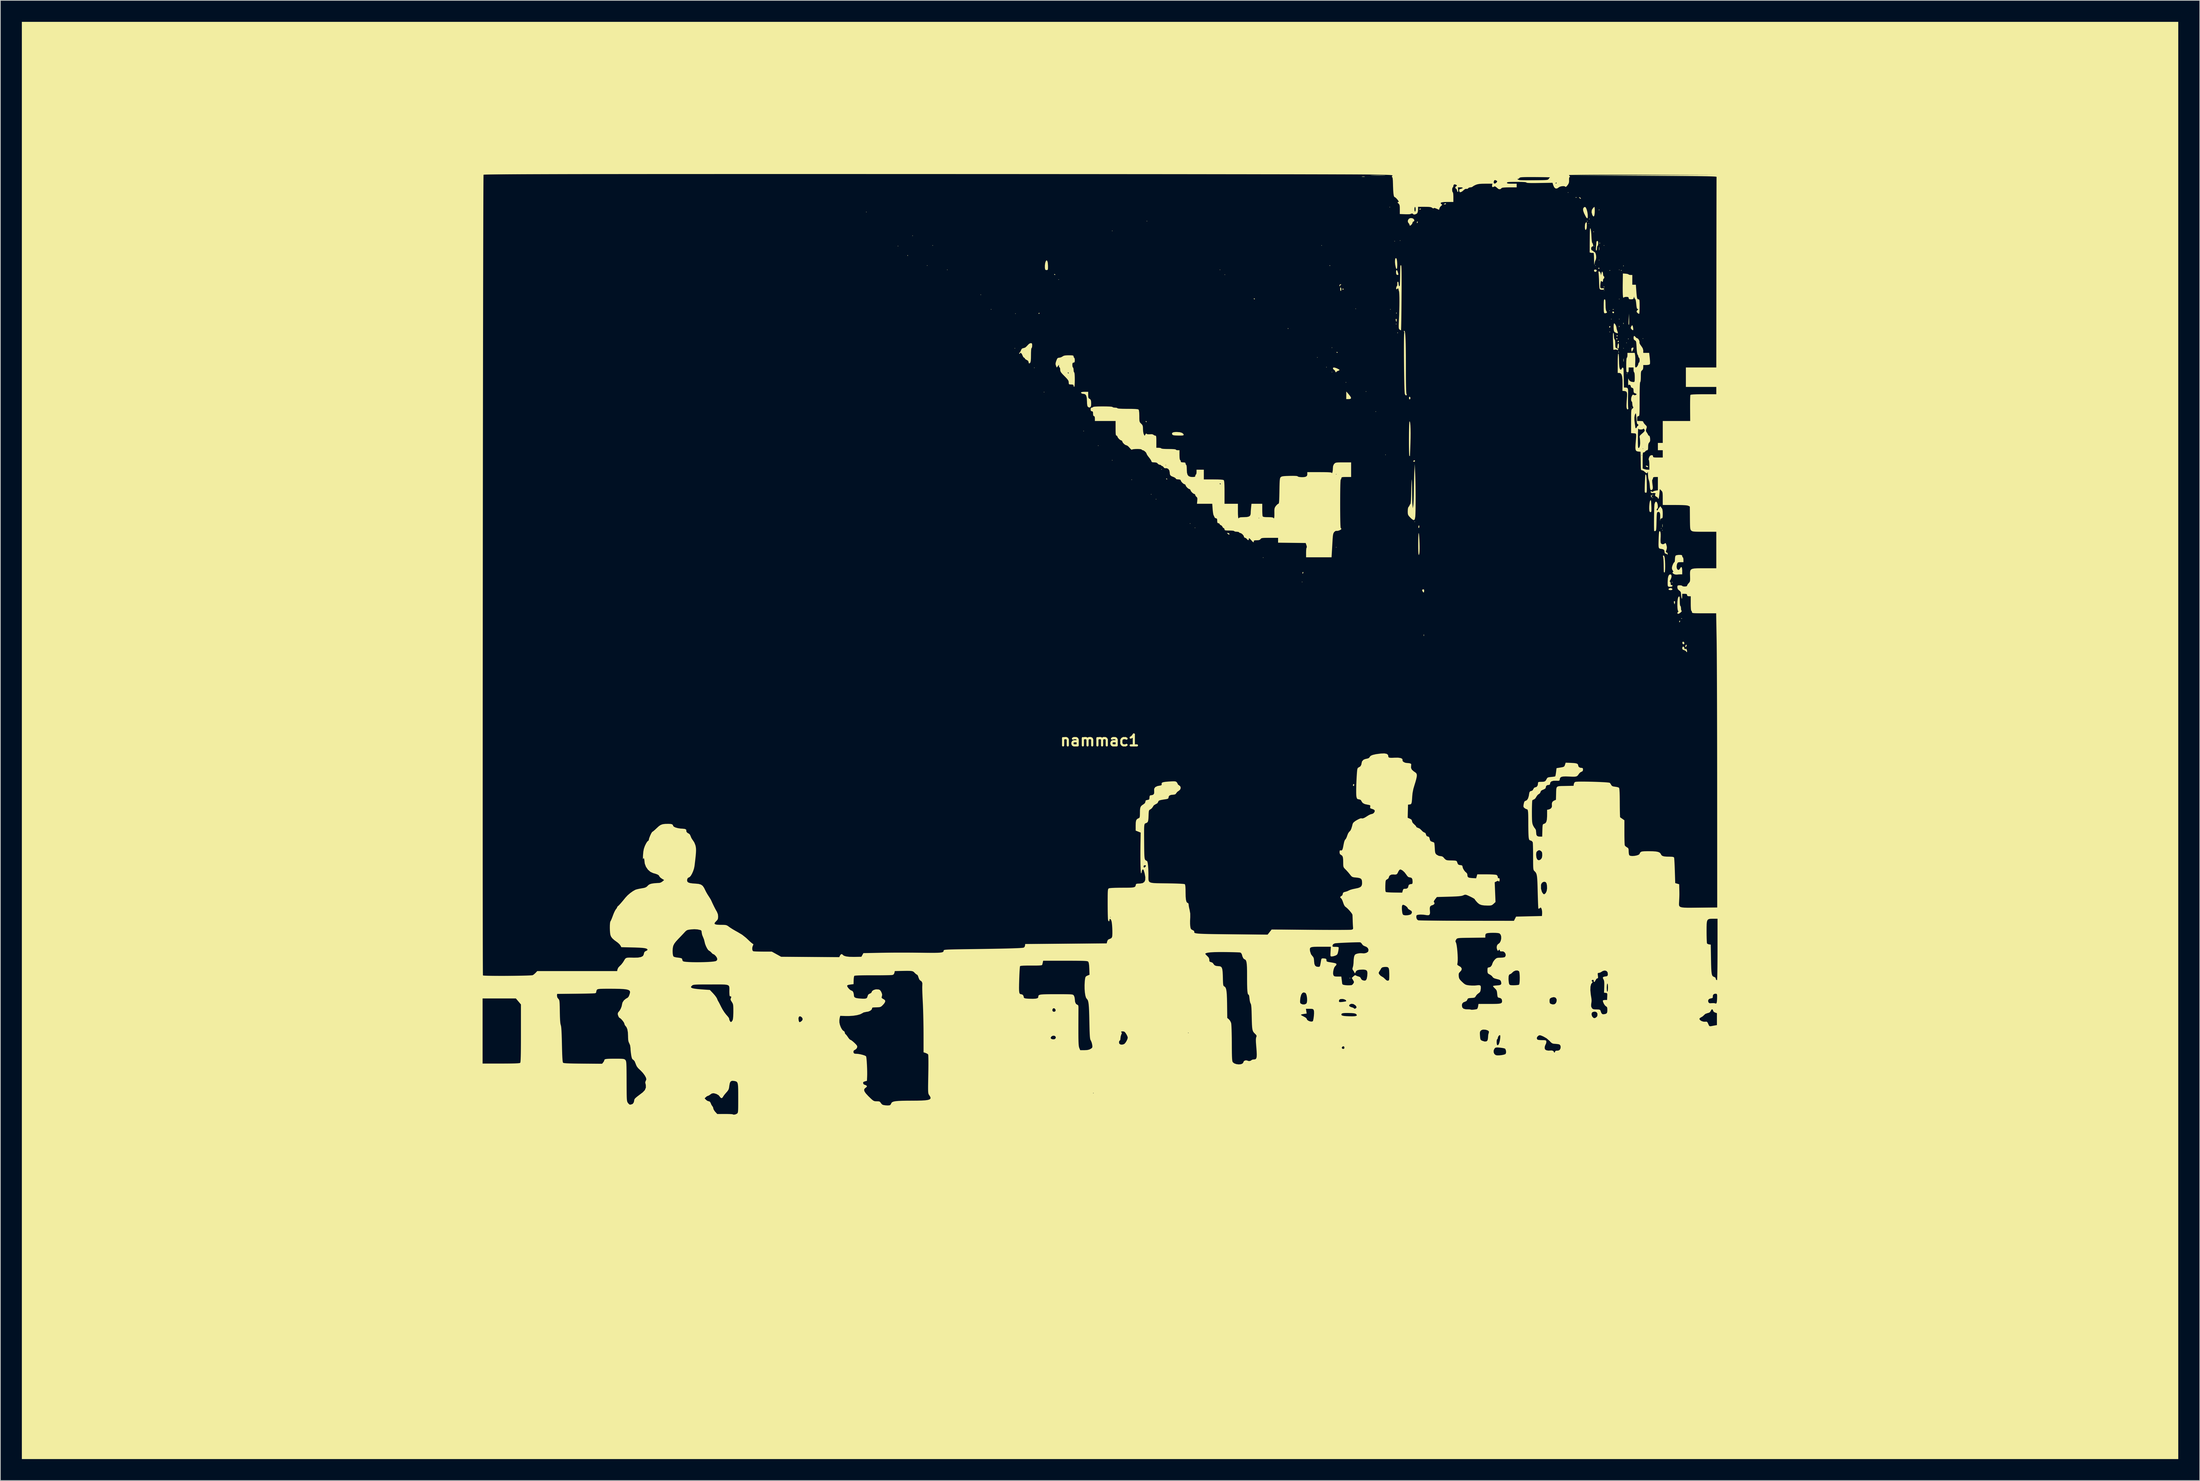
<source format=kicad_pcb>
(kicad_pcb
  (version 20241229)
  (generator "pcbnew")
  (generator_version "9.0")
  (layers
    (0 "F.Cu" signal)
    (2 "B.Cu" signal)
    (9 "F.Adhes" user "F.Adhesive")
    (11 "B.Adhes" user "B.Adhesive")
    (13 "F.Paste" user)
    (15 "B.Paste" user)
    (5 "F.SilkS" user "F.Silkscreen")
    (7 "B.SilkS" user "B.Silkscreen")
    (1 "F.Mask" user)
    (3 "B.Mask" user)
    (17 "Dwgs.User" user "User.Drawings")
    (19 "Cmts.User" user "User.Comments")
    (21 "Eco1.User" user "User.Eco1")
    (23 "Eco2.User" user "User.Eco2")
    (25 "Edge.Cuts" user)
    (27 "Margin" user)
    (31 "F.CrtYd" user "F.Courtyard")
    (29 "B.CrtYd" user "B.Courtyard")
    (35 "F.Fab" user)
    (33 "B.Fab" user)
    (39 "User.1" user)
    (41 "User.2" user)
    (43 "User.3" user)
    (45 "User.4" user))
  (footprint "nammac1"
    (layer "F.Cu")
    (at 150.446 100.326)
    (property "Reference" "nammac1" (at 0 0 0) (layer "F.SilkS") (effects (font (size 1.524 1.524) (thickness 0.3))))
    (attr board_only exclude_from_pos_files exclude_from_bom)
    (fp_poly (pts (xy -32.536 -73.779) (xy -32.578 -73.736) (xy -32.621 -73.779) (xy -32.578 -73.821)) (stroke (width 0) (type solid)) (fill yes) (layer "F.SilkS"))
    (fp_poly (pts (xy -28.118 -69.022) (xy -28.161 -68.979) (xy -28.203 -69.022) (xy -28.161 -69.064)) (stroke (width 0) (type solid)) (fill yes) (layer "F.SilkS"))
    (fp_poly (pts (xy -26.08 -70.466) (xy -26.122 -70.423) (xy -26.165 -70.466) (xy -26.122 -70.508)) (stroke (width 0) (type solid)) (fill yes) (layer "F.SilkS"))
    (fp_poly (pts (xy -24.041 -66.303) (xy -24.083 -66.261) (xy -24.126 -66.303) (xy -24.083 -66.346)) (stroke (width 0) (type solid)) (fill yes) (layer "F.SilkS"))
    (fp_poly (pts (xy -23.276 -69.107) (xy -23.319 -69.064) (xy -23.361 -69.107) (xy -23.319 -69.149)) (stroke (width 0) (type solid)) (fill yes) (layer "F.SilkS"))
    (fp_poly (pts (xy -21.237 -65.709) (xy -21.28 -65.666) (xy -21.322 -65.709) (xy -21.28 -65.751)) (stroke (width 0) (type solid)) (fill yes) (layer "F.SilkS"))
    (fp_poly (pts (xy -16.565 -62.226) (xy -16.608 -62.183) (xy -16.65 -62.226) (xy -16.608 -62.268)) (stroke (width 0) (type solid)) (fill yes) (layer "F.SilkS"))
    (fp_poly (pts (xy -15.121 -60.187) (xy -15.164 -60.144) (xy -15.206 -60.187) (xy -15.164 -60.229)) (stroke (width 0) (type solid)) (fill yes) (layer "F.SilkS"))
    (fp_poly (pts (xy -11.808 -54.75) (xy -11.851 -54.708) (xy -11.893 -54.75) (xy -11.851 -54.793)) (stroke (width 0) (type solid)) (fill yes) (layer "F.SilkS"))
    (fp_poly (pts (xy -11.723 -59.592) (xy -11.766 -59.55) (xy -11.808 -59.592) (xy -11.766 -59.635)) (stroke (width 0) (type solid)) (fill yes) (layer "F.SilkS"))
    (fp_poly (pts (xy -9.09 -52.032) (xy -9.132 -51.989) (xy -9.175 -52.032) (xy -9.132 -52.074)) (stroke (width 0) (type solid)) (fill yes) (layer "F.SilkS"))
    (fp_poly (pts (xy -7.73 -48.634) (xy -7.773 -48.591) (xy -7.815 -48.634) (xy -7.773 -48.676)) (stroke (width 0) (type solid)) (fill yes) (layer "F.SilkS"))
    (fp_poly (pts (xy -5.692 -64.349) (xy -5.734 -64.307) (xy -5.777 -64.349) (xy -5.734 -64.392)) (stroke (width 0) (type solid)) (fill yes) (layer "F.SilkS"))
    (fp_poly (pts (xy -2.209 -43.197) (xy -2.251 -43.155) (xy -2.294 -43.197) (xy -2.251 -43.239)) (stroke (width 0) (type solid)) (fill yes) (layer "F.SilkS"))
    (fp_poly (pts (xy -0.17 -41.158) (xy -0.212 -41.116) (xy -0.255 -41.158) (xy -0.212 -41.201)) (stroke (width 0) (type solid)) (fill yes) (layer "F.SilkS"))
    (fp_poly (pts (xy 1.784 -71.145) (xy 1.741 -71.103) (xy 1.699 -71.145) (xy 1.741 -71.188)) (stroke (width 0) (type solid)) (fill yes) (layer "F.SilkS"))
    (fp_poly (pts (xy 1.784 -39.119) (xy 1.741 -39.077) (xy 1.699 -39.119) (xy 1.741 -39.162)) (stroke (width 0) (type solid)) (fill yes) (layer "F.SilkS"))
    (fp_poly (pts (xy 4.502 -36.401) (xy 4.46 -36.359) (xy 4.417 -36.401) (xy 4.46 -36.443)) (stroke (width 0) (type solid)) (fill yes) (layer "F.SilkS"))
    (fp_poly (pts (xy 6.626 -72.505) (xy 6.584 -72.462) (xy 6.541 -72.505) (xy 6.584 -72.547)) (stroke (width 0) (type solid)) (fill yes) (layer "F.SilkS"))
    (fp_poly (pts (xy 7.221 -34.362) (xy 7.178 -34.32) (xy 7.136 -34.362) (xy 7.178 -34.405)) (stroke (width 0) (type solid)) (fill yes) (layer "F.SilkS"))
    (fp_poly (pts (xy 7.9 -33.683) (xy 7.858 -33.64) (xy 7.815 -33.683) (xy 7.858 -33.725)) (stroke (width 0) (type solid)) (fill yes) (layer "F.SilkS"))
    (fp_poly (pts (xy 8.665 -37.845) (xy 8.622 -37.803) (xy 8.58 -37.845) (xy 8.622 -37.888)) (stroke (width 0) (type solid)) (fill yes) (layer "F.SilkS"))
    (fp_poly (pts (xy 12.658 -30.285) (xy 12.615 -30.242) (xy 12.573 -30.285) (xy 12.615 -30.327)) (stroke (width 0) (type solid)) (fill yes) (layer "F.SilkS"))
    (fp_poly (pts (xy 13.337 -29.69) (xy 13.295 -29.647) (xy 13.252 -29.69) (xy 13.295 -29.732)) (stroke (width 0) (type solid)) (fill yes) (layer "F.SilkS"))
    (fp_poly (pts (xy 16.82 -65.709) (xy 16.778 -65.666) (xy 16.735 -65.709) (xy 16.778 -65.751)) (stroke (width 0) (type solid)) (fill yes) (layer "F.SilkS"))
    (fp_poly (pts (xy 17.5 -65.029) (xy 17.457 -64.987) (xy 17.415 -65.029) (xy 17.457 -65.072)) (stroke (width 0) (type solid)) (fill yes) (layer "F.SilkS"))
    (fp_poly (pts (xy 22.852 -25.527) (xy 22.809 -25.485) (xy 22.767 -25.527) (xy 22.809 -25.57)) (stroke (width 0) (type solid)) (fill yes) (layer "F.SilkS"))
    (fp_poly (pts (xy 28.288 -22.129) (xy 28.246 -22.087) (xy 28.203 -22.129) (xy 28.246 -22.172)) (stroke (width 0) (type solid)) (fill yes) (layer "F.SilkS"))
    (fp_poly (pts (xy 30.412 -53.476) (xy 30.37 -53.433) (xy 30.327 -53.476) (xy 30.37 -53.518)) (stroke (width 0) (type solid)) (fill yes) (layer "F.SilkS"))
    (fp_poly (pts (xy 31.007 -69.107) (xy 30.964 -69.064) (xy 30.922 -69.107) (xy 30.964 -69.149)) (stroke (width 0) (type solid)) (fill yes) (layer "F.SilkS"))
    (fp_poly (pts (xy 31.686 -52.117) (xy 31.644 -52.074) (xy 31.601 -52.117) (xy 31.644 -52.159)) (stroke (width 0) (type solid)) (fill yes) (layer "F.SilkS"))
    (fp_poly (pts (xy 32.451 -54.835) (xy 32.408 -54.793) (xy 32.366 -54.835) (xy 32.408 -54.878)) (stroke (width 0) (type solid)) (fill yes) (layer "F.SilkS"))
    (fp_poly (pts (xy 32.451 -51.437) (xy 32.408 -51.395) (xy 32.366 -51.437) (xy 32.408 -51.48)) (stroke (width 0) (type solid)) (fill yes) (layer "F.SilkS"))
    (fp_poly (pts (xy 33.045 -26.972) (xy 33.003 -26.929) (xy 32.961 -26.972) (xy 33.003 -27.014)) (stroke (width 0) (type solid)) (fill yes) (layer "F.SilkS"))
    (fp_poly (pts (xy 34.405 -49.993) (xy 34.362 -49.951) (xy 34.32 -49.993) (xy 34.362 -50.035)) (stroke (width 0) (type solid)) (fill yes) (layer "F.SilkS"))
    (fp_poly (pts (xy 35.764 -60.272) (xy 35.721 -60.229) (xy 35.679 -60.272) (xy 35.721 -60.314)) (stroke (width 0) (type solid)) (fill yes) (layer "F.SilkS"))
    (fp_poly (pts (xy 37.208 -48.719) (xy 37.166 -48.676) (xy 37.123 -48.719) (xy 37.166 -48.761)) (stroke (width 0) (type solid)) (fill yes) (layer "F.SilkS"))
    (fp_poly (pts (xy 38.567 -45.915) (xy 38.525 -45.873) (xy 38.482 -45.915) (xy 38.525 -45.958)) (stroke (width 0) (type solid)) (fill yes) (layer "F.SilkS"))
    (fp_poly (pts (xy 39.926 -39.884) (xy 39.884 -39.841) (xy 39.841 -39.884) (xy 39.884 -39.926)) (stroke (width 0) (type solid)) (fill yes) (layer "F.SilkS"))
    (fp_poly (pts (xy 40.521 -74.459) (xy 40.479 -74.416) (xy 40.436 -74.459) (xy 40.479 -74.501)) (stroke (width 0) (type solid)) (fill yes) (layer "F.SilkS"))
    (fp_poly (pts (xy 40.606 -60.187) (xy 40.564 -60.144) (xy 40.521 -60.187) (xy 40.564 -60.229)) (stroke (width 0) (type solid)) (fill yes) (layer "F.SilkS"))
    (fp_poly (pts (xy 41.201 -69.701) (xy 41.158 -69.659) (xy 41.116 -69.701) (xy 41.158 -69.744)) (stroke (width 0) (type solid)) (fill yes) (layer "F.SilkS"))
    (fp_poly (pts (xy 41.965 -69.786) (xy 41.923 -69.744) (xy 41.88 -69.786) (xy 41.923 -69.829)) (stroke (width 0) (type solid)) (fill yes) (layer "F.SilkS"))
    (fp_poly (pts (xy 44.004 -30.539) (xy 43.962 -30.497) (xy 43.919 -30.539) (xy 43.962 -30.582)) (stroke (width 0) (type solid)) (fill yes) (layer "F.SilkS"))
    (fp_poly (pts (xy 65.411 -76.497) (xy 65.369 -76.455) (xy 65.326 -76.497) (xy 65.369 -76.54)) (stroke (width 0) (type solid)) (fill yes) (layer "F.SilkS"))
    (fp_poly (pts (xy 68.3 -72.165) (xy 68.257 -72.122) (xy 68.215 -72.165) (xy 68.257 -72.207)) (stroke (width 0) (type solid)) (fill yes) (layer "F.SilkS"))
    (fp_poly (pts (xy 69.064 -69.022) (xy 69.022 -68.979) (xy 68.979 -69.022) (xy 69.022 -69.064)) (stroke (width 0) (type solid)) (fill yes) (layer "F.SilkS"))
    (fp_poly (pts (xy 69.234 -66.303) (xy 69.192 -66.261) (xy 69.149 -66.303) (xy 69.192 -66.346)) (stroke (width 0) (type solid)) (fill yes) (layer "F.SilkS"))
    (fp_poly (pts (xy 69.744 -67.068) (xy 69.701 -67.025) (xy 69.659 -67.068) (xy 69.701 -67.11)) (stroke (width 0) (type solid)) (fill yes) (layer "F.SilkS"))
    (fp_poly (pts (xy 70.423 -69.107) (xy 70.381 -69.064) (xy 70.338 -69.107) (xy 70.381 -69.149)) (stroke (width 0) (type solid)) (fill yes) (layer "F.SilkS"))
    (fp_poly (pts (xy 70.423 -62.82) (xy 70.381 -62.778) (xy 70.338 -62.82) (xy 70.381 -62.863)) (stroke (width 0) (type solid)) (fill yes) (layer "F.SilkS"))
    (fp_poly (pts (xy 71.188 -60.017) (xy 71.145 -59.975) (xy 71.103 -60.017) (xy 71.145 -60.06)) (stroke (width 0) (type solid)) (fill yes) (layer "F.SilkS"))
    (fp_poly (pts (xy 71.443 -58.828) (xy 71.4 -58.785) (xy 71.358 -58.828) (xy 71.4 -58.87)) (stroke (width 0) (type solid)) (fill yes) (layer "F.SilkS"))
    (fp_poly (pts (xy 72.547 -65.709) (xy 72.505 -65.666) (xy 72.462 -65.709) (xy 72.505 -65.751)) (stroke (width 0) (type solid)) (fill yes) (layer "F.SilkS"))
    (fp_poly (pts (xy 72.547 -61.631) (xy 72.505 -61.589) (xy 72.462 -61.631) (xy 72.505 -61.674)) (stroke (width 0) (type solid)) (fill yes) (layer "F.SilkS"))
    (fp_poly (pts (xy 72.547 -58.828) (xy 72.505 -58.785) (xy 72.462 -58.828) (xy 72.505 -58.87)) (stroke (width 0) (type solid)) (fill yes) (layer "F.SilkS"))
    (fp_poly (pts (xy 73.142 -54.75) (xy 73.099 -54.708) (xy 73.057 -54.75) (xy 73.099 -54.793)) (stroke (width 0) (type solid)) (fill yes) (layer "F.SilkS"))
    (fp_poly (pts (xy 73.567 -55.515) (xy 73.524 -55.472) (xy 73.482 -55.515) (xy 73.524 -55.557)) (stroke (width 0) (type solid)) (fill yes) (layer "F.SilkS"))
    (fp_poly (pts (xy 74.246 -46.425) (xy 74.204 -46.383) (xy 74.161 -46.425) (xy 74.204 -46.468)) (stroke (width 0) (type solid)) (fill yes) (layer "F.SilkS"))
    (fp_poly (pts (xy 75.86 -56.109) (xy 75.818 -56.067) (xy 75.775 -56.109) (xy 75.818 -56.152)) (stroke (width 0) (type solid)) (fill yes) (layer "F.SilkS"))
    (fp_poly (pts (xy 78.409 -29.605) (xy 78.366 -29.563) (xy 78.324 -29.605) (xy 78.366 -29.647)) (stroke (width 0) (type solid)) (fill yes) (layer "F.SilkS"))
    (fp_poly (pts (xy 78.579 -29.35) (xy 78.536 -29.308) (xy 78.494 -29.35) (xy 78.536 -29.393)) (stroke (width 0) (type solid)) (fill yes) (layer "F.SilkS"))
    (fp_poly (pts (xy -26.788 -67.762) (xy -26.777 -67.661) (xy -26.788 -67.648) (xy -26.838 -67.66) (xy -26.844 -67.705) (xy -26.813 -67.775)) (stroke (width 0) (type solid)) (fill yes) (layer "F.SilkS"))
    (fp_poly (pts (xy 26.306 -57.568) (xy 26.316 -57.467) (xy 26.306 -57.454) (xy 26.256 -57.466) (xy 26.249 -57.511) (xy 26.281 -57.581)) (stroke (width 0) (type solid)) (fill yes) (layer "F.SilkS"))
    (fp_poly (pts (xy 32.168 -66.318) (xy 32.156 -66.267) (xy 32.111 -66.261) (xy 32.041 -66.292) (xy 32.054 -66.318) (xy 32.155 -66.328)) (stroke (width 0) (type solid)) (fill yes) (layer "F.SilkS"))
    (fp_poly (pts (xy 34.971 33.159) (xy 34.959 33.209) (xy 34.914 33.215) (xy 34.844 33.184) (xy 34.858 33.159) (xy 34.959 33.149)) (stroke (width 0) (type solid)) (fill yes) (layer "F.SilkS"))
    (fp_poly (pts (xy 41.427 -58.162) (xy 41.416 -58.112) (xy 41.371 -58.106) (xy 41.301 -58.137) (xy 41.314 -58.162) (xy 41.415 -58.172)) (stroke (width 0) (type solid)) (fill yes) (layer "F.SilkS"))
    (fp_poly (pts (xy 41.429 -59.736) (xy 41.439 -59.603) (xy 41.422 -59.573) (xy 41.383 -59.598) (xy 41.377 -59.684) (xy 41.398 -59.775)) (stroke (width 0) (type solid)) (fill yes) (layer "F.SilkS"))
    (fp_poly (pts (xy 41.597 -56.973) (xy 41.607 -56.872) (xy 41.597 -56.86) (xy 41.547 -56.871) (xy 41.54 -56.916) (xy 41.572 -56.986)) (stroke (width 0) (type solid)) (fill yes) (layer "F.SilkS"))
    (fp_poly (pts (xy 45.25 -14.803) (xy 45.261 -14.629) (xy 45.25 -14.59) (xy 45.219 -14.579) (xy 45.207 -14.696) (xy 45.22 -14.817)) (stroke (width 0) (type solid)) (fill yes) (layer "F.SilkS"))
    (fp_poly (pts (xy 66.578 -75.827) (xy 66.552 -75.788) (xy 66.466 -75.782) (xy 66.376 -75.803) (xy 66.415 -75.833) (xy 66.548 -75.843)) (stroke (width 0) (type solid)) (fill yes) (layer "F.SilkS"))
    (fp_poly (pts (xy 68.101 -72.519) (xy 68.09 -72.468) (xy 68.045 -72.462) (xy 67.975 -72.493) (xy 67.988 -72.519) (xy 68.089 -72.529)) (stroke (width 0) (type solid)) (fill yes) (layer "F.SilkS"))
    (fp_poly (pts (xy 68.356 -72.859) (xy 68.366 -72.758) (xy 68.356 -72.745) (xy 68.306 -72.757) (xy 68.3 -72.802) (xy 68.331 -72.872)) (stroke (width 0) (type solid)) (fill yes) (layer "F.SilkS"))
    (fp_poly (pts (xy 68.951 -71.075) (xy 68.961 -70.974) (xy 68.951 -70.961) (xy 68.9 -70.973) (xy 68.894 -71.018) (xy 68.925 -71.088)) (stroke (width 0) (type solid)) (fill yes) (layer "F.SilkS"))
    (fp_poly (pts (xy 69.715 -74.133) (xy 69.726 -74.032) (xy 69.715 -74.02) (xy 69.665 -74.031) (xy 69.659 -74.076) (xy 69.69 -74.146)) (stroke (width 0) (type solid)) (fill yes) (layer "F.SilkS"))
    (fp_poly (pts (xy 69.802 -69.505) (xy 69.812 -69.372) (xy 69.795 -69.342) (xy 69.757 -69.367) (xy 69.751 -69.454) (xy 69.771 -69.544)) (stroke (width 0) (type solid)) (fill yes) (layer "F.SilkS"))
    (fp_poly (pts (xy 70.396 -63.389) (xy 70.407 -63.256) (xy 70.39 -63.226) (xy 70.351 -63.251) (xy 70.345 -63.337) (xy 70.366 -63.428)) (stroke (width 0) (type solid)) (fill yes) (layer "F.SilkS"))
    (fp_poly (pts (xy 71.245 -65.638) (xy 71.233 -65.587) (xy 71.188 -65.581) (xy 71.118 -65.612) (xy 71.131 -65.638) (xy 71.232 -65.648)) (stroke (width 0) (type solid)) (fill yes) (layer "F.SilkS"))
    (fp_poly (pts (xy 71.245 -57.058) (xy 71.233 -57.007) (xy 71.188 -57.001) (xy 71.118 -57.032) (xy 71.131 -57.058) (xy 71.232 -57.068)) (stroke (width 0) (type solid)) (fill yes) (layer "F.SilkS"))
    (fp_poly (pts (xy 71.76 -60.196) (xy 71.734 -60.157) (xy 71.648 -60.151) (xy 71.557 -60.172) (xy 71.597 -60.203) (xy 71.73 -60.213)) (stroke (width 0) (type solid)) (fill yes) (layer "F.SilkS"))
    (fp_poly (pts (xy 72.435 -54.299) (xy 72.445 -54.166) (xy 72.429 -54.136) (xy 72.39 -54.161) (xy 72.384 -54.248) (xy 72.405 -54.338)) (stroke (width 0) (type solid)) (fill yes) (layer "F.SilkS"))
    (fp_poly (pts (xy 72.52 -57.867) (xy 72.53 -57.734) (xy 72.514 -57.704) (xy 72.475 -57.729) (xy 72.469 -57.815) (xy 72.49 -57.906)) (stroke (width 0) (type solid)) (fill yes) (layer "F.SilkS"))
    (fp_poly (pts (xy 72.859 -65.638) (xy 72.847 -65.587) (xy 72.802 -65.581) (xy 72.732 -65.612) (xy 72.745 -65.638) (xy 72.846 -65.648)) (stroke (width 0) (type solid)) (fill yes) (layer "F.SilkS"))
    (fp_poly (pts (xy 73.113 -66.318) (xy 73.124 -66.217) (xy 73.113 -66.204) (xy 73.063 -66.216) (xy 73.057 -66.261) (xy 73.088 -66.331)) (stroke (width 0) (type solid)) (fill yes) (layer "F.SilkS"))
    (fp_poly (pts (xy 73.115 -58.292) (xy 73.125 -58.159) (xy 73.108 -58.129) (xy 73.07 -58.154) (xy 73.064 -58.24) (xy 73.084 -58.331)) (stroke (width 0) (type solid)) (fill yes) (layer "F.SilkS"))
    (fp_poly (pts (xy 73.623 -51.281) (xy 73.633 -51.181) (xy 73.623 -51.168) (xy 73.573 -51.18) (xy 73.567 -51.225) (xy 73.598 -51.295)) (stroke (width 0) (type solid)) (fill yes) (layer "F.SilkS"))
    (fp_poly (pts (xy 73.793 -56.124) (xy 73.803 -56.023) (xy 73.793 -56.01) (xy 73.743 -56.022) (xy 73.736 -56.067) (xy 73.768 -56.137)) (stroke (width 0) (type solid)) (fill yes) (layer "F.SilkS"))
    (fp_poly (pts (xy 77.191 -33.952) (xy 77.201 -33.851) (xy 77.191 -33.838) (xy 77.141 -33.85) (xy 77.134 -33.895) (xy 77.166 -33.965)) (stroke (width 0) (type solid)) (fill yes) (layer "F.SilkS"))
    (fp_poly (pts (xy 77.192 -34.336) (xy 77.203 -34.203) (xy 77.186 -34.173) (xy 77.147 -34.198) (xy 77.141 -34.284) (xy 77.162 -34.375)) (stroke (width 0) (type solid)) (fill yes) (layer "F.SilkS"))
    (fp_poly (pts (xy 79.909 -22.144) (xy 79.92 -22.043) (xy 79.909 -22.03) (xy 79.859 -22.042) (xy 79.853 -22.087) (xy 79.884 -22.157)) (stroke (width 0) (type solid)) (fill yes) (layer "F.SilkS"))
    (fp_poly (pts (xy 81.269 -17.047) (xy 81.257 -16.996) (xy 81.212 -16.99) (xy 81.142 -17.021) (xy 81.155 -17.047) (xy 81.256 -17.057)) (stroke (width 0) (type solid)) (fill yes) (layer "F.SilkS"))
    (fp_poly (pts (xy 33.986 -63.072) (xy 34.061 -62.99) (xy 33.975 -62.949) (xy 33.932 -62.948) (xy 33.845 -62.99) (xy 33.853 -63.034) (xy 33.955 -63.083)) (stroke (width 0) (type solid)) (fill yes) (layer "F.SilkS"))
    (fp_poly (pts (xy 41.444 -58.754) (xy 41.438 -58.601) (xy 41.407 -58.403) (xy 41.338 -58.601) (xy 41.304 -58.77) (xy 41.32 -58.848) (xy 41.402 -58.865)) (stroke (width 0) (type solid)) (fill yes) (layer "F.SilkS"))
    (fp_poly (pts (xy 80.257 -19.441) (xy 80.294 -19.347) (xy 80.277 -19.199) (xy 80.223 -18.986) (xy 80.157 -19.184) (xy 80.126 -19.378) (xy 80.19 -19.454)) (stroke (width 0) (type solid)) (fill yes) (layer "F.SilkS"))
    (fp_poly (pts (xy -8.411 -59.654) (xy -8.41 -59.635) (xy -8.475 -59.553) (xy -8.5 -59.55) (xy -8.551 -59.602) (xy -8.537 -59.635) (xy -8.461 -59.716) (xy -8.447 -59.72)) (stroke (width 0) (type solid)) (fill yes) (layer "F.SilkS"))
    (fp_poly (pts (xy -6.286 -65.114) (xy -6.205 -65.038) (xy -6.201 -65.024) (xy -6.267 -64.988) (xy -6.286 -64.987) (xy -6.368 -65.052) (xy -6.371 -65.077) (xy -6.319 -65.127)) (stroke (width 0) (type solid)) (fill yes) (layer "F.SilkS"))
    (fp_poly (pts (xy 6.538 -44.537) (xy 6.541 -44.514) (xy 6.512 -44.431) (xy 6.504 -44.429) (xy 6.431 -44.488) (xy 6.414 -44.514) (xy 6.42 -44.592) (xy 6.451 -44.599)) (stroke (width 0) (type solid)) (fill yes) (layer "F.SilkS"))
    (fp_poly (pts (xy 9.344 -36.571) (xy 9.426 -36.495) (xy 9.429 -36.481) (xy 9.364 -36.444) (xy 9.344 -36.443) (xy 9.263 -36.509) (xy 9.26 -36.533) (xy 9.312 -36.584)) (stroke (width 0) (type solid)) (fill yes) (layer "F.SilkS"))
    (fp_poly (pts (xy 18.059 -28.919) (xy 18.094 -28.84) (xy 18.083 -28.735) (xy 18.021 -28.736) (xy 17.877 -28.838) (xy 17.765 -28.931) (xy 17.798 -28.961) (xy 17.903 -28.965)) (stroke (width 0) (type solid)) (fill yes) (layer "F.SilkS"))
    (fp_poly (pts (xy 21.577 -61.716) (xy 21.658 -61.64) (xy 21.662 -61.626) (xy 21.596 -61.59) (xy 21.577 -61.589) (xy 21.496 -61.654) (xy 21.492 -61.679) (xy 21.544 -61.729)) (stroke (width 0) (type solid)) (fill yes) (layer "F.SilkS"))
    (fp_poly (pts (xy 28.417 -23.469) (xy 28.404 -23.404) (xy 28.344 -23.292) (xy 28.322 -23.276) (xy 28.292 -23.346) (xy 28.288 -23.404) (xy 28.333 -23.517) (xy 28.371 -23.531)) (stroke (width 0) (type solid)) (fill yes) (layer "F.SilkS"))
    (fp_poly (pts (xy 33.13 -54.24) (xy 33.211 -54.164) (xy 33.215 -54.151) (xy 33.15 -54.114) (xy 33.13 -54.113) (xy 33.049 -54.178) (xy 33.045 -54.203) (xy 33.098 -54.254)) (stroke (width 0) (type solid)) (fill yes) (layer "F.SilkS"))
    (fp_poly (pts (xy 35.491 6.1) (xy 35.509 6.196) (xy 35.474 6.337) (xy 35.424 6.371) (xy 35.348 6.303) (xy 35.339 6.249) (xy 35.391 6.104) (xy 35.424 6.074)) (stroke (width 0) (type solid)) (fill yes) (layer "F.SilkS"))
    (fp_poly (pts (xy 36.974 -78.723) (xy 37.015 -78.702) (xy 36.908 -78.689) (xy 36.783 -78.687) (xy 36.6 -78.693) (xy 36.549 -78.71) (xy 36.592 -78.723) (xy 36.84 -78.738)) (stroke (width 0) (type solid)) (fill yes) (layer "F.SilkS"))
    (fp_poly (pts (xy 43.986 -39.095) (xy 44.004 -39.032) (xy 43.936 -38.921) (xy 43.877 -38.907) (xy 43.763 -38.948) (xy 43.749 -38.983) (xy 43.817 -39.076) (xy 43.877 -39.108)) (stroke (width 0) (type solid)) (fill yes) (layer "F.SilkS"))
    (fp_poly (pts (xy 44.388 -72.4) (xy 44.375 -72.335) (xy 44.314 -72.223) (xy 44.292 -72.207) (xy 44.263 -72.277) (xy 44.259 -72.335) (xy 44.303 -72.448) (xy 44.341 -72.462)) (stroke (width 0) (type solid)) (fill yes) (layer "F.SilkS"))
    (fp_poly (pts (xy 44.595 -29.947) (xy 44.599 -29.874) (xy 44.576 -29.708) (xy 44.528 -29.647) (xy 44.476 -29.718) (xy 44.47 -29.816) (xy 44.505 -29.99) (xy 44.558 -30.039)) (stroke (width 0) (type solid)) (fill yes) (layer "F.SilkS"))
    (fp_poly (pts (xy 44.839 -74.228) (xy 44.854 -74.213) (xy 44.787 -74.158) (xy 44.726 -74.13) (xy 44.617 -74.129) (xy 44.599 -74.164) (xy 44.668 -74.237) (xy 44.726 -74.246)) (stroke (width 0) (type solid)) (fill yes) (layer "F.SilkS"))
    (fp_poly (pts (xy 48.334 -74.954) (xy 48.336 -74.926) (xy 48.265 -74.86) (xy 48.145 -74.842) (xy 48.021 -74.856) (xy 48.052 -74.905) (xy 48.082 -74.926) (xy 48.257 -75.005)) (stroke (width 0) (type solid)) (fill yes) (layer "F.SilkS"))
    (fp_poly (pts (xy 67.04 -75.802) (xy 67.11 -75.733) (xy 67.165 -75.631) (xy 67.117 -75.616) (xy 67.008 -75.686) (xy 66.958 -75.736) (xy 66.902 -75.836) (xy 66.927 -75.86)) (stroke (width 0) (type solid)) (fill yes) (layer "F.SilkS"))
    (fp_poly (pts (xy 69.72 -68.872) (xy 69.734 -68.621) (xy 69.719 -68.447) (xy 69.699 -68.413) (xy 69.686 -68.524) (xy 69.683 -68.682) (xy 69.69 -68.875) (xy 69.705 -68.931)) (stroke (width 0) (type solid)) (fill yes) (layer "F.SilkS"))
    (fp_poly (pts (xy 69.741 -65.941) (xy 69.744 -65.921) (xy 69.679 -65.839) (xy 69.659 -65.836) (xy 69.576 -65.901) (xy 69.574 -65.921) (xy 69.639 -66.004) (xy 69.659 -66.006)) (stroke (width 0) (type solid)) (fill yes) (layer "F.SilkS"))
    (fp_poly (pts (xy 71.27 -57.79) (xy 71.273 -57.771) (xy 71.211 -57.656) (xy 71.188 -57.638) (xy 71.115 -57.658) (xy 71.103 -57.718) (xy 71.147 -57.835) (xy 71.188 -57.851)) (stroke (width 0) (type solid)) (fill yes) (layer "F.SilkS"))
    (fp_poly (pts (xy 71.768 -59.822) (xy 71.783 -59.762) (xy 71.731 -59.645) (xy 71.613 -59.666) (xy 71.584 -59.691) (xy 71.53 -59.816) (xy 71.619 -59.887) (xy 71.655 -59.89)) (stroke (width 0) (type solid)) (fill yes) (layer "F.SilkS"))
    (fp_poly (pts (xy 72.257 -56.112) (xy 72.25 -56.067) (xy 72.177 -55.986) (xy 72.165 -55.982) (xy 72.097 -56.041) (xy 72.08 -56.067) (xy 72.1 -56.139) (xy 72.165 -56.152)) (stroke (width 0) (type solid)) (fill yes) (layer "F.SilkS"))
    (fp_poly (pts (xy 72.29 -56.512) (xy 72.292 -56.492) (xy 72.228 -56.409) (xy 72.207 -56.407) (xy 72.125 -56.471) (xy 72.122 -56.492) (xy 72.187 -56.574) (xy 72.207 -56.577)) (stroke (width 0) (type solid)) (fill yes) (layer "F.SilkS"))
    (fp_poly (pts (xy 72.46 -55.751) (xy 72.462 -55.732) (xy 72.4 -55.617) (xy 72.377 -55.6) (xy 72.305 -55.619) (xy 72.292 -55.68) (xy 72.337 -55.796) (xy 72.377 -55.812)) (stroke (width 0) (type solid)) (fill yes) (layer "F.SilkS"))
    (fp_poly (pts (xy 73.117 -53.285) (xy 73.131 -53.037) (xy 73.117 -52.903) (xy 73.096 -52.862) (xy 73.082 -52.969) (xy 73.08 -53.094) (xy 73.087 -53.277) (xy 73.104 -53.328)) (stroke (width 0) (type solid)) (fill yes) (layer "F.SilkS"))
    (fp_poly (pts (xy 74.496 -54.81) (xy 74.464 -54.636) (xy 74.377 -54.453) (xy 74.26 -54.241) (xy 74.199 -54.483) (xy 74.185 -54.701) (xy 74.256 -54.8) (xy 74.425 -54.869)) (stroke (width 0) (type solid)) (fill yes) (layer "F.SilkS"))
    (fp_poly (pts (xy 77.029 -34.247) (xy 77.049 -34.112) (xy 77.035 -33.932) (xy 76.996 -33.915) (xy 76.94 -34.064) (xy 76.94 -34.065) (xy 76.936 -34.223) (xy 76.973 -34.282)) (stroke (width 0) (type solid)) (fill yes) (layer "F.SilkS"))
    (fp_poly (pts (xy 78.554 -30.178) (xy 78.568 -29.931) (xy 78.554 -29.796) (xy 78.533 -29.756) (xy 78.519 -29.863) (xy 78.517 -29.987) (xy 78.523 -30.171) (xy 78.54 -30.221)) (stroke (width 0) (type solid)) (fill yes) (layer "F.SilkS"))
    (fp_poly (pts (xy 81.001 -16.673) (xy 80.988 -16.608) (xy 80.928 -16.496) (xy 80.906 -16.48) (xy 80.876 -16.55) (xy 80.872 -16.608) (xy 80.917 -16.721) (xy 80.955 -16.735)) (stroke (width 0) (type solid)) (fill yes) (layer "F.SilkS"))
    (fp_poly (pts (xy 81.922 -13.354) (xy 81.914 -13.244) (xy 81.844 -13.082) (xy 81.768 -13.033) (xy 81.724 -13.114) (xy 81.722 -13.153) (xy 81.775 -13.312) (xy 81.84 -13.364)) (stroke (width 0) (type solid)) (fill yes) (layer "F.SilkS"))
    (fp_poly (pts (xy 33.647 -63.23) (xy 33.706 -63.083) (xy 33.71 -62.908) (xy 33.671 -62.762) (xy 33.619 -62.741) (xy 33.573 -62.866) (xy 33.555 -63.064) (xy 33.572 -63.232) (xy 33.629 -63.246)) (stroke (width 0) (type solid)) (fill yes) (layer "F.SilkS"))
    (fp_poly (pts (xy 34.744 -48.336) (xy 34.978 -48.042) (xy 35.075 -47.84) (xy 35.038 -47.717) (xy 34.865 -47.662) (xy 34.744 -47.657) (xy 34.405 -47.657) (xy 34.407 -48.188) (xy 34.41 -48.719)) (stroke (width 0) (type solid)) (fill yes) (layer "F.SilkS"))
    (fp_poly (pts (xy 69.322 -65.71) (xy 69.363 -65.585) (xy 69.347 -65.53) (xy 69.232 -65.422) (xy 69.077 -65.437) (xy 69.036 -65.468) (xy 68.978 -65.61) (xy 69.044 -65.726) (xy 69.135 -65.751)) (stroke (width 0) (type solid)) (fill yes) (layer "F.SilkS"))
    (fp_poly (pts (xy 76.466 -38.312) (xy 76.54 -38.222) (xy 76.54 -38.218) (xy 76.484 -38.148) (xy 76.328 -38.2) (xy 76.287 -38.224) (xy 76.205 -38.314) (xy 76.212 -38.352) (xy 76.324 -38.369)) (stroke (width 0) (type solid)) (fill yes) (layer "F.SilkS"))
    (fp_poly (pts (xy 81.523 -13.751) (xy 81.546 -13.727) (xy 81.605 -13.572) (xy 81.548 -13.45) (xy 81.459 -13.422) (xy 81.361 -13.49) (xy 81.326 -13.555) (xy 81.317 -13.714) (xy 81.4 -13.793)) (stroke (width 0) (type solid)) (fill yes) (layer "F.SilkS"))
    (fp_poly (pts (xy 43.325 -47.93) (xy 43.35 -47.883) (xy 43.358 -47.745) (xy 43.304 -47.634) (xy 43.226 -47.617) (xy 43.212 -47.627) (xy 43.161 -47.749) (xy 43.163 -47.9) (xy 43.213 -47.993) (xy 43.23 -47.997)) (stroke (width 0) (type solid)) (fill yes) (layer "F.SilkS"))
    (fp_poly (pts (xy 45.275 -20.983) (xy 45.278 -20.89) (xy 45.25 -20.693) (xy 45.176 -20.658) (xy 45.072 -20.787) (xy 45.043 -20.847) (xy 44.993 -21.002) (xy 45.054 -21.074) (xy 45.114 -21.094) (xy 45.232 -21.094)) (stroke (width 0) (type solid)) (fill yes) (layer "F.SilkS"))
    (fp_poly (pts (xy 79.751 -21.266) (xy 79.912 -21.179) (xy 79.927 -21.074) (xy 79.806 -20.996) (xy 79.688 -20.983) (xy 79.494 -21.006) (xy 79.392 -21.058) (xy 79.398 -21.168) (xy 79.517 -21.252) (xy 79.692 -21.277)) (stroke (width 0) (type solid)) (fill yes) (layer "F.SilkS"))
    (fp_poly (pts (xy 33.691 -63.686) (xy 33.709 -63.672) (xy 33.69 -63.63) (xy 33.661 -63.627) (xy 33.567 -63.557) (xy 33.538 -63.479) (xy 33.507 -63.377) (xy 33.465 -63.439) (xy 33.452 -63.472) (xy 33.468 -63.6) (xy 33.571 -63.689)) (stroke (width 0) (type solid)) (fill yes) (layer "F.SilkS"))
    (fp_poly (pts (xy 73.891 -58.807) (xy 73.894 -58.39) (xy 73.884 -58.132) (xy 73.859 -58.024) (xy 73.818 -58.056) (xy 73.805 -58.084) (xy 73.799 -58.193) (xy 73.804 -58.428) (xy 73.819 -58.745) (xy 73.827 -58.87) (xy 73.875 -59.592)) (stroke (width 0) (type solid)) (fill yes) (layer "F.SilkS"))
    (fp_poly (pts (xy 74.401 -57.816) (xy 74.451 -57.575) (xy 74.47 -57.343) (xy 74.415 -57.265) (xy 74.287 -57.34) (xy 74.21 -57.419) (xy 74.116 -57.554) (xy 74.125 -57.687) (xy 74.185 -57.813) (xy 74.276 -57.954) (xy 74.343 -57.959)) (stroke (width 0) (type solid)) (fill yes) (layer "F.SilkS"))
    (fp_poly (pts (xy 41.497 -65.641) (xy 41.572 -65.466) (xy 41.573 -65.462) (xy 41.635 -65.244) (xy 41.677 -65.122) (xy 41.671 -65.013) (xy 41.558 -64.987) (xy 41.442 -65.021) (xy 41.38 -65.154) (xy 41.356 -65.326) (xy 41.362 -65.555) (xy 41.418 -65.665)) (stroke (width 0) (type solid)) (fill yes) (layer "F.SilkS"))
    (fp_poly (pts (xy 72.432 -55.396) (xy 72.459 -55.204) (xy 72.462 -55.09) (xy 72.44 -54.844) (xy 72.383 -54.713) (xy 72.304 -54.72) (xy 72.267 -54.771) (xy 72.248 -54.901) (xy 72.264 -55.102) (xy 72.304 -55.306) (xy 72.356 -55.447) (xy 72.387 -55.472)) (stroke (width 0) (type solid)) (fill yes) (layer "F.SilkS"))
    (fp_poly (pts (xy 69.077 -74.315) (xy 69.091 -74.121) (xy 69.089 -73.835) (xy 69.08 -73.63) (xy 69.039 -73.317) (xy 68.969 -73.164) (xy 68.873 -73.173) (xy 68.757 -73.348) (xy 68.746 -73.372) (xy 68.644 -73.737) (xy 68.681 -74.07) (xy 68.841 -74.321) (xy 69.043 -74.51)) (stroke (width 0) (type solid)) (fill yes) (layer "F.SilkS"))
    (fp_poly (pts (xy 67.954 -72.334) (xy 67.974 -72.22) (xy 67.981 -71.976) (xy 67.982 -71.856) (xy 67.959 -71.526) (xy 67.885 -71.326) (xy 67.793 -71.273) (xy 67.743 -71.35) (xy 67.712 -71.552) (xy 67.705 -71.73) (xy 67.734 -72.082) (xy 67.819 -72.279) (xy 67.832 -72.292) (xy 67.91 -72.348)) (stroke (width 0) (type solid)) (fill yes) (layer "F.SilkS"))
    (fp_poly (pts (xy 39.563 -78.9) (xy 39.693 -78.897) (xy 39.869 -78.889) (xy 39.885 -78.882) (xy 39.754 -78.876) (xy 39.484 -78.872) (xy 39.088 -78.87) (xy 38.822 -78.869) (xy 38.361 -78.87) (xy 38.021 -78.874) (xy 37.813 -78.879) (xy 37.747 -78.885) (xy 37.835 -78.892) (xy 37.951 -78.897) (xy 38.457 -78.906) (xy 39.028 -78.908)) (stroke (width 0) (type solid)) (fill yes) (layer "F.SilkS"))
    (fp_poly (pts (xy -7.321 -66.946) (xy -7.254 -66.706) (xy -7.224 -66.303) (xy -7.222 -66.155) (xy -7.226 -65.879) (xy -7.253 -65.733) (xy -7.318 -65.676) (xy -7.428 -65.666) (xy -7.561 -65.687) (xy -7.628 -65.779) (xy -7.659 -65.989) (xy -7.662 -66.027) (xy -7.66 -66.335) (xy -7.62 -66.633) (xy -7.551 -66.873) (xy -7.465 -67.01) (xy -7.425 -67.025)) (stroke (width 0) (type solid)) (fill yes) (layer "F.SilkS"))
    (fp_poly (pts (xy 41.384 -67.318) (xy 41.419 -67.27) (xy 41.467 -67.11) (xy 41.503 -66.841) (xy 41.522 -66.524) (xy 41.524 -66.216) (xy 41.505 -65.976) (xy 41.479 -65.88) (xy 41.422 -65.817) (xy 41.371 -65.875) (xy 41.309 -66.075) (xy 41.298 -66.119) (xy 41.235 -66.447) (xy 41.207 -66.762) (xy 41.211 -67.036) (xy 41.244 -67.24) (xy 41.302 -67.343)) (stroke (width 0) (type solid)) (fill yes) (layer "F.SilkS"))
    (fp_poly (pts (xy 11.185 -43.034) (xy 11.502 -42.936) (xy 11.68 -42.781) (xy 11.708 -42.705) (xy 11.705 -42.635) (xy 11.643 -42.592) (xy 11.492 -42.571) (xy 11.221 -42.565) (xy 10.963 -42.567) (xy 10.583 -42.578) (xy 10.338 -42.601) (xy 10.196 -42.643) (xy 10.12 -42.71) (xy 10.111 -42.726) (xy 10.08 -42.891) (xy 10.198 -43.001) (xy 10.47 -43.058) (xy 10.742 -43.068)) (stroke (width 0) (type solid)) (fill yes) (layer "F.SilkS"))
    (fp_poly (pts (xy 67.803 -74.447) (xy 67.912 -74.257) (xy 67.985 -74.055) (xy 68.06 -73.762) (xy 68.105 -73.454) (xy 68.118 -73.176) (xy 68.098 -72.973) (xy 68.042 -72.887) (xy 68.037 -72.887) (xy 67.953 -72.955) (xy 67.839 -73.121) (xy 67.815 -73.163) (xy 67.592 -73.613) (xy 67.473 -73.953) (xy 67.454 -74.2) (xy 67.531 -74.376) (xy 67.552 -74.399) (xy 67.689 -74.49)) (stroke (width 0) (type solid)) (fill yes) (layer "F.SilkS"))
    (fp_poly (pts (xy 76.919 -33.524) (xy 76.946 -33.403) (xy 76.967 -33.154) (xy 76.983 -32.858) (xy 76.997 -32.5) (xy 77 -32.202) (xy 76.992 -32.007) (xy 76.985 -31.962) (xy 76.892 -31.862) (xy 76.773 -31.915) (xy 76.742 -31.958) (xy 76.701 -32.122) (xy 76.686 -32.396) (xy 76.694 -32.726) (xy 76.723 -33.054) (xy 76.768 -33.325) (xy 76.824 -33.477) (xy 76.88 -33.541)) (stroke (width 0) (type solid)) (fill yes) (layer "F.SilkS"))
    (fp_poly (pts (xy 32.843 -52.042) (xy 33.063 -51.964) (xy 33.278 -51.864) (xy 33.431 -51.77) (xy 33.47 -51.72) (xy 33.398 -51.652) (xy 33.258 -51.599) (xy 33.099 -51.534) (xy 33.045 -51.47) (xy 32.981 -51.397) (xy 32.961 -51.395) (xy 32.885 -51.463) (xy 32.876 -51.519) (xy 32.808 -51.654) (xy 32.706 -51.734) (xy 32.572 -51.856) (xy 32.543 -51.986) (xy 32.624 -52.068) (xy 32.677 -52.074)) (stroke (width 0) (type solid)) (fill yes) (layer "F.SilkS"))
    (fp_poly (pts (xy 71.867 -58.201) (xy 71.971 -58.06) (xy 72.064 -57.864) (xy 72.118 -57.667) (xy 72.122 -57.611) (xy 72.154 -57.426) (xy 72.233 -57.183) (xy 72.251 -57.139) (xy 72.319 -56.928) (xy 72.286 -56.841) (xy 72.139 -56.871) (xy 71.953 -56.964) (xy 71.837 -57.046) (xy 71.77 -57.164) (xy 71.737 -57.365) (xy 71.723 -57.632) (xy 71.725 -57.923) (xy 71.747 -58.14) (xy 71.782 -58.233)) (stroke (width 0) (type solid)) (fill yes) (layer "F.SilkS"))
    (fp_poly (pts (xy 43.58 -72.921) (xy 43.786 -72.83) (xy 43.899 -72.67) (xy 43.904 -72.648) (xy 43.88 -72.494) (xy 43.798 -72.462) (xy 43.687 -72.392) (xy 43.664 -72.305) (xy 43.608 -72.145) (xy 43.479 -71.979) (xy 43.336 -71.876) (xy 43.296 -71.868) (xy 43.245 -71.936) (xy 43.239 -71.985) (xy 43.18 -72.133) (xy 43.112 -72.207) (xy 42.999 -72.398) (xy 43.013 -72.631) (xy 43.145 -72.836) (xy 43.346 -72.928)) (stroke (width 0) (type solid)) (fill yes) (layer "F.SilkS"))
    (fp_poly (pts (xy 69.535 -69.688) (xy 69.572 -69.502) (xy 69.574 -69.404) (xy 69.555 -69.191) (xy 69.508 -69.073) (xy 69.489 -69.064) (xy 69.436 -68.989) (xy 69.406 -68.801) (xy 69.404 -68.724) (xy 69.382 -68.501) (xy 69.325 -68.39) (xy 69.307 -68.385) (xy 69.255 -68.448) (xy 69.244 -68.649) (xy 69.264 -68.907) (xy 69.294 -69.212) (xy 69.314 -69.465) (xy 69.319 -69.586) (xy 69.376 -69.717) (xy 69.446 -69.744)) (stroke (width 0) (type solid)) (fill yes) (layer "F.SilkS"))
    (fp_poly (pts (xy 81.55 -13.027) (xy 81.598 -12.896) (xy 81.65 -12.732) (xy 81.707 -12.722) (xy 81.731 -12.752) (xy 81.808 -12.825) (xy 81.889 -12.745) (xy 81.89 -12.742) (xy 81.953 -12.589) (xy 81.975 -12.425) (xy 81.949 -12.324) (xy 81.931 -12.318) (xy 81.866 -12.384) (xy 81.839 -12.44) (xy 81.729 -12.545) (xy 81.545 -12.617) (xy 81.358 -12.695) (xy 81.298 -12.843) (xy 81.297 -12.868) (xy 81.342 -13.06) (xy 81.443 -13.114)) (stroke (width 0) (type solid)) (fill yes) (layer "F.SilkS"))
    (fp_poly (pts (xy 70.529 -61.558) (xy 70.568 -61.448) (xy 70.587 -61.229) (xy 70.593 -60.871) (xy 70.593 -60.843) (xy 70.607 -60.393) (xy 70.649 -60.09) (xy 70.72 -59.917) (xy 70.8 -59.779) (xy 70.769 -59.712) (xy 70.713 -59.686) (xy 70.558 -59.636) (xy 70.453 -59.641) (xy 70.389 -59.724) (xy 70.354 -59.91) (xy 70.341 -60.222) (xy 70.338 -60.612) (xy 70.342 -61.041) (xy 70.354 -61.326) (xy 70.379 -61.495) (xy 70.421 -61.573) (xy 70.466 -61.589)) (stroke (width 0) (type solid)) (fill yes) (layer "F.SilkS"))
    (fp_poly (pts (xy 76.273 -37.024) (xy 76.308 -36.788) (xy 76.332 -36.409) (xy 76.349 -35.873) (xy 76.35 -35.799) (xy 76.357 -35.311) (xy 76.354 -34.969) (xy 76.34 -34.748) (xy 76.313 -34.626) (xy 76.271 -34.578) (xy 76.249 -34.575) (xy 76.106 -34.622) (xy 76.076 -34.654) (xy 76.063 -34.761) (xy 76.059 -34.997) (xy 76.062 -35.326) (xy 76.072 -35.709) (xy 76.087 -36.109) (xy 76.105 -36.487) (xy 76.125 -36.806) (xy 76.146 -37.029) (xy 76.164 -37.116) (xy 76.225 -37.129)) (stroke (width 0) (type solid)) (fill yes) (layer "F.SilkS"))
    (fp_poly (pts (xy 78.774 -25.759) (xy 78.838 -25.55) (xy 78.863 -25.379) (xy 78.895 -25.028) (xy 78.912 -24.642) (xy 78.917 -24.257) (xy 78.909 -23.91) (xy 78.889 -23.637) (xy 78.857 -23.475) (xy 78.833 -23.446) (xy 78.738 -23.497) (xy 78.733 -23.51) (xy 78.726 -23.616) (xy 78.719 -23.855) (xy 78.713 -24.188) (xy 78.71 -24.508) (xy 78.7 -24.909) (xy 78.681 -25.262) (xy 78.654 -25.523) (xy 78.631 -25.634) (xy 78.601 -25.781) (xy 78.678 -25.825) (xy 78.684 -25.825)) (stroke (width 0) (type solid)) (fill yes) (layer "F.SilkS"))
    (fp_poly (pts (xy 44.543 -28.889) (xy 44.57 -28.673) (xy 44.595 -28.355) (xy 44.616 -27.968) (xy 44.632 -27.546) (xy 44.641 -27.123) (xy 44.642 -26.732) (xy 44.634 -26.407) (xy 44.617 -26.182) (xy 44.614 -26.165) (xy 44.572 -25.949) (xy 44.538 -25.886) (xy 44.502 -25.96) (xy 44.497 -25.977) (xy 44.477 -26.131) (xy 44.462 -26.405) (xy 44.452 -26.766) (xy 44.448 -27.181) (xy 44.448 -27.617) (xy 44.453 -28.042) (xy 44.463 -28.422) (xy 44.477 -28.724) (xy 44.496 -28.916) (xy 44.513 -28.968)) (stroke (width 0) (type solid)) (fill yes) (layer "F.SilkS"))
    (fp_poly (pts (xy -1.614 -48.229) (xy -1.603 -47.957) (xy -1.559 -47.803) (xy -1.463 -47.717) (xy -1.423 -47.698) (xy -1.292 -47.599) (xy -1.225 -47.418) (xy -1.205 -47.239) (xy -1.199 -46.957) (xy -1.218 -46.716) (xy -1.228 -46.666) (xy -1.333 -46.507) (xy -1.501 -46.481) (xy -1.678 -46.595) (xy -1.737 -46.75) (xy -1.775 -47.036) (xy -1.785 -47.335) (xy -1.811 -47.813) (xy -1.89 -48.139) (xy -2.027 -48.324) (xy -2.212 -48.379) (xy -2.418 -48.406) (xy -2.527 -48.448) (xy -2.631 -48.554) (xy -2.572 -48.628) (xy -2.351 -48.669) (xy -2.124 -48.676) (xy -1.614 -48.676)) (stroke (width 0) (type solid)) (fill yes) (layer "F.SilkS"))
    (fp_poly (pts (xy 43.284 -44.504) (xy 43.327 -44.303) (xy 43.359 -43.959) (xy 43.379 -43.487) (xy 43.387 -42.901) (xy 43.381 -42.214) (xy 43.364 -41.533) (xy 43.346 -40.997) (xy 43.329 -40.521) (xy 43.313 -40.13) (xy 43.3 -39.851) (xy 43.29 -39.707) (xy 43.287 -39.693) (xy 43.222 -39.718) (xy 43.211 -39.728) (xy 43.193 -39.828) (xy 43.178 -40.071) (xy 43.167 -40.429) (xy 43.16 -40.876) (xy 43.156 -41.386) (xy 43.155 -41.932) (xy 43.158 -42.488) (xy 43.163 -43.028) (xy 43.172 -43.524) (xy 43.183 -43.951) (xy 43.198 -44.282) (xy 43.214 -44.49) (xy 43.23 -44.55)) (stroke (width 0) (type solid)) (fill yes) (layer "F.SilkS"))
    (fp_poly (pts (xy 79.769 -23.124) (xy 79.812 -22.948) (xy 79.774 -22.703) (xy 79.657 -22.429) (xy 79.617 -22.363) (xy 79.549 -22.214) (xy 79.588 -22.172) (xy 79.654 -22.098) (xy 79.683 -21.919) (xy 79.683 -21.908) (xy 79.703 -21.727) (xy 79.775 -21.683) (xy 79.81 -21.693) (xy 79.92 -21.68) (xy 79.938 -21.617) (xy 79.895 -21.506) (xy 79.86 -21.492) (xy 79.711 -21.471) (xy 79.669 -21.46) (xy 79.491 -21.452) (xy 79.402 -21.467) (xy 79.325 -21.507) (xy 79.281 -21.601) (xy 79.262 -21.785) (xy 79.261 -22.094) (xy 79.264 -22.2) (xy 79.297 -22.668) (xy 79.377 -22.982) (xy 79.505 -23.152) (xy 79.645 -23.191)) (stroke (width 0) (type solid)) (fill yes) (layer "F.SilkS"))
    (fp_poly (pts (xy 71.726 -56.84) (xy 71.756 -56.643) (xy 71.763 -56.474) (xy 71.78 -56.211) (xy 71.824 -56.039) (xy 71.858 -55.999) (xy 71.911 -55.899) (xy 71.944 -55.66) (xy 71.953 -55.38) (xy 71.962 -55.052) (xy 71.992 -54.866) (xy 72.05 -54.795) (xy 72.07 -54.793) (xy 72.194 -54.744) (xy 72.315 -54.638) (xy 72.375 -54.532) (xy 72.366 -54.498) (xy 72.274 -54.505) (xy 72.206 -54.539) (xy 72.028 -54.581) (xy 71.89 -54.568) (xy 71.739 -54.542) (xy 71.691 -54.55) (xy 71.686 -54.641) (xy 71.675 -54.87) (xy 71.661 -55.206) (xy 71.644 -55.617) (xy 71.639 -55.748) (xy 71.624 -56.268) (xy 71.628 -56.64) (xy 71.648 -56.858) (xy 71.678 -56.916)) (stroke (width 0) (type solid)) (fill yes) (layer "F.SilkS"))
    (fp_poly (pts (xy 80.91 -20.077) (xy 80.943 -19.911) (xy 80.956 -19.598) (xy 80.957 -19.461) (xy 80.967 -19.121) (xy 80.994 -18.883) (xy 81.034 -18.777) (xy 81.042 -18.774) (xy 81.095 -18.699) (xy 81.125 -18.51) (xy 81.127 -18.434) (xy 81.149 -18.21) (xy 81.207 -18.099) (xy 81.224 -18.094) (xy 81.234 -18.046) (xy 81.137 -17.925) (xy 81.093 -17.882) (xy 80.879 -17.724) (xy 80.713 -17.674) (xy 80.625 -17.739) (xy 80.617 -17.79) (xy 80.682 -17.926) (xy 80.724 -17.953) (xy 80.785 -18.011) (xy 80.728 -18.069) (xy 80.672 -18.195) (xy 80.634 -18.469) (xy 80.617 -18.861) (xy 80.629 -19.408) (xy 80.681 -19.804) (xy 80.771 -20.043) (xy 80.856 -20.113)) (stroke (width 0) (type solid)) (fill yes) (layer "F.SilkS"))
    (fp_poly (pts (xy 42.551 -57.169) (xy 42.593 -57.044) (xy 42.629 -56.811) (xy 42.658 -56.463) (xy 42.682 -55.993) (xy 42.701 -55.39) (xy 42.715 -54.649) (xy 42.724 -53.76) (xy 42.729 -52.715) (xy 42.73 -51.811) (xy 42.732 -50.857) (xy 42.738 -50.052) (xy 42.749 -49.4) (xy 42.764 -48.905) (xy 42.783 -48.57) (xy 42.805 -48.4) (xy 42.816 -48.378) (xy 42.861 -48.28) (xy 42.799 -48.184) (xy 42.738 -48.167) (xy 42.658 -48.235) (xy 42.581 -48.367) (xy 42.563 -48.487) (xy 42.546 -48.755) (xy 42.529 -49.149) (xy 42.514 -49.652) (xy 42.501 -50.241) (xy 42.488 -50.899) (xy 42.477 -51.603) (xy 42.469 -52.336) (xy 42.462 -53.076) (xy 42.457 -53.804) (xy 42.455 -54.5) (xy 42.455 -55.145) (xy 42.458 -55.717) (xy 42.464 -56.197) (xy 42.474 -56.565) (xy 42.486 -56.802) (xy 42.501 -56.886) (xy 42.506 -56.99) (xy 42.472 -57.047) (xy 42.44 -57.153) (xy 42.503 -57.196)) (stroke (width 0) (type solid)) (fill yes) (layer "F.SilkS"))
    (fp_poly (pts (xy 69.719 -65.481) (xy 69.849 -65.377) (xy 69.917 -65.198) (xy 69.963 -64.944) (xy 70.026 -65.241) (xy 70.077 -65.425) (xy 70.129 -65.458) (xy 70.17 -65.411) (xy 70.232 -65.232) (xy 70.252 -65.05) (xy 70.28 -64.881) (xy 70.338 -64.817) (xy 70.407 -64.746) (xy 70.423 -64.647) (xy 70.388 -64.509) (xy 70.338 -64.477) (xy 70.273 -64.405) (xy 70.254 -64.279) (xy 70.225 -64.075) (xy 70.146 -64.019) (xy 70.041 -64.109) (xy 69.981 -64.161) (xy 69.939 -64.104) (xy 69.902 -63.914) (xy 69.883 -63.762) (xy 69.856 -63.418) (xy 69.878 -63.216) (xy 69.953 -63.13) (xy 70.026 -63.126) (xy 70.255 -63.129) (xy 70.399 -63.084) (xy 70.423 -63.043) (xy 70.35 -62.958) (xy 70.17 -62.92) (xy 69.943 -62.939) (xy 69.928 -62.942) (xy 69.846 -62.97) (xy 69.789 -63.025) (xy 69.751 -63.136) (xy 69.727 -63.333) (xy 69.709 -63.643) (xy 69.694 -64.053) (xy 69.676 -64.478) (xy 69.654 -64.857) (xy 69.632 -65.148) (xy 69.612 -65.31) (xy 69.612 -65.312) (xy 69.604 -65.457) (xy 69.692 -65.485)) (stroke (width 0) (type solid)) (fill yes) (layer "F.SilkS"))
    (fp_poly (pts (xy 78.256 -29.093) (xy 78.291 -28.836) (xy 78.291 -28.464) (xy 78.283 -28.331) (xy 78.269 -27.994) (xy 78.278 -27.717) (xy 78.306 -27.548) (xy 78.315 -27.53) (xy 78.486 -27.403) (xy 78.703 -27.409) (xy 78.847 -27.494) (xy 78.941 -27.56) (xy 79.005 -27.526) (xy 79.07 -27.363) (xy 79.098 -27.271) (xy 79.159 -26.977) (xy 79.133 -26.732) (xy 79.103 -26.642) (xy 79.026 -26.408) (xy 79.015 -26.291) (xy 79.075 -26.252) (xy 79.131 -26.249) (xy 79.235 -26.179) (xy 79.258 -26.08) (xy 79.24 -25.941) (xy 79.216 -25.91) (xy 79.174 -25.975) (xy 79.173 -25.995) (xy 79.102 -26.064) (xy 79.003 -26.08) (xy 78.878 -26.121) (xy 78.835 -26.272) (xy 78.833 -26.329) (xy 78.791 -26.556) (xy 78.644 -26.684) (xy 78.409 -26.738) (xy 78.235 -26.762) (xy 78.116 -26.802) (xy 78.04 -26.886) (xy 78 -27.041) (xy 77.987 -27.294) (xy 77.991 -27.672) (xy 77.999 -27.984) (xy 78.014 -28.409) (xy 78.036 -28.773) (xy 78.061 -29.042) (xy 78.089 -29.182) (xy 78.095 -29.192) (xy 78.189 -29.218)) (stroke (width 0) (type solid)) (fill yes) (layer "F.SilkS"))
    (fp_poly (pts (xy -9.502 -55.452) (xy -9.443 -55.362) (xy -9.429 -55.152) (xy -9.429 -55.132) (xy -9.448 -54.92) (xy -9.495 -54.801) (xy -9.514 -54.793) (xy -9.552 -54.711) (xy -9.58 -54.48) (xy -9.596 -54.121) (xy -9.599 -53.81) (xy -9.606 -53.336) (xy -9.627 -53.009) (xy -9.665 -52.806) (xy -9.717 -52.709) (xy -9.835 -52.636) (xy -9.887 -52.645) (xy -9.931 -52.765) (xy -9.939 -52.86) (xy -10.019 -53.019) (xy -10.194 -53.12) (xy -10.37 -53.217) (xy -10.449 -53.32) (xy -10.449 -53.325) (xy -10.516 -53.424) (xy -10.563 -53.433) (xy -10.657 -53.507) (xy -10.758 -53.69) (xy -10.789 -53.773) (xy -10.882 -53.969) (xy -10.992 -54.095) (xy -11.085 -54.126) (xy -11.128 -54.036) (xy -11.128 -54.023) (xy -11.182 -53.975) (xy -11.222 -53.991) (xy -11.262 -54.067) (xy -11.203 -54.119) (xy -11.1 -54.244) (xy -11.002 -54.451) (xy -10.996 -54.47) (xy -10.896 -54.673) (xy -10.739 -54.761) (xy -10.636 -54.777) (xy -10.399 -54.856) (xy -10.168 -55.062) (xy -10.105 -55.138) (xy -9.857 -55.387) (xy -9.639 -55.472) (xy -9.635 -55.472)) (stroke (width 0) (type solid)) (fill yes) (layer "F.SilkS"))
    (fp_poly (pts (xy 68.493 -71.485) (xy 68.537 -71.332) (xy 68.578 -71.053) (xy 68.611 -70.693) (xy 68.625 -70.423) (xy 68.645 -70.052) (xy 68.673 -69.747) (xy 68.704 -69.547) (xy 68.728 -69.488) (xy 68.797 -69.381) (xy 68.854 -69.212) (xy 68.875 -69.04) (xy 68.808 -68.981) (xy 68.782 -68.979) (xy 68.652 -68.907) (xy 68.583 -68.736) (xy 68.601 -68.532) (xy 68.604 -68.524) (xy 68.709 -68.404) (xy 68.776 -68.385) (xy 68.883 -68.336) (xy 68.894 -68.3) (xy 68.963 -68.223) (xy 69.016 -68.215) (xy 69.132 -68.139) (xy 69.223 -67.945) (xy 69.278 -67.685) (xy 69.29 -67.409) (xy 69.249 -67.17) (xy 69.206 -67.078) (xy 69.12 -66.871) (xy 69.056 -66.586) (xy 69.042 -66.463) (xy 69.029 -66.384) (xy 69.016 -66.458) (xy 69.005 -66.667) (xy 68.996 -66.995) (xy 68.995 -67.094) (xy 68.981 -67.582) (xy 68.957 -67.905) (xy 68.922 -68.066) (xy 68.889 -68.084) (xy 68.745 -68.061) (xy 68.59 -68.081) (xy 68.381 -68.134) (xy 68.389 -69.895) (xy 68.393 -70.498) (xy 68.402 -70.946) (xy 68.415 -71.254) (xy 68.434 -71.437) (xy 68.46 -71.509)) (stroke (width 0) (type solid)) (fill yes) (layer "F.SilkS"))
    (fp_poly (pts (xy 81.138 -25.9) (xy 81.259 -25.859) (xy 81.296 -25.769) (xy 81.297 -25.74) (xy 81.333 -25.602) (xy 81.382 -25.57) (xy 81.435 -25.495) (xy 81.465 -25.306) (xy 81.467 -25.23) (xy 81.467 -24.89) (xy 81.063 -24.89) (xy 80.816 -24.882) (xy 80.683 -24.834) (xy 80.606 -24.709) (xy 80.556 -24.561) (xy 80.511 -24.285) (xy 80.541 -24.05) (xy 80.626 -23.881) (xy 80.745 -23.803) (xy 80.877 -23.843) (xy 80.999 -24.02) (xy 81.107 -24.195) (xy 81.198 -24.21) (xy 81.264 -24.074) (xy 81.295 -23.796) (xy 81.297 -23.701) (xy 81.297 -23.191) (xy 81.021 -23.19) (xy 80.769 -23.179) (xy 80.575 -23.155) (xy 80.371 -23.161) (xy 80.171 -23.215) (xy 80.013 -23.316) (xy 79.938 -23.431) (xy 79.965 -23.515) (xy 80.036 -23.531) (xy 80.066 -23.58) (xy 79.993 -23.686) (xy 79.884 -23.892) (xy 79.853 -24.066) (xy 79.884 -24.267) (xy 79.963 -24.505) (xy 80.063 -24.723) (xy 80.162 -24.865) (xy 80.208 -24.89) (xy 80.249 -24.967) (xy 80.274 -25.161) (xy 80.278 -25.298) (xy 80.298 -25.561) (xy 80.349 -25.757) (xy 80.38 -25.808) (xy 80.521 -25.868) (xy 80.761 -25.905) (xy 80.889 -25.91)) (stroke (width 0) (type solid)) (fill yes) (layer "F.SilkS"))
    (fp_poly (pts (xy 72.417 -53.947) (xy 72.448 -53.723) (xy 72.467 -53.38) (xy 72.472 -53.157) (xy 72.487 -52.603) (xy 72.517 -52.203) (xy 72.566 -51.938) (xy 72.636 -51.794) (xy 72.689 -51.758) (xy 72.788 -51.8) (xy 72.843 -51.9) (xy 72.935 -52.051) (xy 73.035 -52.051) (xy 73.1 -51.908) (xy 73.106 -51.841) (xy 73.11 -51.671) (xy 73.118 -51.37) (xy 73.127 -50.979) (xy 73.138 -50.536) (xy 73.14 -50.439) (xy 73.167 -49.271) (xy 73.412 -49.271) (xy 73.586 -49.245) (xy 73.691 -49.148) (xy 73.739 -48.948) (xy 73.747 -48.614) (xy 73.746 -48.567) (xy 73.733 -47.926) (xy 73.729 -47.373) (xy 73.732 -46.925) (xy 73.742 -46.603) (xy 73.76 -46.425) (xy 73.769 -46.399) (xy 73.768 -46.279) (xy 73.656 -46.213) (xy 73.644 -46.213) (xy 73.583 -46.286) (xy 73.531 -46.446) (xy 73.518 -46.626) (xy 73.521 -46.928) (xy 73.539 -47.306) (xy 73.561 -47.614) (xy 73.594 -48.074) (xy 73.597 -48.393) (xy 73.559 -48.597) (xy 73.474 -48.713) (xy 73.333 -48.769) (xy 73.188 -48.787) (xy 72.951 -48.806) (xy 72.966 -49.782) (xy 72.959 -50.363) (xy 72.915 -50.791) (xy 72.83 -51.082) (xy 72.7 -51.25) (xy 72.52 -51.309) (xy 72.498 -51.31) (xy 72.292 -51.31) (xy 72.292 -52.669) (xy 72.297 -53.211) (xy 72.312 -53.626) (xy 72.336 -53.901) (xy 72.368 -54.023) (xy 72.377 -54.028)) (stroke (width 0) (type solid)) (fill yes) (layer "F.SilkS"))
    (fp_poly (pts (xy 77.748 -33.266) (xy 77.799 -33.171) (xy 77.865 -32.958) (xy 77.894 -32.717) (xy 77.888 -32.506) (xy 77.844 -32.38) (xy 77.814 -32.366) (xy 77.739 -32.297) (xy 77.729 -32.238) (xy 77.775 -32.125) (xy 77.814 -32.111) (xy 77.896 -32.176) (xy 77.899 -32.202) (xy 77.954 -32.333) (xy 78.019 -32.413) (xy 78.146 -32.568) (xy 78.189 -32.64) (xy 78.244 -32.705) (xy 78.289 -32.64) (xy 78.39 -32.49) (xy 78.459 -32.413) (xy 78.532 -32.253) (xy 78.571 -31.947) (xy 78.579 -31.65) (xy 78.574 -31.322) (xy 78.556 -31.129) (xy 78.514 -31.036) (xy 78.441 -31.008) (xy 78.414 -31.007) (xy 78.296 -30.966) (xy 78.233 -30.815) (xy 78.214 -30.688) (xy 78.203 -30.618) (xy 78.202 -30.699) (xy 78.211 -30.913) (xy 78.218 -31.053) (xy 78.223 -31.483) (xy 78.178 -31.761) (xy 78.079 -31.899) (xy 77.92 -31.908) (xy 77.869 -31.892) (xy 77.816 -31.848) (xy 77.777 -31.748) (xy 77.749 -31.567) (xy 77.73 -31.28) (xy 77.716 -30.862) (xy 77.71 -30.554) (xy 77.699 -30.057) (xy 77.685 -29.704) (xy 77.665 -29.472) (xy 77.636 -29.333) (xy 77.593 -29.264) (xy 77.538 -29.239) (xy 77.409 -29.228) (xy 77.383 -29.238) (xy 77.369 -29.385) (xy 77.361 -29.669) (xy 77.357 -30.057) (xy 77.357 -30.517) (xy 77.361 -31.017) (xy 77.369 -31.524) (xy 77.379 -32.005) (xy 77.392 -32.429) (xy 77.407 -32.763) (xy 77.424 -32.974) (xy 77.432 -33.022) (xy 77.53 -33.27) (xy 77.637 -33.352)) (stroke (width 0) (type solid)) (fill yes) (layer "F.SilkS"))
    (fp_poly (pts (xy 44.025 -37.251) (xy 44.045 -36.729) (xy 44.061 -36.121) (xy 44.073 -35.452) (xy 44.081 -34.749) (xy 44.086 -34.04) (xy 44.086 -33.35) (xy 44.082 -32.707) (xy 44.074 -32.138) (xy 44.062 -31.669) (xy 44.045 -31.328) (xy 44.034 -31.198) (xy 43.978 -30.912) (xy 43.888 -30.774) (xy 43.745 -30.781) (xy 43.534 -30.932) (xy 43.342 -31.116) (xy 43.142 -31.331) (xy 43.035 -31.502) (xy 42.993 -31.701) (xy 42.985 -31.998) (xy 42.985 -31.998) (xy 43.005 -32.358) (xy 43.07 -32.571) (xy 43.112 -32.621) (xy 43.22 -32.762) (xy 43.239 -32.836) (xy 43.304 -32.961) (xy 43.34 -32.98) (xy 43.379 -33.054) (xy 43.411 -33.254) (xy 43.436 -33.591) (xy 43.456 -34.076) (xy 43.471 -34.704) (xy 43.482 -35.222) (xy 43.496 -35.68) (xy 43.51 -36.051) (xy 43.525 -36.309) (xy 43.538 -36.428) (xy 43.541 -36.433) (xy 43.553 -36.365) (xy 43.566 -36.152) (xy 43.577 -35.82) (xy 43.587 -35.394) (xy 43.593 -34.9) (xy 43.594 -34.865) (xy 43.599 -34.353) (xy 43.606 -33.894) (xy 43.613 -33.518) (xy 43.62 -33.254) (xy 43.627 -33.131) (xy 43.627 -33.13) (xy 43.645 -32.961) (xy 43.664 -32.722) (xy 43.665 -32.706) (xy 43.684 -32.408) (xy 43.754 -32.748) (xy 43.776 -32.937) (xy 43.797 -33.263) (xy 43.816 -33.695) (xy 43.831 -34.201) (xy 43.84 -34.748) (xy 43.841 -34.829) (xy 43.849 -35.442) (xy 43.861 -36.077) (xy 43.876 -36.685) (xy 43.893 -37.216) (xy 43.909 -37.59) (xy 43.962 -38.61)) (stroke (width 0) (type solid)) (fill yes) (layer "F.SilkS"))
    (fp_poly (pts (xy 73.397 -65.169) (xy 73.632 -65.137) (xy 73.783 -65.088) (xy 73.807 -65.064) (xy 73.903 -65.009) (xy 74.083 -64.987) (xy 74.331 -64.987) (xy 74.331 -63.627) (xy 74.826 -63.627) (xy 74.879 -62.884) (xy 74.917 -62.387) (xy 74.953 -62.034) (xy 74.991 -61.803) (xy 75.039 -61.668) (xy 75.101 -61.604) (xy 75.184 -61.589) (xy 75.184 -61.589) (xy 75.255 -61.578) (xy 75.302 -61.527) (xy 75.33 -61.407) (xy 75.345 -61.19) (xy 75.35 -60.849) (xy 75.351 -60.569) (xy 75.346 -60.176) (xy 75.332 -59.854) (xy 75.312 -59.635) (xy 75.287 -59.553) (xy 75.287 -59.553) (xy 75.175 -59.601) (xy 75.074 -59.668) (xy 74.954 -59.804) (xy 74.926 -59.89) (xy 74.987 -60.024) (xy 75.074 -60.111) (xy 75.173 -60.197) (xy 75.133 -60.225) (xy 75.083 -60.227) (xy 75.009 -60.26) (xy 74.955 -60.377) (xy 74.914 -60.607) (xy 74.883 -60.909) (xy 74.848 -61.224) (xy 74.807 -61.462) (xy 74.767 -61.582) (xy 74.757 -61.589) (xy 74.683 -61.659) (xy 74.628 -61.78) (xy 74.564 -61.971) (xy 74.527 -61.78) (xy 74.473 -61.653) (xy 74.343 -61.598) (xy 74.155 -61.589) (xy 73.935 -61.603) (xy 73.839 -61.663) (xy 73.821 -61.759) (xy 73.793 -61.87) (xy 73.678 -61.919) (xy 73.482 -61.928) (xy 73.242 -61.904) (xy 73.141 -61.834) (xy 73.139 -61.822) (xy 73.106 -61.792) (xy 73.052 -61.861) (xy 73.024 -61.996) (xy 73.003 -62.28) (xy 72.991 -62.688) (xy 72.988 -63.199) (xy 72.991 -63.6) (xy 73.014 -65.196)) (stroke (width 0) (type solid)) (fill yes) (layer "F.SilkS"))
    (fp_poly (pts (xy 42.059 -66.346) (xy 42.081 -66.292) (xy 42.099 -66.125) (xy 42.113 -65.837) (xy 42.123 -65.422) (xy 42.129 -64.87) (xy 42.132 -64.175) (xy 42.131 -63.329) (xy 42.126 -62.324) (xy 42.123 -61.801) (xy 42.116 -60.94) (xy 42.109 -60.133) (xy 42.1 -59.394) (xy 42.09 -58.739) (xy 42.08 -58.185) (xy 42.07 -57.746) (xy 42.06 -57.438) (xy 42.05 -57.277) (xy 42.045 -57.256) (xy 41.946 -57.301) (xy 41.847 -57.366) (xy 41.788 -57.423) (xy 41.75 -57.511) (xy 41.729 -57.657) (xy 41.725 -57.89) (xy 41.736 -58.239) (xy 41.758 -58.704) (xy 41.787 -59.378) (xy 41.808 -60.05) (xy 41.821 -60.697) (xy 41.826 -61.296) (xy 41.823 -61.823) (xy 41.811 -62.253) (xy 41.791 -62.563) (xy 41.763 -62.729) (xy 41.761 -62.735) (xy 41.705 -62.92) (xy 41.701 -63.012) (xy 41.671 -63.108) (xy 41.561 -63.086) (xy 41.473 -63.016) (xy 41.398 -62.976) (xy 41.372 -63.078) (xy 41.371 -63.138) (xy 41.401 -63.326) (xy 41.461 -63.418) (xy 41.527 -63.538) (xy 41.536 -63.657) (xy 41.53 -63.912) (xy 41.57 -64.032) (xy 41.625 -64.052) (xy 41.682 -63.978) (xy 41.71 -63.795) (xy 41.71 -63.76) (xy 41.734 -63.547) (xy 41.788 -63.427) (xy 41.848 -63.421) (xy 41.888 -63.551) (xy 41.892 -63.601) (xy 41.898 -63.772) (xy 41.906 -64.074) (xy 41.915 -64.468) (xy 41.924 -64.914) (xy 41.926 -65.029) (xy 41.935 -65.529) (xy 41.943 -65.883) (xy 41.951 -66.118) (xy 41.963 -66.256) (xy 41.981 -66.324) (xy 42.008 -66.346) (xy 42.045 -66.346)) (stroke (width 0) (type solid)) (fill yes) (layer "F.SilkS"))
    (fp_poly (pts (xy -3.986 -53.77) (xy -3.786 -53.753) (xy -3.687 -53.714) (xy -3.655 -53.645) (xy -3.653 -53.603) (xy -3.617 -53.465) (xy -3.568 -53.433) (xy -3.515 -53.358) (xy -3.485 -53.17) (xy -3.483 -53.094) (xy -3.497 -52.871) (xy -3.555 -52.773) (xy -3.653 -52.754) (xy -3.764 -52.725) (xy -3.813 -52.61) (xy -3.823 -52.414) (xy -3.804 -52.201) (xy -3.757 -52.083) (xy -3.738 -52.074) (xy -3.685 -51.999) (xy -3.655 -51.811) (xy -3.653 -51.734) (xy -3.634 -51.522) (xy -3.587 -51.403) (xy -3.568 -51.395) (xy -3.531 -51.313) (xy -3.503 -51.081) (xy -3.487 -50.718) (xy -3.483 -50.375) (xy -3.49 -49.928) (xy -3.509 -49.597) (xy -3.539 -49.401) (xy -3.568 -49.356) (xy -3.637 -49.427) (xy -3.653 -49.526) (xy -3.681 -49.637) (xy -3.797 -49.686) (xy -3.993 -49.696) (xy -4.21 -49.705) (xy -4.307 -49.76) (xy -4.332 -49.904) (xy -4.332 -49.987) (xy -4.35 -50.142) (xy -4.417 -50.295) (xy -4.556 -50.48) (xy -4.79 -50.73) (xy -4.927 -50.867) (xy -5.207 -51.153) (xy -5.37 -51.343) (xy -4.473 -51.343) (xy -4.46 -51.31) (xy -4.384 -51.229) (xy -4.37 -51.225) (xy -4.333 -51.29) (xy -4.332 -51.31) (xy -4.398 -51.391) (xy -4.422 -51.395) (xy -4.473 -51.343) (xy -5.37 -51.343) (xy -5.383 -51.358) (xy -5.479 -51.519) (xy -5.517 -51.669) (xy -5.522 -51.766) (xy -5.542 -51.967) (xy -5.593 -52.07) (xy -5.607 -52.074) (xy -5.674 -52.146) (xy -5.694 -52.265) (xy -5.695 -52.457) (xy -5.849 -52.256) (xy -6.003 -52.056) (xy -6.112 -52.318) (xy -6.168 -52.503) (xy -6.163 -52.687) (xy -6.09 -52.94) (xy -6.066 -53.006) (xy -5.965 -53.258) (xy -5.872 -53.386) (xy -5.748 -53.43) (xy -5.667 -53.433) (xy -5.421 -53.487) (xy -5.205 -53.603) (xy -5.054 -53.695) (xy -4.857 -53.747) (xy -4.567 -53.77) (xy -4.321 -53.773)) (stroke (width 0) (type solid)) (fill yes) (layer "F.SilkS"))
    (fp_poly (pts (xy 0.966 -46.632) (xy 1.381 -46.617) (xy 1.657 -46.593) (xy 1.779 -46.561) (xy 1.784 -46.553) (xy 1.859 -46.499) (xy 2.048 -46.47) (xy 2.124 -46.468) (xy 2.337 -46.449) (xy 2.455 -46.402) (xy 2.464 -46.383) (xy 2.546 -46.349) (xy 2.786 -46.324) (xy 3.171 -46.306) (xy 3.688 -46.298) (xy 3.891 -46.298) (xy 4.495 -46.293) (xy 4.94 -46.277) (xy 5.236 -46.251) (xy 5.395 -46.212) (xy 5.42 -46.196) (xy 5.474 -46.05) (xy 5.509 -45.752) (xy 5.522 -45.317) (xy 5.522 -45.282) (xy 5.524 -44.904) (xy 5.538 -44.653) (xy 5.573 -44.49) (xy 5.64 -44.371) (xy 5.749 -44.256) (xy 5.777 -44.23) (xy 5.921 -44.076) (xy 5.998 -43.919) (xy 6.029 -43.699) (xy 6.034 -43.466) (xy 6.054 -43.149) (xy 6.103 -42.873) (xy 6.151 -42.737) (xy 6.265 -42.531) (xy 6.37 -42.727) (xy 6.462 -42.852) (xy 6.535 -42.824) (xy 6.541 -42.814) (xy 6.673 -42.745) (xy 6.949 -42.744) (xy 6.998 -42.75) (xy 7.298 -42.758) (xy 7.466 -42.696) (xy 7.484 -42.677) (xy 7.648 -42.576) (xy 7.741 -42.56) (xy 7.814 -42.546) (xy 7.86 -42.483) (xy 7.886 -42.34) (xy 7.898 -42.089) (xy 7.9 -41.71) (xy 7.9 -40.861) (xy 8.24 -40.861) (xy 8.453 -40.842) (xy 8.571 -40.795) (xy 8.58 -40.776) (xy 8.662 -40.739) (xy 8.893 -40.711) (xy 9.256 -40.695) (xy 9.599 -40.691) (xy 10.047 -40.684) (xy 10.378 -40.665) (xy 10.573 -40.635) (xy 10.619 -40.606) (xy 10.693 -40.546) (xy 10.87 -40.521) (xy 10.874 -40.521) (xy 11.128 -40.521) (xy 11.128 -39.841) (xy 11.138 -39.505) (xy 11.165 -39.268) (xy 11.206 -39.164) (xy 11.213 -39.162) (xy 11.282 -39.091) (xy 11.298 -38.992) (xy 11.327 -38.881) (xy 11.442 -38.832) (xy 11.638 -38.822) (xy 11.86 -38.808) (xy 11.959 -38.75) (xy 11.978 -38.652) (xy 12.014 -38.514) (xy 12.063 -38.482) (xy 12.106 -38.403) (xy 12.136 -38.189) (xy 12.148 -37.875) (xy 12.148 -37.846) (xy 12.173 -37.393) (xy 12.26 -37.082) (xy 12.425 -36.891) (xy 12.682 -36.8) (xy 12.928 -36.783) (xy 13.177 -36.793) (xy 13.299 -36.834) (xy 13.336 -36.923) (xy 13.337 -36.953) (xy 13.373 -37.091) (xy 13.422 -37.123) (xy 13.475 -37.198) (xy 13.505 -37.387) (xy 13.507 -37.463) (xy 13.507 -37.803) (xy 14.526 -37.803) (xy 14.526 -36.443) (xy 15.869 -36.443) (xy 16.457 -36.438) (xy 16.886 -36.421) (xy 17.165 -36.392) (xy 17.303 -36.349) (xy 17.313 -36.342) (xy 17.353 -36.237) (xy 17.383 -36.005) (xy 17.402 -35.636) (xy 17.413 -35.117) (xy 17.415 -34.643) (xy 17.415 -33.045) (xy 19.284 -33.045) (xy 19.284 -32.026) (xy 19.29 -31.579) (xy 19.31 -31.248) (xy 19.34 -31.052) (xy 19.369 -31.007) (xy 19.423 -31.049) (xy 22.172 -31.049) (xy 22.214 -31.007) (xy 22.257 -31.049) (xy 22.214 -31.092) (xy 22.172 -31.049) (xy 19.423 -31.049) (xy 19.451 -31.071) (xy 19.454 -31.092) (xy 19.533 -31.134) (xy 19.749 -31.164) (xy 20.069 -31.176) (xy 20.12 -31.177) (xy 20.544 -31.196) (xy 20.826 -31.265) (xy 20.99 -31.397) (xy 21.06 -31.607) (xy 21.068 -31.744) (xy 21.077 -31.971) (xy 21.1 -32.285) (xy 21.122 -32.523) (xy 21.177 -33.045) (xy 22.682 -33.045) (xy 22.682 -32.245) (xy 22.687 -31.881) (xy 22.701 -31.571) (xy 22.721 -31.363) (xy 22.733 -31.311) (xy 22.793 -31.243) (xy 22.93 -31.201) (xy 23.175 -31.181) (xy 23.498 -31.177) (xy 23.846 -31.167) (xy 24.093 -31.141) (xy 24.206 -31.102) (xy 24.211 -31.092) (xy 24.276 -31.01) (xy 24.301 -31.007) (xy 24.348 -31.089) (xy 24.372 -31.329) (xy 24.374 -31.713) (xy 24.374 -31.726) (xy 24.37 -32.087) (xy 24.385 -32.329) (xy 24.431 -32.501) (xy 24.517 -32.653) (xy 24.585 -32.746) (xy 24.75 -32.929) (xy 24.893 -33.035) (xy 24.932 -33.045) (xy 24.973 -33.073) (xy 25.005 -33.17) (xy 25.03 -33.354) (xy 25.048 -33.645) (xy 25.062 -34.062) (xy 25.074 -34.624) (xy 25.077 -34.827) (xy 25.087 -35.43) (xy 25.099 -35.885) (xy 25.115 -36.217) (xy 25.137 -36.448) (xy 25.167 -36.601) (xy 25.207 -36.699) (xy 25.254 -36.759) (xy 25.344 -36.824) (xy 25.484 -36.87) (xy 25.703 -36.902) (xy 26.031 -36.923) (xy 26.499 -36.938) (xy 26.507 -36.939) (xy 26.963 -36.944) (xy 27.313 -36.936) (xy 27.535 -36.916) (xy 27.609 -36.886) (xy 27.685 -36.826) (xy 27.878 -36.783) (xy 28.137 -36.76) (xy 28.41 -36.762) (xy 28.645 -36.791) (xy 28.724 -36.813) (xy 28.899 -36.914) (xy 28.963 -37.075) (xy 28.967 -37.166) (xy 32.961 -37.166) (xy 33.003 -37.123) (xy 33.045 -37.166) (xy 33.003 -37.208) (xy 32.961 -37.166) (xy 28.967 -37.166) (xy 28.968 -37.184) (xy 28.968 -37.463) (xy 30.667 -37.463) (xy 31.276 -37.46) (xy 31.732 -37.452) (xy 32.051 -37.437) (xy 32.252 -37.414) (xy 32.35 -37.383) (xy 32.367 -37.357) (xy 32.397 -37.312) (xy 32.451 -37.378) (xy 32.498 -37.533) (xy 32.529 -37.787) (xy 32.534 -37.951) (xy 32.561 -38.281) (xy 32.648 -38.511) (xy 32.721 -38.609) (xy 32.804 -38.697) (xy 32.896 -38.756) (xy 33.029 -38.793) (xy 33.236 -38.813) (xy 33.547 -38.821) (xy 33.995 -38.822) (xy 35.084 -38.822) (xy 35.084 -36.783) (xy 34.405 -36.783) (xy 34.066 -36.78) (xy 33.863 -36.763) (xy 33.762 -36.726) (xy 33.728 -36.658) (xy 33.725 -36.613) (xy 33.69 -36.475) (xy 33.64 -36.443) (xy 33.616 -36.359) (xy 33.596 -36.109) (xy 33.58 -35.696) (xy 33.568 -35.125) (xy 33.56 -34.398) (xy 33.556 -33.521) (xy 33.555 -33.045) (xy 33.557 -32.097) (xy 33.564 -31.297) (xy 33.574 -30.651) (xy 33.588 -30.161) (xy 33.606 -29.832) (xy 33.628 -29.667) (xy 33.64 -29.647) (xy 33.718 -29.58) (xy 33.725 -29.537) (xy 33.652 -29.438) (xy 33.475 -29.341) (xy 33.261 -29.272) (xy 33.074 -29.256) (xy 33.031 -29.266) (xy 32.897 -29.24) (xy 32.738 -29.114) (xy 32.729 -29.104) (xy 32.639 -28.973) (xy 32.578 -28.799) (xy 32.537 -28.543) (xy 32.506 -28.164) (xy 32.5 -28.061) (xy 32.471 -27.566) (xy 32.439 -27.009) (xy 32.409 -26.494) (xy 32.403 -26.398) (xy 32.354 -25.57) (xy 28.798 -25.57) (xy 28.798 -26.249) (xy 28.807 -26.565) (xy 28.832 -26.803) (xy 28.867 -26.922) (xy 28.878 -26.929) (xy 28.905 -26.999) (xy 28.871 -27.178) (xy 28.849 -27.248) (xy 28.739 -27.566) (xy 26.814 -27.589) (xy 24.89 -27.612) (xy 24.89 -28.288) (xy 23.721 -28.288) (xy 23.251 -28.286) (xy 22.923 -28.279) (xy 22.706 -28.261) (xy 22.572 -28.229) (xy 22.493 -28.179) (xy 22.446 -28.118) (xy 22.336 -28.01) (xy 22.15 -27.959) (xy 21.916 -27.948) (xy 21.663 -27.941) (xy 21.537 -27.904) (xy 21.494 -27.819) (xy 21.49 -27.757) (xy 21.475 -27.667) (xy 21.42 -27.672) (xy 21.299 -27.785) (xy 21.153 -27.948) (xy 20.968 -28.152) (xy 20.866 -28.236) (xy 20.823 -28.216) (xy 20.815 -28.14) (xy 20.774 -27.98) (xy 20.675 -27.969) (xy 20.543 -28.11) (xy 20.538 -28.118) (xy 20.396 -28.253) (xy 20.283 -28.288) (xy 20.154 -28.357) (xy 20.132 -28.437) (xy 20.063 -28.611) (xy 19.903 -28.797) (xy 19.711 -28.934) (xy 19.59 -28.968) (xy 19.471 -29.011) (xy 19.454 -29.053) (xy 19.378 -29.106) (xy 19.19 -29.136) (xy 19.114 -29.138) (xy 18.901 -29.157) (xy 18.783 -29.204) (xy 18.774 -29.223) (xy 18.694 -29.265) (xy 18.477 -29.294) (xy 18.155 -29.307) (xy 18.094 -29.308) (xy 17.756 -29.311) (xy 17.553 -29.328) (xy 17.451 -29.365) (xy 17.417 -29.433) (xy 17.415 -29.478) (xy 17.366 -29.615) (xy 17.297 -29.647) (xy 17.184 -29.719) (xy 17.134 -29.824) (xy 17.02 -29.988) (xy 16.911 -30.046) (xy 16.77 -30.131) (xy 16.735 -30.21) (xy 16.664 -30.305) (xy 16.565 -30.327) (xy 16.454 -30.356) (xy 16.405 -30.471) (xy 16.395 -30.667) (xy 16.38 -30.891) (xy 16.321 -30.989) (xy 16.235 -31.007) (xy 16.077 -31.076) (xy 16.025 -31.155) (xy 15.934 -31.36) (xy 15.892 -31.431) (xy 15.848 -31.571) (xy 15.803 -31.832) (xy 15.765 -32.168) (xy 15.754 -32.302) (xy 15.7 -33.045) (xy 13.57 -33.045) (xy 13.612 -33.477) (xy 13.626 -33.749) (xy 13.595 -33.906) (xy 13.506 -34) (xy 13.495 -34.007) (xy 13.367 -34.15) (xy 13.337 -34.255) (xy 13.28 -34.381) (xy 13.214 -34.405) (xy 13.061 -34.468) (xy 12.879 -34.62) (xy 12.725 -34.802) (xy 12.658 -34.957) (xy 12.658 -34.961) (xy 12.59 -35.071) (xy 12.534 -35.084) (xy 12.381 -35.148) (xy 12.199 -35.299) (xy 12.045 -35.481) (xy 11.978 -35.636) (xy 11.978 -35.64) (xy 11.91 -35.75) (xy 11.854 -35.764) (xy 11.701 -35.827) (xy 11.67 -35.854) (xy 16.735 -35.854) (xy 16.797 -35.767) (xy 16.82 -35.764) (xy 16.903 -35.793) (xy 16.905 -35.801) (xy 16.845 -35.874) (xy 16.82 -35.891) (xy 16.742 -35.885) (xy 16.735 -35.854) (xy 11.67 -35.854) (xy 11.519 -35.979) (xy 11.366 -36.161) (xy 11.298 -36.316) (xy 11.298 -36.32) (xy 11.237 -36.407) (xy 11.039 -36.442) (xy 10.959 -36.443) (xy 10.712 -36.47) (xy 10.619 -36.546) (xy 10.619 -36.554) (xy 10.546 -36.649) (xy 10.365 -36.752) (xy 10.3 -36.777) (xy 10.009 -36.897) (xy 9.848 -37.024) (xy 9.781 -37.2) (xy 9.769 -37.396) (xy 9.712 -37.697) (xy 9.559 -37.913) (xy 9.342 -38.011) (xy 9.203 -38.002) (xy 9.021 -38.021) (xy 8.924 -38.135) (xy 8.802 -38.274) (xy 8.704 -38.312) (xy 8.593 -38.359) (xy 8.58 -38.397) (xy 8.534 -38.44) (xy 9.175 -38.44) (xy 9.217 -38.397) (xy 9.26 -38.44) (xy 9.217 -38.482) (xy 9.175 -38.44) (xy 8.534 -38.44) (xy 8.508 -38.464) (xy 8.388 -38.482) (xy 8.193 -38.55) (xy 8.09 -38.652) (xy 7.967 -38.768) (xy 7.756 -38.817) (xy 7.602 -38.822) (xy 7.356 -38.837) (xy 7.241 -38.89) (xy 7.221 -38.959) (xy 7.169 -39.093) (xy 7.034 -39.304) (xy 6.881 -39.502) (xy 6.701 -39.733) (xy 6.578 -39.926) (xy 6.54 -40.023) (xy 6.472 -40.175) (xy 6.315 -40.346) (xy 6.128 -40.48) (xy 5.998 -40.521) (xy 5.879 -40.564) (xy 5.862 -40.606) (xy 5.785 -40.651) (xy 5.588 -40.68) (xy 5.318 -40.692) (xy 5.025 -40.688) (xy 4.755 -40.669) (xy 4.559 -40.636) (xy 4.484 -40.593) (xy 4.42 -40.598) (xy 4.288 -40.714) (xy 4.172 -40.848) (xy 3.985 -41.049) (xy 3.812 -41.176) (xy 3.735 -41.201) (xy 3.562 -41.263) (xy 3.368 -41.413) (xy 3.208 -41.596) (xy 3.143 -41.757) (xy 3.075 -41.867) (xy 3.02 -41.88) (xy 2.867 -41.944) (xy 2.685 -42.095) (xy 2.531 -42.277) (xy 2.464 -42.432) (xy 2.464 -42.436) (xy 2.395 -42.546) (xy 2.336 -42.56) (xy 2.281 -42.585) (xy 2.244 -42.679) (xy 2.222 -42.868) (xy 2.211 -43.177) (xy 2.209 -43.579) (xy 2.209 -44.599) (xy -0.68 -44.599) (xy -0.68 -44.938) (xy -0.701 -45.175) (xy -0.77 -45.272) (xy -0.807 -45.278) (xy -0.896 -45.334) (xy -0.932 -45.52) (xy -0.934 -45.618) (xy -0.949 -45.84) (xy -1.006 -45.939) (xy -1.104 -45.958) (xy -1.229 -45.998) (xy -1.272 -46.147) (xy -1.274 -46.213) (xy -1.248 -46.399) (xy -1.148 -46.465) (xy -1.104 -46.468) (xy -0.966 -46.503) (xy -0.934 -46.553) (xy -0.852 -46.586) (xy -0.613 -46.612) (xy -0.231 -46.63) (xy 0.281 -46.637) (xy 0.425 -46.637)) (stroke (width 0) (type solid)) (fill yes) (layer "F.SilkS"))
    (fp_poly (pts (xy 150.531 100.326) (xy -150.446 100.326) (xy -150.446 45.108) (xy -86.139 45.108) (xy -83.565 45.108) (xy -82.769 45.106) (xy -82.131 45.1) (xy -81.638 45.089) (xy -81.279 45.072) (xy -81.042 45.05) (xy -80.914 45.021) (xy -80.889 45.006) (xy -80.864 44.936) (xy -80.843 44.774) (xy -80.826 44.508) (xy -80.812 44.129) (xy -80.801 43.626) (xy -80.794 42.989) (xy -80.789 42.207) (xy -80.787 41.269) (xy -80.787 40.88) (xy -80.787 36.856) (xy -81.14 36.437) (xy -81.493 36.019) (xy -86.139 36.019) (xy -86.139 45.108) (xy -150.446 45.108) (xy -150.446 35.614) (xy -75.759 35.614) (xy -75.71 35.881) (xy -75.585 36.047) (xy -75.515 36.123) (xy -75.463 36.208) (xy -75.426 36.327) (xy -75.401 36.506) (xy -75.384 36.77) (xy -75.372 37.144) (xy -75.363 37.654) (xy -75.36 37.876) (xy -75.344 38.566) (xy -75.32 39.094) (xy -75.286 39.468) (xy -75.242 39.694) (xy -75.226 39.737) (xy -75.188 39.877) (xy -75.156 40.134) (xy -75.127 40.52) (xy -75.103 41.046) (xy -75.081 41.721) (xy -75.064 42.428) (xy -75.046 43.202) (xy -75.027 43.819) (xy -75.005 44.292) (xy -74.98 44.634) (xy -74.952 44.857) (xy -74.919 44.975) (xy -74.906 44.994) (xy -74.829 45.026) (xy -74.661 45.052) (xy -74.389 45.074) (xy -73.998 45.09) (xy -73.476 45.103) (xy -72.808 45.112) (xy -72.13 45.118) (xy -69.461 45.135) (xy -69.305 44.942) (xy -69.191 44.767) (xy -69.149 44.641) (xy -69.129 44.564) (xy -69.052 44.508) (xy -68.898 44.47) (xy -68.644 44.446) (xy -68.269 44.433) (xy -67.75 44.429) (xy -67.626 44.429) (xy -67.137 44.43) (xy -66.788 44.438) (xy -66.551 44.454) (xy -66.397 44.484) (xy -66.296 44.53) (xy -66.221 44.596) (xy -66.21 44.608) (xy -66.166 44.666) (xy -66.13 44.743) (xy -66.103 44.858) (xy -66.081 45.028) (xy -66.066 45.273) (xy -66.055 45.61) (xy -66.048 46.057) (xy -66.043 46.633) (xy -66.04 47.356) (xy -66.04 47.572) (xy -66.037 48.333) (xy -66.033 48.943) (xy -66.028 49.421) (xy -66.019 49.786) (xy -66.005 50.056) (xy -65.986 50.25) (xy -65.959 50.387) (xy -65.925 50.486) (xy -65.88 50.566) (xy -65.839 50.626) (xy -65.67 50.807) (xy -65.53 50.85) (xy -65.522 50.848) (xy -65.367 50.804) (xy -65.326 50.8) (xy -65.176 50.726) (xy -65.05 50.545) (xy -64.988 50.32) (xy -64.987 50.286) (xy -64.958 50.123) (xy -64.851 49.966) (xy -55.148 49.966) (xy -54.955 50.171) (xy -54.764 50.315) (xy -54.573 50.375) (xy -54.572 50.375) (xy -54.417 50.426) (xy -54.308 50.602) (xy -54.285 50.666) (xy -54.187 50.891) (xy -54.076 51.05) (xy -54.066 51.058) (xy -53.966 51.222) (xy -53.943 51.352) (xy -53.888 51.527) (xy -53.748 51.748) (xy -53.665 51.847) (xy -53.386 52.151) (xy -52.342 52.147) (xy -51.938 52.149) (xy -51.598 52.158) (xy -51.356 52.173) (xy -51.249 52.192) (xy -51.247 52.193) (xy -51.094 52.244) (xy -50.871 52.214) (xy -50.653 52.115) (xy -50.649 52.112) (xy -50.59 52.066) (xy -50.545 52.008) (xy -50.512 51.916) (xy -50.488 51.768) (xy -50.474 51.545) (xy -50.465 51.224) (xy -50.461 50.784) (xy -50.46 50.205) (xy -50.46 49.916) (xy -50.461 49.237) (xy -50.466 48.707) (xy -50.48 48.307) (xy -50.509 48.018) (xy -50.557 47.82) (xy -50.63 47.692) (xy -50.732 47.615) (xy -50.868 47.569) (xy -51.043 47.534) (xy -51.055 47.532) (xy -51.327 47.517) (xy -51.512 47.605) (xy -51.629 47.817) (xy -51.697 48.172) (xy -51.704 48.228) (xy -51.748 48.541) (xy -51.825 48.766) (xy -51.97 48.979) (xy -52.132 49.162) (xy -52.341 49.405) (xy -52.508 49.628) (xy -52.585 49.759) (xy -52.71 49.921) (xy -52.862 49.926) (xy -53.004 49.778) (xy -53.026 49.735) (xy -53.205 49.522) (xy -53.51 49.35) (xy -53.873 49.249) (xy -54.137 49.284) (xy -54.332 49.411) (xy -54.518 49.545) (xy -54.665 49.61) (xy -54.678 49.611) (xy -54.817 49.667) (xy -54.97 49.788) (xy -55.148 49.966) (xy -64.851 49.966) (xy -64.851 49.965) (xy -64.636 49.774) (xy -64.541 49.7) (xy -64.248 49.477) (xy -63.956 49.254) (xy -63.785 49.124) (xy -63.495 48.816) (xy -63.35 48.458) (xy -63.36 48.081) (xy -63.385 47.996) (xy -63.44 47.754) (xy -63.396 47.579) (xy -63.385 47.561) (xy -63.305 47.378) (xy -63.288 47.284) (xy -63.349 47.052) (xy -63.515 46.752) (xy -63.758 46.425) (xy -64.052 46.109) (xy -64.15 46.018) (xy -64.437 45.743) (xy -64.621 45.498) (xy -64.746 45.223) (xy -64.776 45.133) (xy -64.922 44.782) (xy -65.088 44.597) (xy -65.113 44.584) (xy -65.225 44.502) (xy -65.305 44.35) (xy -65.37 44.088) (xy -65.4 43.915) (xy -65.451 43.549) (xy -65.486 43.185) (xy -65.496 42.949) (xy -65.55 42.563) (xy -65.666 42.286) (xy -65.76 42.085) (xy -65.814 41.835) (xy -65.835 41.485) (xy -65.836 41.328) (xy -65.861 40.749) (xy -65.937 40.316) (xy -66.067 40.013) (xy -66.176 39.884) (xy -66.306 39.703) (xy -66.347 39.552) (xy -66.4 39.408) (xy -66.532 39.206) (xy -66.704 38.995) (xy -66.874 38.823) (xy -67.003 38.739) (xy -67.017 38.737) (xy -67.101 38.665) (xy -67.192 38.494) (xy -67.261 38.288) (xy -67.28 38.149) (xy -67.219 37.967) (xy -67.148 37.883) (xy -66.995 37.694) (xy -66.844 37.413) (xy -66.73 37.113) (xy -66.685 36.874) (xy -66.611 36.575) (xy -66.416 36.283) (xy -66.144 36.056) (xy -66.081 36.023) (xy -65.897 35.918) (xy -65.775 35.79) (xy -65.677 35.587) (xy -65.602 35.364) (xy -65.559 35.177) (xy -65.573 35.025) (xy -65.659 34.906) (xy -65.831 34.816) (xy -66.104 34.751) (xy -66.492 34.707) (xy -67.01 34.68) (xy -67.672 34.667) (xy -68.268 34.663) (xy -68.874 34.663) (xy -69.332 34.668) (xy -69.665 34.678) (xy -69.895 34.695) (xy -70.043 34.722) (xy -70.133 34.759) (xy -70.179 34.8) (xy -70.264 34.984) (xy -70.27 35.094) (xy -70.315 35.237) (xy -70.44 35.293) (xy -70.572 35.305) (xy -70.852 35.318) (xy -71.255 35.33) (xy -71.759 35.341) (xy -72.342 35.35) (xy -72.979 35.358) (xy -73.184 35.36) (xy -75.733 35.382) (xy -75.759 35.614) (xy -150.446 35.614) (xy -150.446 34.383) (xy -57.048 34.383) (xy -57.048 34.466) (xy -56.97 34.534) (xy -56.832 34.593) (xy -56.578 34.647) (xy -56.195 34.697) (xy -55.668 34.745) (xy -55.052 34.789) (xy -54.42 34.83) (xy -53.959 35.313) (xy -53.724 35.581) (xy -53.531 35.84) (xy -53.417 36.039) (xy -53.411 36.056) (xy -53.326 36.271) (xy -53.246 36.416) (xy -53.176 36.533) (xy -53.055 36.764) (xy -52.904 37.065) (xy -52.837 37.202) (xy -52.632 37.579) (xy -52.391 37.953) (xy -52.16 38.255) (xy -52.119 38.301) (xy -51.923 38.524) (xy -51.784 38.706) (xy -51.734 38.804) (xy -51.699 38.996) (xy -51.614 39.182) (xy -51.513 39.299) (xy -51.458 39.311) (xy -51.343 39.214) (xy -51.247 39.07) (xy -51.196 38.876) (xy -51.19 38.812) (xy -42.05 38.812) (xy -42.026 39.079) (xy -41.965 39.268) (xy -41.89 39.332) (xy -41.785 39.288) (xy -41.644 39.2) (xy -41.499 39.03) (xy -36.34 39.03) (xy -36.339 39.344) (xy -36.336 39.374) (xy -36.269 39.691) (xy -36.15 40.014) (xy -36.003 40.296) (xy -35.851 40.49) (xy -35.759 40.547) (xy -35.62 40.659) (xy -35.594 40.764) (xy -35.543 40.938) (xy -35.479 41.005) (xy -35.368 41.114) (xy -35.218 41.313) (xy -35.138 41.434) (xy -34.986 41.643) (xy -34.85 41.773) (xy -34.796 41.795) (xy -34.681 41.851) (xy -34.487 41.996) (xy -34.255 42.201) (xy -34.242 42.213) (xy -34.01 42.445) (xy -33.885 42.608) (xy -33.845 42.74) (xy -33.86 42.857) (xy -33.97 43.053) (xy -34.11 43.155) (xy -34.324 43.284) (xy -34.385 43.461) (xy -34.361 43.582) (xy -34.281 43.7) (xy -34.11 43.742) (xy -33.995 43.743) (xy -33.73 43.759) (xy -33.412 43.813) (xy -33.092 43.891) (xy -32.819 43.98) (xy -32.645 44.068) (xy -32.615 44.098) (xy -32.582 44.23) (xy -32.549 44.497) (xy -32.519 44.863) (xy -32.493 45.293) (xy -32.473 45.751) (xy -32.461 46.204) (xy -32.459 46.614) (xy -32.466 46.887) (xy -32.493 47.519) (xy -32.775 47.592) (xy -32.969 47.666) (xy -33.033 47.775) (xy -33.03 47.852) (xy -32.932 48.021) (xy -32.818 48.065) (xy -32.623 48.138) (xy -32.536 48.208) (xy -32.498 48.313) (xy -32.592 48.422) (xy -32.658 48.468) (xy -32.831 48.623) (xy -32.89 48.799) (xy -32.828 49.014) (xy -32.641 49.286) (xy -32.32 49.633) (xy -32.218 49.734) (xy -31.925 50.017) (xy -31.717 50.201) (xy -31.558 50.308) (xy -31.412 50.359) (xy -31.244 50.374) (xy -31.118 50.375) (xy -30.851 50.385) (xy -30.698 50.429) (xy -30.605 50.531) (xy -30.565 50.608) (xy -30.372 50.825) (xy -30.199 50.895) (xy -29.882 50.943) (xy -29.575 50.957) (xy -29.339 50.935) (xy -29.255 50.905) (xy -29.153 50.777) (xy -29.108 50.672) (xy -29.048 50.563) (xy -28.933 50.476) (xy -28.747 50.409) (xy -28.471 50.36) (xy -28.09 50.325) (xy -27.587 50.304) (xy -26.945 50.293) (xy -26.291 50.29) (xy -25.495 50.286) (xy -24.858 50.27) (xy -24.366 50.24) (xy -24.007 50.191) (xy -23.77 50.12) (xy -23.641 50.022) (xy -23.611 49.895) (xy -23.665 49.734) (xy -23.792 49.536) (xy -23.8 49.525) (xy -23.851 49.452) (xy -23.891 49.374) (xy -23.921 49.272) (xy -23.927 49.228) (xy -0.934 49.228) (xy -0.892 49.271) (xy -0.849 49.228) (xy -0.892 49.186) (xy -0.934 49.228) (xy -23.927 49.228) (xy -23.942 49.126) (xy -23.955 48.918) (xy -23.96 48.628) (xy -23.959 48.237) (xy -23.951 47.725) (xy -23.939 47.075) (xy -23.931 46.619) (xy -23.92 45.95) (xy -23.914 45.337) (xy -23.914 44.802) (xy -23.919 44.365) (xy -23.929 44.046) (xy -23.944 43.868) (xy -23.952 43.84) (xy -24.08 43.733) (xy -24.29 43.635) (xy -24.31 43.628) (xy -24.593 43.537) (xy -24.595 41.506) (xy -6.854 41.506) (xy -6.796 41.638) (xy -6.62 41.716) (xy -6.367 41.726) (xy -6.191 41.632) (xy -6.13 41.456) (xy -6.132 41.429) (xy -6.225 41.277) (xy -6.407 41.213) (xy -6.616 41.246) (xy -6.747 41.333) (xy -6.854 41.506) (xy -24.595 41.506) (xy -24.596 40.903) (xy -24.601 40.127) (xy -24.613 39.294) (xy -24.631 38.451) (xy -24.654 37.643) (xy -24.655 37.615) (xy -6.617 37.615) (xy -6.595 37.76) (xy -6.481 37.868) (xy -6.315 37.874) (xy -6.182 37.781) (xy -6.166 37.749) (xy -6.173 37.568) (xy -6.293 37.42) (xy -6.427 37.378) (xy -6.558 37.449) (xy -6.617 37.615) (xy -24.655 37.615) (xy -24.681 36.917) (xy -24.708 36.359) (xy -24.737 35.789) (xy -24.759 35.262) (xy -24.772 34.807) (xy -24.775 34.53) (xy -11.267 34.53) (xy -11.261 34.889) (xy -11.238 35.138) (xy -11.196 35.296) (xy -11.132 35.383) (xy -11.043 35.419) (xy -10.965 35.424) (xy -10.758 35.498) (xy -10.633 35.681) (xy -10.619 35.776) (xy -10.597 35.897) (xy -10.51 35.975) (xy -10.328 36.022) (xy -10.021 36.049) (xy -9.828 36.057) (xy -9.318 36.066) (xy -8.957 36.047) (xy -8.726 35.997) (xy -8.607 35.911) (xy -8.58 35.812) (xy -8.574 35.701) (xy -8.544 35.614) (xy -8.473 35.547) (xy -8.342 35.498) (xy -8.133 35.464) (xy -7.828 35.443) (xy -7.41 35.431) (xy -6.86 35.425) (xy -6.16 35.424) (xy -6.062 35.424) (xy -5.375 35.424) (xy -4.839 35.426) (xy -4.432 35.432) (xy -4.136 35.441) (xy -3.93 35.457) (xy -3.795 35.481) (xy -3.71 35.515) (xy -3.657 35.559) (xy -3.615 35.613) (xy -3.525 35.827) (xy -3.483 36.094) (xy -3.483 36.117) (xy -3.441 36.506) (xy -3.322 36.771) (xy -3.145 36.892) (xy -3.039 36.942) (xy -2.986 37.051) (xy -2.971 37.264) (xy -2.971 37.392) (xy -2.973 37.597) (xy -2.975 37.944) (xy -2.977 38.406) (xy -2.979 38.957) (xy -2.981 39.569) (xy -2.982 40.214) (xy -2.982 40.234) (xy -2.981 40.968) (xy -2.977 41.553) (xy -2.967 42.007) (xy -2.952 42.35) (xy -2.931 42.602) (xy -2.901 42.783) (xy -2.863 42.913) (xy -2.856 42.931) (xy -2.727 43.239) (xy -2.149 43.239) (xy -1.758 43.22) (xy -1.474 43.156) (xy -1.285 43.064) (xy -1.111 42.946) (xy -1.036 42.831) (xy -1.032 42.652) (xy -1.052 42.496) (xy -1.118 42.204) (xy -1.153 42.113) (xy 2.69 42.113) (xy 2.714 42.292) (xy 2.734 42.335) (xy 2.882 42.445) (xy 3.115 42.47) (xy 3.369 42.404) (xy 3.403 42.387) (xy 3.552 42.246) (xy 3.711 42.008) (xy 3.841 41.742) (xy 3.906 41.513) (xy 3.907 41.48) (xy 3.86 41.304) (xy 3.744 41.066) (xy 3.6 40.835) (xy 3.585 40.818) (xy 12.318 40.818) (xy 12.36 40.861) (xy 12.403 40.818) (xy 12.36 40.776) (xy 12.318 40.818) (xy 3.585 40.818) (xy 3.466 40.682) (xy 3.451 40.671) (xy 3.295 40.617) (xy 3.117 40.613) (xy 2.992 40.654) (xy 2.973 40.691) (xy 3.038 40.773) (xy 3.06 40.776) (xy 3.087 40.84) (xy 3.03 41.003) (xy 3.018 41.027) (xy 2.926 41.295) (xy 2.888 41.579) (xy 2.87 41.777) (xy 2.824 41.877) (xy 2.813 41.88) (xy 2.728 41.951) (xy 2.69 42.113) (xy -1.153 42.113) (xy -1.217 41.947) (xy -1.253 41.886) (xy -1.297 41.804) (xy -1.333 41.689) (xy -1.361 41.52) (xy -1.384 41.278) (xy -1.403 40.945) (xy -1.42 40.5) (xy -1.435 39.923) (xy -1.45 39.204) (xy -1.468 38.405) (xy -1.489 37.759) (xy -1.515 37.247) (xy -1.547 36.852) (xy -1.589 36.557) (xy -1.641 36.345) (xy -1.706 36.198) (xy -1.787 36.097) (xy -1.815 36.073) (xy -1.926 35.898) (xy -2.015 35.587) (xy -2.079 35.171) (xy -2.115 34.682) (xy -2.12 34.152) (xy -2.09 33.613) (xy -2.068 33.403) (xy -2.026 33.134) (xy -1.96 32.979) (xy -1.836 32.883) (xy -1.721 32.83) (xy -1.428 32.708) (xy -1.457 31.87) (xy -1.487 31.389) (xy -1.537 31.059) (xy -1.603 30.892) (xy -1.648 30.855) (xy -1.725 30.825) (xy -1.851 30.802) (xy -2.043 30.784) (xy -2.318 30.771) (xy -2.691 30.762) (xy -3.181 30.756) (xy -3.802 30.753) (xy -4.572 30.752) (xy -4.808 30.752) (xy -7.897 30.752) (xy -7.948 30.985) (xy -7.998 31.198) (xy -8.033 31.328) (xy -8.086 31.369) (xy -8.227 31.399) (xy -8.475 31.417) (xy -8.85 31.427) (xy -9.369 31.428) (xy -9.567 31.427) (xy -10.185 31.428) (xy -10.641 31.439) (xy -10.943 31.461) (xy -11.101 31.495) (xy -11.127 31.514) (xy -11.147 31.625) (xy -11.17 31.878) (xy -11.194 32.249) (xy -11.217 32.71) (xy -11.237 33.234) (xy -11.242 33.402) (xy -11.26 34.041) (xy -11.267 34.53) (xy -24.775 34.53) (xy -24.776 34.451) (xy -24.77 34.223) (xy -24.765 34.172) (xy -24.764 33.862) (xy -24.877 33.627) (xy -25.043 33.518) (xy -25.167 33.401) (xy -25.277 33.157) (xy -25.297 33.088) (xy -25.376 32.862) (xy -25.459 32.725) (xy -25.493 32.706) (xy -25.605 32.648) (xy -25.772 32.504) (xy -25.836 32.439) (xy -25.932 32.34) (xy -26.027 32.267) (xy -26.146 32.216) (xy -26.315 32.184) (xy -26.558 32.169) (xy -26.901 32.165) (xy -27.369 32.171) (xy -27.832 32.18) (xy -28.607 32.196) (xy -28.656 32.441) (xy -28.758 32.654) (xy -28.925 32.74) (xy -29.064 32.754) (xy -29.35 32.766) (xy -29.758 32.775) (xy -30.266 32.782) (xy -30.851 32.786) (xy -31.488 32.786) (xy -31.657 32.785) (xy -32.448 32.785) (xy -33.107 32.791) (xy -33.625 32.803) (xy -33.994 32.821) (xy -34.206 32.844) (xy -34.254 32.861) (xy -34.301 32.986) (xy -34.336 33.226) (xy -34.351 33.485) (xy -34.362 34.022) (xy -34.744 34.067) (xy -35.066 34.117) (xy -35.233 34.186) (xy -35.259 34.298) (xy -35.16 34.475) (xy -35.079 34.581) (xy -34.894 34.775) (xy -34.72 34.896) (xy -34.65 34.914) (xy -34.498 34.991) (xy -34.38 35.192) (xy -34.321 35.47) (xy -34.318 35.536) (xy -34.292 35.738) (xy -34.198 35.872) (xy -34.005 35.956) (xy -33.685 36.008) (xy -33.51 36.024) (xy -33.073 36.053) (xy -32.776 36.05) (xy -32.588 36.007) (xy -32.48 35.915) (xy -32.424 35.768) (xy -32.414 35.72) (xy -32.326 35.491) (xy -32.142 35.363) (xy -32.109 35.351) (xy -31.933 35.264) (xy -31.856 35.176) (xy -31.856 35.174) (xy -31.779 34.993) (xy -31.58 34.845) (xy -31.305 34.758) (xy -31.155 34.746) (xy -30.866 34.763) (xy -30.685 34.836) (xy -30.552 35.003) (xy -30.464 35.177) (xy -30.373 35.438) (xy -30.388 35.654) (xy -30.406 35.705) (xy -30.45 35.856) (xy -30.418 35.959) (xy -30.282 36.059) (xy -30.115 36.148) (xy -29.957 36.285) (xy -29.943 36.467) (xy -30.076 36.707) (xy -30.227 36.883) (xy -30.421 37.08) (xy -30.58 37.19) (xy -30.769 37.239) (xy -31.052 37.255) (xy -31.103 37.257) (xy -31.437 37.266) (xy -31.635 37.278) (xy -31.734 37.302) (xy -31.768 37.346) (xy -31.771 37.414) (xy -31.847 37.584) (xy -32.042 37.74) (xy -32.304 37.851) (xy -32.553 37.888) (xy -32.952 37.97) (xy -33.157 38.088) (xy -33.45 38.235) (xy -33.876 38.351) (xy -34.402 38.432) (xy -34.992 38.472) (xy -35.488 38.471) (xy -36.222 38.446) (xy -36.298 38.74) (xy -36.34 39.03) (xy -41.499 39.03) (xy -41.482 39.01) (xy -41.485 38.798) (xy -41.622 38.613) (xy -41.819 38.506) (xy -41.97 38.555) (xy -42.047 38.744) (xy -42.05 38.812) (xy -51.19 38.812) (xy -51.161 38.534) (xy -51.143 38.067) (xy -51.141 37.844) (xy -51.143 37.406) (xy -51.153 37.1) (xy -51.179 36.887) (xy -51.227 36.729) (xy -51.302 36.587) (xy -51.364 36.492) (xy -51.498 36.272) (xy -51.535 36.125) (xy -51.489 36.002) (xy -51.43 35.832) (xy -51.474 35.727) (xy -51.589 35.726) (xy -51.643 35.697) (xy -51.677 35.546) (xy -51.693 35.254) (xy -51.696 35.064) (xy -51.693 34.78) (xy -51.693 34.556) (xy -51.713 34.383) (xy -51.771 34.256) (xy -51.885 34.167) (xy -52.071 34.111) (xy -52.348 34.079) (xy -52.734 34.065) (xy -53.245 34.062) (xy -53.9 34.064) (xy -54.28 34.065) (xy -54.992 34.065) (xy -55.554 34.067) (xy -55.985 34.072) (xy -56.305 34.082) (xy -56.533 34.097) (xy -56.689 34.119) (xy -56.793 34.149) (xy -56.865 34.19) (xy -56.923 34.241) (xy -56.929 34.248) (xy -57.048 34.383) (xy -150.446 34.383) (xy -150.446 8.928) (xy -86.124 8.928) (xy -86.124 11.128) (xy -86.124 13.253) (xy -86.123 15.299) (xy -86.123 17.26) (xy -86.122 19.13) (xy -86.121 20.905) (xy -86.119 22.579) (xy -86.118 24.146) (xy -86.116 25.601) (xy -86.115 26.938) (xy -86.113 28.153) (xy -86.11 29.239) (xy -86.108 30.192) (xy -86.105 31.005) (xy -86.102 31.674) (xy -86.099 32.193) (xy -86.095 32.557) (xy -86.092 32.759) (xy -86.089 32.803) (xy -85.995 32.822) (xy -85.753 32.837) (xy -85.385 32.849) (xy -84.913 32.858) (xy -84.36 32.863) (xy -83.746 32.865) (xy -83.094 32.865) (xy -82.426 32.861) (xy -81.765 32.855) (xy -81.131 32.846) (xy -80.547 32.835) (xy -80.035 32.822) (xy -79.616 32.806) (xy -79.314 32.789) (xy -79.149 32.769) (xy -79.131 32.763) (xy -78.959 32.644) (xy -78.762 32.464) (xy -78.736 32.437) (xy -78.51 32.196) (xy -67.361 32.196) (xy -67.31 31.943) (xy -67.2 31.709) (xy -66.993 31.487) (xy -66.979 31.477) (xy -66.782 31.283) (xy -66.567 31.007) (xy -66.431 30.795) (xy -66.314 30.593) (xy -66.213 30.455) (xy -66.095 30.37) (xy -65.925 30.326) (xy -65.671 30.312) (xy -65.299 30.317) (xy -65.021 30.325) (xy -64.449 30.312) (xy -64.033 30.237) (xy -63.771 30.1) (xy -63.664 29.921) (xy -63.6 29.66) (xy -63.532 29.516) (xy -63.43 29.435) (xy -63.332 29.393) (xy -63.307 29.38) (xy -59.618 29.38) (xy -59.606 29.718) (xy -59.563 29.996) (xy -59.493 30.163) (xy -59.489 30.167) (xy -59.355 30.23) (xy -59.124 30.284) (xy -59.029 30.297) (xy -58.665 30.343) (xy -58.439 30.39) (xy -58.32 30.45) (xy -58.278 30.534) (xy -58.276 30.573) (xy -58.22 30.756) (xy -58.166 30.822) (xy -58.021 30.871) (xy -57.736 30.908) (xy -57.339 30.935) (xy -56.86 30.953) (xy -56.326 30.96) (xy -55.768 30.958) (xy -55.214 30.946) (xy -54.693 30.926) (xy -54.233 30.897) (xy -53.865 30.859) (xy -53.617 30.812) (xy -53.539 30.782) (xy -53.401 30.648) (xy -53.393 30.461) (xy -53.399 30.431) (xy -53.489 30.241) (xy -53.649 30.039) (xy -53.829 29.88) (xy -53.973 29.818) (xy -54.072 29.757) (xy -54.208 29.612) (xy -54.209 29.61) (xy -54.378 29.444) (xy -54.532 29.352) (xy -54.664 29.242) (xy -54.816 29.013) (xy -54.965 28.714) (xy -55.088 28.39) (xy -55.161 28.089) (xy -55.161 28.088) (xy -55.235 27.793) (xy -55.356 27.482) (xy -55.383 27.427) (xy -55.495 27.145) (xy -55.554 26.863) (xy -55.557 26.805) (xy -55.593 26.574) (xy -55.706 26.474) (xy -56.142 26.379) (xy -56.576 26.352) (xy -57.027 26.379) (xy -57.354 26.419) (xy -57.569 26.473) (xy -57.73 26.567) (xy -57.893 26.725) (xy -57.934 26.77) (xy -58.127 26.98) (xy -58.395 27.263) (xy -58.692 27.574) (xy -58.834 27.721) (xy -59.156 28.073) (xy -59.369 28.355) (xy -59.5 28.606) (xy -59.545 28.739) (xy -59.599 29.036) (xy -59.618 29.38) (xy -63.307 29.38) (xy -63.174 29.306) (xy -63.118 29.228) (xy -63.153 29.134) (xy -63.271 29.06) (xy -63.487 29.003) (xy -63.817 28.96) (xy -64.28 28.928) (xy -64.889 28.905) (xy -65.139 28.899) (xy -66.778 28.861) (xy -66.896 28.632) (xy -67.041 28.44) (xy -67.26 28.238) (xy -67.338 28.18) (xy -67.745 27.883) (xy -68.023 27.634) (xy -68.198 27.406) (xy -68.294 27.173) (xy -68.302 27.14) (xy -68.343 26.877) (xy -68.369 26.538) (xy -68.38 26.168) (xy -68.376 25.81) (xy -68.356 25.51) (xy -68.322 25.311) (xy -68.298 25.262) (xy -68.232 25.146) (xy -68.129 24.912) (xy -68.009 24.602) (xy -67.961 24.468) (xy -67.827 24.123) (xy -67.688 23.822) (xy -67.569 23.616) (xy -67.538 23.576) (xy -67.413 23.414) (xy -67.365 23.296) (xy -67.301 23.172) (xy -67.249 23.132) (xy -67.117 23.016) (xy -66.889 22.768) (xy -66.564 22.387) (xy -66.182 21.921) (xy -65.894 21.615) (xy -65.534 21.306) (xy -65.157 21.037) (xy -64.82 20.85) (xy -64.774 20.831) (xy -64.558 20.767) (xy -64.245 20.698) (xy -63.925 20.642) (xy -63.581 20.579) (xy -63.354 20.5) (xy -63.191 20.385) (xy -63.118 20.307) (xy -62.972 20.167) (xy -62.794 20.064) (xy -62.555 19.991) (xy -62.224 19.94) (xy -61.771 19.904) (xy -61.445 19.887) (xy -61.254 19.827) (xy -61.043 19.693) (xy -61.029 19.681) (xy -60.8 19.484) (xy -61.118 19.297) (xy -61.325 19.145) (xy -61.46 18.991) (xy -61.478 18.949) (xy -61.555 18.823) (xy -61.731 18.712) (xy -62.033 18.602) (xy -62.336 18.519) (xy -62.723 18.339) (xy -63.067 18.032) (xy -63.337 17.64) (xy -63.501 17.204) (xy -63.536 16.933) (xy -63.559 16.689) (xy -63.602 16.508) (xy -63.652 16.416) (xy -63.695 16.467) (xy -63.728 16.565) (xy -63.751 16.58) (xy -63.761 16.451) (xy -63.757 16.202) (xy -63.746 15.984) (xy -63.704 15.515) (xy -63.635 15.144) (xy -63.521 14.804) (xy -63.453 14.645) (xy -63.313 14.365) (xy -63.18 14.152) (xy -63.08 14.049) (xy -63.078 14.049) (xy -62.964 13.959) (xy -62.948 13.91) (xy -62.915 13.735) (xy -62.83 13.485) (xy -62.717 13.211) (xy -62.597 12.965) (xy -62.493 12.8) (xy -62.45 12.761) (xy -62.331 12.681) (xy -62.131 12.513) (xy -61.888 12.289) (xy -61.825 12.228) (xy -61.536 11.965) (xy -61.281 11.794) (xy -61.008 11.695) (xy -60.667 11.65) (xy -60.229 11.64) (xy -59.892 11.654) (xy -59.687 11.704) (xy -59.579 11.805) (xy -59.538 11.929) (xy -59.438 12.045) (xy -59.207 12.153) (xy -58.884 12.242) (xy -58.509 12.299) (xy -58.233 12.315) (xy -57.908 12.351) (xy -57.727 12.443) (xy -57.701 12.586) (xy -57.705 12.598) (xy -57.683 12.752) (xy -57.537 12.909) (xy -57.325 13.022) (xy -57.209 13.132) (xy -57.11 13.337) (xy -57.098 13.378) (xy -56.983 13.645) (xy -56.808 13.915) (xy -56.77 13.96) (xy -56.588 14.242) (xy -56.443 14.603) (xy -56.413 14.714) (xy -56.374 14.908) (xy -56.352 15.12) (xy -56.347 15.373) (xy -56.361 15.691) (xy -56.395 16.097) (xy -56.45 16.615) (xy -56.528 17.269) (xy -56.561 17.542) (xy -56.633 17.89) (xy -56.755 18.255) (xy -56.907 18.599) (xy -57.07 18.88) (xy -57.226 19.06) (xy -57.307 19.102) (xy -57.497 19.197) (xy -57.584 19.402) (xy -57.595 19.549) (xy -57.558 19.71) (xy -57.43 19.826) (xy -57.192 19.907) (xy -56.821 19.959) (xy -56.427 19.986) (xy -55.976 20.03) (xy -55.653 20.126) (xy -55.415 20.301) (xy -55.222 20.58) (xy -55.109 20.813) (xy -54.95 21.133) (xy -54.765 21.459) (xy -54.717 21.536) (xy -54.511 21.855) (xy -54.376 22.069) (xy -54.291 22.214) (xy -54.233 22.328) (xy -54.208 22.384) (xy -54.031 22.771) (xy -53.838 23.17) (xy -53.652 23.533) (xy -53.498 23.813) (xy -53.435 23.913) (xy -53.294 24.268) (xy -53.264 24.577) (xy -53.282 24.853) (xy -53.358 25.042) (xy -53.525 25.223) (xy -53.53 25.228) (xy -53.715 25.424) (xy -53.771 25.566) (xy -53.688 25.661) (xy -53.458 25.716) (xy -53.072 25.738) (xy -52.898 25.74) (xy -52.521 25.743) (xy -52.267 25.759) (xy -52.086 25.801) (xy -51.931 25.88) (xy -51.754 26.008) (xy -51.727 26.029) (xy -51.486 26.195) (xy -51.148 26.405) (xy -50.767 26.624) (xy -50.557 26.738) (xy -49.911 27.123) (xy -49.353 27.566) (xy -49.155 27.753) (xy -48.885 28.011) (xy -48.648 28.222) (xy -48.479 28.358) (xy -48.421 28.392) (xy -48.34 28.451) (xy -48.374 28.569) (xy -48.4 28.616) (xy -48.484 28.844) (xy -48.505 29.096) (xy -48.466 29.311) (xy -48.372 29.426) (xy -48.242 29.444) (xy -47.977 29.46) (xy -47.61 29.471) (xy -47.176 29.477) (xy -47.006 29.478) (xy -45.774 29.478) (xy -45.122 29.839) (xy -44.471 30.2) (xy -40.415 30.225) (xy -36.358 30.25) (xy -36.26 30.034) (xy -36.133 29.861) (xy -35.991 29.823) (xy -35.891 29.904) (xy -35.719 30.049) (xy -35.407 30.148) (xy -34.947 30.204) (xy -34.33 30.217) (xy -34.264 30.216) (xy -33.272 30.2) (xy -33.131 29.945) (xy -33.028 29.759) (xy 14.727 29.759) (xy 14.756 29.837) (xy 14.884 29.982) (xy 14.985 30.076) (xy 15.191 30.292) (xy 15.28 30.495) (xy 15.291 30.628) (xy 15.311 30.826) (xy 15.399 30.913) (xy 15.523 30.937) (xy 15.759 31.044) (xy 15.858 31.174) (xy 16.002 31.366) (xy 16.22 31.472) (xy 16.556 31.51) (xy 16.584 31.51) (xy 16.786 31.531) (xy 16.934 31.598) (xy 17.039 31.734) (xy 17.109 31.962) (xy 17.151 32.304) (xy 17.176 32.782) (xy 17.184 33.086) (xy 17.195 33.556) (xy 17.21 33.885) (xy 17.232 34.1) (xy 17.266 34.229) (xy 17.316 34.3) (xy 17.386 34.342) (xy 17.495 34.419) (xy 17.582 34.553) (xy 17.649 34.762) (xy 17.698 35.064) (xy 17.734 35.478) (xy 17.757 36.022) (xy 17.772 36.713) (xy 17.774 36.891) (xy 17.797 38.739) (xy 18.026 38.929) (xy 18.201 39.144) (xy 18.329 39.421) (xy 18.34 39.459) (xy 18.362 39.631) (xy 18.383 39.948) (xy 18.401 40.384) (xy 18.415 40.914) (xy 18.426 41.513) (xy 18.432 42.157) (xy 18.432 42.26) (xy 18.436 43.001) (xy 18.442 43.591) (xy 18.453 44.046) (xy 18.468 44.386) (xy 18.489 44.628) (xy 18.516 44.789) (xy 18.551 44.889) (xy 18.562 44.909) (xy 18.76 45.076) (xy 19.058 45.184) (xy 19.397 45.227) (xy 19.715 45.196) (xy 19.941 45.091) (xy 20.037 44.959) (xy 20.048 44.906) (xy 20.121 44.765) (xy 20.29 44.671) (xy 20.485 44.657) (xy 20.554 44.682) (xy 20.825 44.763) (xy 21.058 44.72) (xy 21.148 44.647) (xy 21.3 44.561) (xy 21.506 44.533) (xy 21.665 44.522) (xy 21.781 44.465) (xy 21.86 44.343) (xy 21.903 44.138) (xy 21.913 43.828) (xy 21.901 43.526) (xy 54.977 43.526) (xy 55.075 43.769) (xy 55.27 43.927) (xy 55.302 43.939) (xy 55.515 43.967) (xy 55.808 43.959) (xy 56.124 43.922) (xy 56.407 43.865) (xy 56.602 43.795) (xy 56.646 43.761) (xy 56.71 43.571) (xy 56.699 43.32) (xy 56.621 43.096) (xy 56.574 43.033) (xy 56.452 42.984) (xy 56.211 42.933) (xy 55.901 42.891) (xy 55.875 42.888) (xy 55.549 42.861) (xy 55.346 42.864) (xy 55.22 42.903) (xy 55.125 42.985) (xy 55.111 43) (xy 54.985 43.251) (xy 54.977 43.526) (xy 21.901 43.526) (xy 21.895 43.396) (xy 21.855 42.857) (xy 33.781 42.857) (xy 33.807 42.989) (xy 33.946 43.066) (xy 33.989 43.07) (xy 34.126 43.005) (xy 34.15 42.914) (xy 34.111 42.73) (xy 33.989 42.693) (xy 33.887 42.734) (xy 33.781 42.857) (xy 21.855 42.857) (xy 21.852 42.821) (xy 21.831 42.585) (xy 21.802 42.189) (xy 55.397 42.189) (xy 55.419 42.394) (xy 55.45 42.496) (xy 55.54 42.557) (xy 55.652 42.464) (xy 55.707 42.369) (xy 55.785 42.153) (xy 55.849 41.874) (xy 55.89 41.599) (xy 60.998 41.599) (xy 61.08 41.755) (xy 61.1 41.769) (xy 61.236 41.805) (xy 61.485 41.83) (xy 61.759 41.838) (xy 62.057 41.843) (xy 62.227 41.866) (xy 62.306 41.922) (xy 62.337 42.024) (xy 62.338 42.034) (xy 62.314 42.251) (xy 62.232 42.434) (xy 62.132 42.675) (xy 62.098 42.899) (xy 62.136 43.107) (xy 62.279 43.226) (xy 62.332 43.248) (xy 62.586 43.3) (xy 62.787 43.293) (xy 63.051 43.276) (xy 63.262 43.328) (xy 63.368 43.432) (xy 63.373 43.462) (xy 63.422 43.568) (xy 63.458 43.579) (xy 63.533 43.51) (xy 63.542 43.452) (xy 63.613 43.34) (xy 63.691 43.315) (xy 63.908 43.301) (xy 64.007 43.294) (xy 64.183 43.21) (xy 64.294 43.026) (xy 64.332 42.798) (xy 64.291 42.585) (xy 64.161 42.443) (xy 64.125 42.429) (xy 63.945 42.394) (xy 63.676 42.364) (xy 63.542 42.356) (xy 63.291 42.33) (xy 63.111 42.262) (xy 62.937 42.117) (xy 62.785 41.951) (xy 62.36 41.579) (xy 61.929 41.335) (xy 61.646 41.213) (xy 61.468 41.158) (xy 61.345 41.163) (xy 61.226 41.222) (xy 61.202 41.238) (xy 61.042 41.408) (xy 60.998 41.599) (xy 55.89 41.599) (xy 55.892 41.582) (xy 55.909 41.331) (xy 55.891 41.17) (xy 55.872 41.143) (xy 55.764 41.159) (xy 55.65 41.283) (xy 55.571 41.459) (xy 55.557 41.557) (xy 55.515 41.686) (xy 55.466 41.71) (xy 55.422 41.784) (xy 55.399 41.965) (xy 55.397 42.189) (xy 21.802 42.189) (xy 21.796 42.102) (xy 21.789 41.759) (xy 21.811 41.529) (xy 21.845 41.418) (xy 21.892 41.276) (xy 21.86 41.156) (xy 21.73 41.003) (xy 21.654 40.93) (xy 53.055 40.93) (xy 53.072 41.23) (xy 53.099 41.54) (xy 53.138 41.726) (xy 53.209 41.833) (xy 53.332 41.906) (xy 53.38 41.928) (xy 53.728 42.034) (xy 53.978 42.01) (xy 54.11 41.886) (xy 54.167 41.696) (xy 54.197 41.433) (xy 54.198 41.371) (xy 54.22 41.101) (xy 54.276 40.879) (xy 54.291 40.845) (xy 54.324 40.651) (xy 54.199 40.501) (xy 53.924 40.401) (xy 53.76 40.375) (xy 53.473 40.369) (xy 53.276 40.44) (xy 53.209 40.491) (xy 53.113 40.595) (xy 53.065 40.725) (xy 53.055 40.93) (xy 21.654 40.93) (xy 21.64 40.917) (xy 21.52 40.795) (xy 21.426 40.669) (xy 21.355 40.515) (xy 21.304 40.311) (xy 21.267 40.034) (xy 21.242 39.66) (xy 21.224 39.168) (xy 21.209 38.534) (xy 21.206 38.378) (xy 21.204 38.31) (xy 28.075 38.31) (xy 28.17 38.383) (xy 28.367 38.493) (xy 28.5 38.558) (xy 28.721 38.684) (xy 28.86 38.807) (xy 28.883 38.86) (xy 28.951 39.007) (xy 29.119 39.132) (xy 29.338 39.219) (xy 29.554 39.251) (xy 29.716 39.211) (xy 29.768 39.141) (xy 29.822 38.891) (xy 83.693 38.891) (xy 83.8 39.051) (xy 84.016 39.184) (xy 84.283 39.263) (xy 84.505 39.267) (xy 84.682 39.253) (xy 84.791 39.309) (xy 84.884 39.471) (xy 84.93 39.58) (xy 85.031 39.798) (xy 85.124 39.891) (xy 85.259 39.898) (xy 85.332 39.885) (xy 85.612 39.831) (xy 85.863 39.786) (xy 86.139 39.738) (xy 86.139 38.074) (xy 85.884 37.985) (xy 85.707 37.891) (xy 85.63 37.786) (xy 85.629 37.782) (xy 85.574 37.624) (xy 85.526 37.563) (xy 85.441 37.526) (xy 85.354 37.618) (xy 85.292 37.738) (xy 85.157 37.942) (xy 84.962 38.037) (xy 84.85 38.058) (xy 84.524 38.176) (xy 84.365 38.322) (xy 84.155 38.519) (xy 83.929 38.653) (xy 83.745 38.768) (xy 83.693 38.891) (xy 29.822 38.891) (xy 29.835 38.829) (xy 29.883 38.467) (xy 29.897 38.273) (xy 33.725 38.273) (xy 33.759 38.359) (xy 33.877 38.42) (xy 34.102 38.463) (xy 34.457 38.492) (xy 34.787 38.506) (xy 35.244 38.515) (xy 35.559 38.502) (xy 35.761 38.464) (xy 35.872 38.403) (xy 35.868 38.309) (xy 35.815 38.242) (xy 68.64 38.242) (xy 68.705 38.481) (xy 68.81 38.634) (xy 68.959 38.757) (xy 69.105 38.756) (xy 69.195 38.72) (xy 69.373 38.58) (xy 69.456 38.431) (xy 69.464 38.142) (xy 69.343 37.942) (xy 69.12 37.853) (xy 68.823 37.899) (xy 68.68 38.03) (xy 68.64 38.242) (xy 35.815 38.242) (xy 35.785 38.204) (xy 35.666 38.135) (xy 35.47 38.09) (xy 35.165 38.063) (xy 34.771 38.051) (xy 34.328 38.049) (xy 34.028 38.064) (xy 33.845 38.1) (xy 33.753 38.163) (xy 33.725 38.26) (xy 33.725 38.273) (xy 29.897 38.273) (xy 29.908 38.115) (xy 29.904 37.829) (xy 29.881 37.696) (xy 29.824 37.567) (xy 29.736 37.497) (xy 29.571 37.468) (xy 29.289 37.463) (xy 28.776 37.463) (xy 28.829 37.795) (xy 28.882 38.127) (xy 28.458 38.185) (xy 28.226 38.23) (xy 28.09 38.281) (xy 28.075 38.31) (xy 21.204 38.31) (xy 21.19 37.784) (xy 21.169 37.341) (xy 21.141 37.031) (xy 21.132 36.982) (xy 34.804 36.982) (xy 34.854 37.112) (xy 35.052 37.218) (xy 35.174 37.252) (xy 35.367 37.315) (xy 35.471 37.384) (xy 35.531 37.453) (xy 35.627 37.443) (xy 35.714 37.411) (xy 35.835 37.3) (xy 35.808 37.133) (xy 35.672 36.965) (xy 35.397 36.795) (xy 35.112 36.765) (xy 34.912 36.845) (xy 34.804 36.982) (xy 21.132 36.982) (xy 21.105 36.833) (xy 21.058 36.73) (xy 20.991 36.574) (xy 20.948 36.382) (xy 27.96 36.382) (xy 27.965 36.574) (xy 28.009 36.687) (xy 28.081 36.755) (xy 28.327 36.853) (xy 28.602 36.849) (xy 28.824 36.745) (xy 28.834 36.735) (xy 28.912 36.562) (xy 28.933 36.375) (xy 33.385 36.375) (xy 33.399 36.474) (xy 33.468 36.52) (xy 33.632 36.524) (xy 33.861 36.503) (xy 34.131 36.468) (xy 34.325 36.429) (xy 34.387 36.404) (xy 34.392 36.311) (xy 34.276 36.208) (xy 34.085 36.124) (xy 33.882 36.088) (xy 33.591 36.105) (xy 33.434 36.194) (xy 33.385 36.368) (xy 33.385 36.375) (xy 28.933 36.375) (xy 28.943 36.285) (xy 28.932 35.959) (xy 28.884 35.64) (xy 28.804 35.383) (xy 28.704 35.247) (xy 28.471 35.172) (xy 28.274 35.257) (xy 28.119 35.493) (xy 28.014 35.872) (xy 27.987 36.068) (xy 27.96 36.382) (xy 20.948 36.382) (xy 20.932 36.309) (xy 20.898 36.027) (xy 20.86 35.707) (xy 20.807 35.522) (xy 20.759 35.484) (xy 20.696 35.444) (xy 20.646 35.29) (xy 20.608 35.012) (xy 20.581 34.6) (xy 20.566 34.044) (xy 20.56 33.333) (xy 20.56 32.902) (xy 20.558 32.204) (xy 20.546 31.657) (xy 20.52 31.244) (xy 20.479 30.946) (xy 20.418 30.745) (xy 20.336 30.622) (xy 20.23 30.561) (xy 20.215 30.556) (xy 20.047 30.433) (xy 19.913 30.156) (xy 19.84 29.882) (xy 19.729 29.674) (xy 19.601 29.605) (xy 19.464 29.591) (xy 19.183 29.578) (xy 18.787 29.565) (xy 18.301 29.554) (xy 17.753 29.545) (xy 17.457 29.542) (xy 16.64 29.54) (xy 15.981 29.553) (xy 15.47 29.582) (xy 15.096 29.626) (xy 14.849 29.688) (xy 14.727 29.759) (xy -33.028 29.759) (xy -32.99 29.69) (xy -30.533 29.642) (xy -29.804 29.631) (xy -28.952 29.623) (xy -28.026 29.62) (xy -27.073 29.62) (xy -26.139 29.624) (xy -25.273 29.632) (xy -25.098 29.634) (xy -24.26 29.644) (xy -23.576 29.649) (xy -23.031 29.648) (xy -22.609 29.639) (xy -22.295 29.621) (xy -22.072 29.591) (xy -21.926 29.55) (xy -21.841 29.495) (xy -21.801 29.426) (xy -21.79 29.34) (xy -21.79 29.335) (xy -21.783 29.3) (xy -21.753 29.27) (xy -21.685 29.245) (xy -21.567 29.224) (xy -21.383 29.207) (xy -21.122 29.192) (xy -20.767 29.179) (xy -20.307 29.167) (xy -19.727 29.156) (xy -19.013 29.144) (xy -18.579 29.138) (xy 29.324 29.138) (xy 29.34 29.333) (xy 29.354 29.433) (xy 29.484 29.839) (xy 29.656 30.068) (xy 29.801 30.24) (xy 29.878 30.427) (xy 29.91 30.696) (xy 29.915 30.807) (xy 29.958 31.198) (xy 30.066 31.447) (xy 30.251 31.574) (xy 30.458 31.601) (xy 30.58 31.602) (xy 30.662 31.585) (xy 30.72 31.521) (xy 30.766 31.38) (xy 30.815 31.134) (xy 30.881 30.754) (xy 30.889 30.705) (xy 30.932 30.515) (xy 31.01 30.433) (xy 31.178 30.421) (xy 31.293 30.429) (xy 31.518 30.458) (xy 31.62 30.522) (xy 31.646 30.652) (xy 31.646 30.66) (xy 31.648 30.765) (xy 31.674 30.834) (xy 31.756 30.883) (xy 31.925 30.925) (xy 32.212 30.974) (xy 32.43 31.009) (xy 32.763 31.071) (xy 32.955 31.133) (xy 33.037 31.206) (xy 33.045 31.249) (xy 32.98 31.406) (xy 32.891 31.487) (xy 32.764 31.644) (xy 32.659 31.911) (xy 32.588 32.224) (xy 32.565 32.524) (xy 32.605 32.748) (xy 32.677 32.868) (xy 32.785 32.932) (xy 32.977 32.957) (xy 33.208 32.961) (xy 33.715 32.961) (xy 33.761 33.322) (xy 33.797 33.605) (xy 33.826 33.852) (xy 33.83 33.895) (xy 33.868 34.031) (xy 33.975 34.106) (xy 34.199 34.15) (xy 34.235 34.155) (xy 34.532 34.183) (xy 34.807 34.184) (xy 35.146 34.16) (xy 35.264 34.087) (xy 35.388 33.94) (xy 35.47 33.791) (xy 35.468 33.665) (xy 35.376 33.488) (xy 35.349 33.444) (xy 35.173 33.159) (xy 35.409 32.932) (xy 35.59 32.789) (xy 35.709 32.777) (xy 35.739 32.8) (xy 35.884 32.881) (xy 36.104 32.949) (xy 36.114 32.951) (xy 36.339 33.041) (xy 36.442 33.208) (xy 36.444 33.216) (xy 36.567 33.408) (xy 36.764 33.501) (xy 36.995 33.535) (xy 37.154 33.466) (xy 37.259 33.275) (xy 37.326 32.94) (xy 37.34 32.82) (xy 37.356 32.515) (xy 38.943 32.515) (xy 39.029 32.667) (xy 39.206 32.855) (xy 39.384 32.964) (xy 39.582 33.084) (xy 39.787 33.272) (xy 39.812 33.3) (xy 40.019 33.486) (xy 40.208 33.549) (xy 40.345 33.484) (xy 40.382 33.407) (xy 40.4 33.257) (xy 40.409 32.987) (xy 40.41 32.645) (xy 40.407 32.51) (xy 40.39 32.104) (xy 40.346 31.84) (xy 40.255 31.69) (xy 40.097 31.625) (xy 39.852 31.617) (xy 39.759 31.622) (xy 39.481 31.663) (xy 39.326 31.759) (xy 39.29 31.814) (xy 39.179 32.008) (xy 39.045 32.217) (xy 38.944 32.39) (xy 38.943 32.515) (xy 37.356 32.515) (xy 37.36 32.437) (xy 37.309 32.19) (xy 37.163 32.051) (xy 36.903 31.994) (xy 36.674 31.989) (xy 36.26 32.01) (xy 35.983 32.068) (xy 35.809 32.176) (xy 35.709 32.342) (xy 35.642 32.496) (xy 35.596 32.504) (xy 35.551 32.408) (xy 35.438 32.201) (xy 35.353 32.087) (xy 35.272 31.949) (xy 35.282 31.782) (xy 35.323 31.656) (xy 35.382 31.405) (xy 35.419 31.081) (xy 35.425 30.916) (xy 35.441 30.586) (xy 35.482 30.273) (xy 35.509 30.154) (xy 35.588 29.953) (xy 35.719 29.838) (xy 35.954 29.757) (xy 36.238 29.707) (xy 36.495 29.699) (xy 36.548 29.707) (xy 36.893 29.726) (xy 37.201 29.658) (xy 37.421 29.519) (xy 37.479 29.434) (xy 37.507 29.192) (xy 37.398 28.963) (xy 37.181 28.793) (xy 37.023 28.74) (xy 36.751 28.604) (xy 36.623 28.448) (xy 36.494 28.274) (xy 36.37 28.185) (xy 36.367 28.184) (xy 36.227 28.177) (xy 35.951 28.178) (xy 35.571 28.186) (xy 35.121 28.199) (xy 34.635 28.217) (xy 34.146 28.238) (xy 33.686 28.26) (xy 33.29 28.283) (xy 32.989 28.305) (xy 32.819 28.325) (xy 32.811 28.326) (xy 32.586 28.435) (xy 32.505 28.566) (xy 32.479 28.711) (xy 32.523 28.786) (xy 32.67 28.812) (xy 32.912 28.812) (xy 33.151 28.822) (xy 33.31 28.856) (xy 33.339 28.877) (xy 33.347 28.993) (xy 33.323 29.22) (xy 33.287 29.43) (xy 33.22 29.711) (xy 33.141 29.876) (xy 33.016 29.978) (xy 32.895 30.034) (xy 32.637 30.118) (xy 32.404 30.157) (xy 32.387 30.157) (xy 32.282 30.151) (xy 32.221 30.111) (xy 32.196 30.001) (xy 32.197 29.787) (xy 32.213 29.478) (xy 32.253 28.798) (xy 30.876 28.798) (xy 30.315 28.8) (xy 29.904 28.812) (xy 29.62 28.843) (xy 29.443 28.902) (xy 29.351 28.997) (xy 29.324 29.138) (xy -18.579 29.138) (xy -18.152 29.132) (xy -17.542 29.124) (xy -16.143 29.104) (xy -14.91 29.084) (xy -13.839 29.064) (xy -12.927 29.043) (xy -12.171 29.021) (xy -11.566 28.999) (xy -11.11 28.976) (xy -10.798 28.952) (xy -10.626 28.927) (xy -10.612 28.923) (xy -10.486 28.808) (xy -10.433 28.645) (xy -10.406 28.416) (xy 0.966 28.331) (xy 1.038 28.052) (xy 1.058 28.006) (xy 49.643 28.006) (xy 49.677 28.138) (xy 49.686 28.149) (xy 49.753 28.31) (xy 49.815 28.602) (xy 49.87 28.99) (xy 49.915 29.435) (xy 49.947 29.9) (xy 49.964 30.347) (xy 49.962 30.739) (xy 49.939 31.039) (xy 49.913 31.16) (xy 49.903 31.308) (xy 50.013 31.412) (xy 50.094 31.451) (xy 50.391 31.633) (xy 50.523 31.84) (xy 50.488 32.065) (xy 50.308 32.283) (xy 50.161 32.438) (xy 50.1 32.599) (xy 50.1 32.842) (xy 50.104 32.892) (xy 50.136 33.12) (xy 50.21 33.301) (xy 50.355 33.487) (xy 50.582 33.712) (xy 50.83 33.937) (xy 51.026 34.069) (xy 51.233 34.142) (xy 51.518 34.186) (xy 51.592 34.194) (xy 51.958 34.217) (xy 52.321 34.216) (xy 52.542 34.197) (xy 52.88 34.16) (xy 53.082 34.189) (xy 53.177 34.305) (xy 53.193 34.53) (xy 53.181 34.679) (xy 53.139 34.957) (xy 53.063 35.129) (xy 52.921 35.257) (xy 52.862 35.295) (xy 52.647 35.473) (xy 52.491 35.678) (xy 52.482 35.697) (xy 52.405 35.827) (xy 52.294 35.9) (xy 52.099 35.936) (xy 51.867 35.951) (xy 51.581 35.972) (xy 51.421 36.011) (xy 51.343 36.087) (xy 51.311 36.183) (xy 51.184 36.379) (xy 51.026 36.453) (xy 50.734 36.574) (xy 50.583 36.758) (xy 50.545 36.993) (xy 50.599 37.273) (xy 50.769 37.448) (xy 51.068 37.528) (xy 51.297 37.535) (xy 51.557 37.539) (xy 51.742 37.559) (xy 51.793 37.578) (xy 51.9 37.597) (xy 52.11 37.589) (xy 52.362 37.56) (xy 52.592 37.517) (xy 52.646 37.502) (xy 52.724 37.405) (xy 52.791 37.202) (xy 52.806 37.126) (xy 52.861 36.783) (xy 54.404 36.783) (xy 54.991 36.781) (xy 55.43 36.771) (xy 55.742 36.749) (xy 55.948 36.707) (xy 56.071 36.642) (xy 56.131 36.549) (xy 56.151 36.421) (xy 56.152 36.362) (xy 62.778 36.362) (xy 62.798 36.601) (xy 62.877 36.73) (xy 62.969 36.781) (xy 63.236 36.856) (xy 63.451 36.826) (xy 63.538 36.786) (xy 63.684 36.627) (xy 63.768 36.384) (xy 63.765 36.138) (xy 63.759 36.117) (xy 63.619 35.907) (xy 63.387 35.83) (xy 63.084 35.893) (xy 63.08 35.895) (xy 62.883 35.995) (xy 62.798 36.119) (xy 62.778 36.336) (xy 62.778 36.362) (xy 56.152 36.362) (xy 56.152 36.352) (xy 56.095 36.108) (xy 55.912 35.965) (xy 55.727 35.921) (xy 55.608 35.889) (xy 55.538 35.807) (xy 55.498 35.634) (xy 55.472 35.378) (xy 55.436 35.072) (xy 55.37 34.87) (xy 55.356 34.852) (xy 68.474 34.852) (xy 68.532 35.461) (xy 68.567 35.679) (xy 68.622 36.009) (xy 68.646 36.24) (xy 68.642 36.439) (xy 68.611 36.676) (xy 68.59 36.805) (xy 68.586 37.124) (xy 68.675 37.336) (xy 68.774 37.456) (xy 68.905 37.52) (xy 69.119 37.545) (xy 69.324 37.548) (xy 69.622 37.558) (xy 69.791 37.594) (xy 69.869 37.667) (xy 69.881 37.696) (xy 69.985 37.99) (xy 70.083 38.152) (xy 70.202 38.219) (xy 70.3 38.227) (xy 70.538 38.193) (xy 70.684 38.139) (xy 70.788 38.042) (xy 70.838 37.864) (xy 70.848 37.628) (xy 70.836 37.363) (xy 70.786 37.214) (xy 70.678 37.127) (xy 70.65 37.114) (xy 70.501 36.98) (xy 70.354 36.75) (xy 70.245 36.492) (xy 70.213 36.316) (xy 70.286 36.26) (xy 70.326 36.254) (xy 84.919 36.254) (xy 84.927 36.476) (xy 84.955 36.539) (xy 85.045 36.651) (xy 85.185 36.691) (xy 85.418 36.677) (xy 85.67 36.667) (xy 85.86 36.691) (xy 85.897 36.706) (xy 86.009 36.741) (xy 86.086 36.668) (xy 86.133 36.469) (xy 86.159 36.124) (xy 86.163 36.012) (xy 86.169 35.689) (xy 86.158 35.498) (xy 86.118 35.402) (xy 86.04 35.363) (xy 85.986 35.354) (xy 85.741 35.387) (xy 85.59 35.544) (xy 85.561 35.757) (xy 85.557 35.911) (xy 85.462 35.98) (xy 85.311 36.003) (xy 85.054 36.086) (xy 84.919 36.254) (xy 70.326 36.254) (xy 70.469 36.232) (xy 70.508 36.231) (xy 70.806 36.231) (xy 70.831 35.749) (xy 70.841 35.476) (xy 70.822 35.329) (xy 70.756 35.265) (xy 70.626 35.24) (xy 70.619 35.239) (xy 70.381 35.212) (xy 70.406 34.537) (xy 70.763 34.537) (xy 70.775 34.824) (xy 70.807 35.02) (xy 70.848 35.084) (xy 70.892 35.006) (xy 70.922 34.795) (xy 70.933 34.489) (xy 70.933 34.485) (xy 70.922 34.158) (xy 70.891 33.972) (xy 70.848 33.937) (xy 70.804 34.044) (xy 70.774 34.269) (xy 70.763 34.537) (xy 70.406 34.537) (xy 70.412 34.383) (xy 70.421 33.97) (xy 70.409 33.686) (xy 70.373 33.492) (xy 70.307 33.348) (xy 70.297 33.333) (xy 70.211 33.146) (xy 70.258 33.028) (xy 70.454 32.963) (xy 70.593 32.945) (xy 70.797 32.908) (xy 70.887 32.813) (xy 70.916 32.653) (xy 70.88 32.371) (xy 70.73 32.188) (xy 70.502 32.117) (xy 70.232 32.175) (xy 70.06 32.281) (xy 69.849 32.402) (xy 69.657 32.451) (xy 69.544 32.465) (xy 69.5 32.538) (xy 69.51 32.714) (xy 69.527 32.833) (xy 69.553 33.071) (xy 69.531 33.185) (xy 69.453 33.215) (xy 69.444 33.215) (xy 69.319 33.288) (xy 69.211 33.463) (xy 69.208 33.47) (xy 69.112 33.647) (xy 69.01 33.725) (xy 69.006 33.725) (xy 68.937 33.665) (xy 68.945 33.606) (xy 68.935 33.471) (xy 68.828 33.411) (xy 68.696 33.464) (xy 68.65 33.569) (xy 68.725 33.644) (xy 68.8 33.735) (xy 68.758 33.789) (xy 68.588 34.005) (xy 68.493 34.363) (xy 68.474 34.852) (xy 55.356 34.852) (xy 55.245 34.705) (xy 55.133 34.599) (xy 54.969 34.433) (xy 54.89 34.31) (xy 54.892 34.277) (xy 55.002 34.243) (xy 55.226 34.214) (xy 55.425 34.2) (xy 55.771 34.167) (xy 55.971 34.092) (xy 56.048 33.956) (xy 56.023 33.74) (xy 56.014 33.707) (xy 55.955 33.549) (xy 55.86 33.448) (xy 55.683 33.376) (xy 55.422 33.31) (xy 55.401 33.304) (xy 57.052 33.304) (xy 57.064 33.499) (xy 57.098 33.818) (xy 57.144 34.008) (xy 57.216 34.108) (xy 57.287 34.145) (xy 57.464 34.172) (xy 57.743 34.179) (xy 58.057 34.168) (xy 58.341 34.14) (xy 58.509 34.105) (xy 58.559 34.009) (xy 58.594 33.786) (xy 58.614 33.48) (xy 58.62 33.134) (xy 58.611 32.79) (xy 58.586 32.492) (xy 58.547 32.282) (xy 58.513 32.213) (xy 58.302 32.111) (xy 58.034 32.124) (xy 57.766 32.243) (xy 57.625 32.366) (xy 57.455 32.528) (xy 57.313 32.616) (xy 57.288 32.621) (xy 57.145 32.696) (xy 57.067 32.923) (xy 57.052 33.304) (xy 55.401 33.304) (xy 55.091 33.215) (xy 54.899 33.108) (xy 54.829 33.013) (xy 54.704 32.861) (xy 54.493 32.71) (xy 54.432 32.677) (xy 54.24 32.572) (xy 54.147 32.46) (xy 54.116 32.28) (xy 54.113 32.104) (xy 54.12 31.855) (xy 54.157 31.731) (xy 54.244 31.69) (xy 54.323 31.686) (xy 54.544 31.606) (xy 54.721 31.378) (xy 54.823 31.092) (xy 54.913 30.897) (xy 55.076 30.67) (xy 55.135 30.603) (xy 55.296 30.449) (xy 55.448 30.366) (xy 55.653 30.333) (xy 55.927 30.327) (xy 56.232 30.311) (xy 56.464 30.27) (xy 56.56 30.225) (xy 56.66 30.024) (xy 56.637 29.797) (xy 56.516 29.592) (xy 56.328 29.459) (xy 56.103 29.444) (xy 55.933 29.457) (xy 55.851 29.358) (xy 55.839 29.316) (xy 55.793 29.191) (xy 55.73 29.22) (xy 55.685 29.279) (xy 55.599 29.37) (xy 55.531 29.326) (xy 55.478 29.234) (xy 55.4 28.97) (xy 55.418 28.701) (xy 55.521 28.491) (xy 55.616 28.419) (xy 55.819 28.254) (xy 55.958 27.996) (xy 56.03 27.689) (xy 56.031 27.381) (xy 55.955 27.117) (xy 55.8 26.944) (xy 55.756 26.924) (xy 55.556 26.884) (xy 55.243 26.861) (xy 54.874 26.855) (xy 54.504 26.864) (xy 54.191 26.891) (xy 54.028 26.921) (xy 53.874 27.002) (xy 53.819 27.164) (xy 53.817 27.252) (xy 53.817 27.524) (xy 52.33 27.541) (xy 51.624 27.549) (xy 51.069 27.556) (xy 50.645 27.564) (xy 50.333 27.576) (xy 50.113 27.594) (xy 49.966 27.62) (xy 49.872 27.655) (xy 49.812 27.702) (xy 49.768 27.763) (xy 49.73 27.821) (xy 49.643 28.006) (xy 1.058 28.006) (xy 1.131 27.84) (xy 1.298 27.739) (xy 1.369 27.721) (xy 1.615 27.601) (xy 1.715 27.448) (xy 1.747 27.267) (xy 1.761 26.962) (xy 1.76 26.579) (xy 1.745 26.165) (xy 1.717 25.763) (xy 1.678 25.421) (xy 1.633 25.193) (xy 1.549 25.003) (xy 1.454 24.912) (xy 1.38 24.939) (xy 1.359 25.048) (xy 1.327 25.226) (xy 1.254 25.253) (xy 1.178 25.129) (xy 1.157 25.048) (xy 1.142 24.89) (xy 1.133 24.678) (xy 1.444 24.678) (xy 1.487 24.72) (xy 1.529 24.678) (xy 1.487 24.635) (xy 1.444 24.678) (xy 1.133 24.678) (xy 1.129 24.589) (xy 1.118 24.174) (xy 1.11 23.671) (xy 1.105 23.108) (xy 1.104 22.759) (xy 1.105 22.12) (xy 1.108 21.63) (xy 1.115 21.268) (xy 1.128 21.013) (xy 1.149 20.844) (xy 1.178 20.74) (xy 1.218 20.681) (xy 1.269 20.646) (xy 1.411 20.616) (xy 1.701 20.591) (xy 2.117 20.572) (xy 2.637 20.561) (xy 3.127 20.558) (xy 3.729 20.557) (xy 4.183 20.55) (xy 4.511 20.533) (xy 4.735 20.501) (xy 4.877 20.451) (xy 4.959 20.378) (xy 5.003 20.276) (xy 5.025 20.176) (xy 5.052 20.077) (xy 5.111 20.02) (xy 5.245 19.992) (xy 5.492 19.978) (xy 5.633 19.974) (xy 5.986 19.913) (xy 6.223 19.751) (xy 6.347 19.478) (xy 6.36 19.088) (xy 6.267 18.573) (xy 6.23 18.434) (xy 6.144 18.156) (xy 6.075 18.02) (xy 6.007 18) (xy 5.975 18.021) (xy 5.884 18.176) (xy 5.862 18.312) (xy 5.829 18.488) (xy 5.777 18.562) (xy 5.748 18.498) (xy 5.723 18.282) (xy 5.703 17.928) (xy 5.692 17.585) (xy 6.116 17.585) (xy 6.154 17.733) (xy 6.262 17.727) (xy 6.354 17.653) (xy 6.45 17.508) (xy 6.391 17.428) (xy 6.286 17.415) (xy 6.144 17.475) (xy 6.116 17.585) (xy 5.692 17.585) (xy 5.687 17.453) (xy 5.677 16.873) (xy 5.672 16.204) (xy 5.673 15.464) (xy 5.681 14.667) (xy 5.689 14.14) (xy 5.711 12.861) (xy 5.361 12.723) (xy 5.012 12.586) (xy 5.012 11.871) (xy 5.024 11.465) (xy 5.069 11.193) (xy 5.163 11.017) (xy 5.322 10.902) (xy 5.458 10.847) (xy 5.533 10.794) (xy 5.579 10.679) (xy 5.601 10.467) (xy 5.607 10.121) (xy 5.607 10.106) (xy 5.616 9.69) (xy 5.657 9.402) (xy 5.743 9.203) (xy 5.892 9.05) (xy 6.072 8.932) (xy 6.292 8.76) (xy 6.37 8.575) (xy 6.371 8.546) (xy 6.401 8.395) (xy 6.523 8.327) (xy 6.647 8.309) (xy 6.843 8.266) (xy 6.922 8.162) (xy 6.933 8.07) (xy 6.952 7.818) (xy 6.999 7.693) (xy 7.105 7.65) (xy 7.218 7.645) (xy 7.46 7.58) (xy 7.59 7.394) (xy 7.599 7.101) (xy 7.592 7.059) (xy 7.593 6.745) (xy 7.741 6.516) (xy 8.036 6.37) (xy 8.244 6.328) (xy 8.5 6.284) (xy 8.622 6.229) (xy 8.646 6.145) (xy 8.639 6.111) (xy 8.63 5.984) (xy 8.696 5.892) (xy 8.858 5.826) (xy 9.14 5.778) (xy 9.563 5.739) (xy 9.689 5.731) (xy 10.099 5.707) (xy 10.375 5.702) (xy 10.552 5.719) (xy 10.664 5.762) (xy 10.73 5.815) (xy 10.843 5.969) (xy 10.874 6.066) (xy 10.943 6.177) (xy 11.091 6.273) (xy 11.256 6.425) (xy 11.3 6.636) (xy 11.226 6.853) (xy 11.042 7.024) (xy 11.017 7.036) (xy 10.812 7.185) (xy 10.685 7.355) (xy 10.55 7.518) (xy 10.329 7.567) (xy 9.962 7.599) (xy 9.736 7.683) (xy 9.624 7.833) (xy 9.601 8.003) (xy 9.525 8.126) (xy 9.323 8.187) (xy 8.87 8.255) (xy 8.558 8.31) (xy 8.358 8.361) (xy 8.242 8.419) (xy 8.183 8.492) (xy 8.155 8.58) (xy 8.033 8.777) (xy 7.823 8.885) (xy 7.548 9.053) (xy 7.43 9.238) (xy 7.278 9.46) (xy 7.08 9.613) (xy 6.959 9.68) (xy 6.886 9.765) (xy 6.846 9.911) (xy 6.826 10.157) (xy 6.817 10.407) (xy 6.799 10.843) (xy 6.769 11.14) (xy 6.719 11.331) (xy 6.638 11.446) (xy 6.516 11.518) (xy 6.457 11.54) (xy 6.384 11.565) (xy 6.324 11.594) (xy 6.278 11.644) (xy 6.243 11.732) (xy 6.217 11.873) (xy 6.2 12.086) (xy 6.191 12.385) (xy 6.188 12.788) (xy 6.189 13.312) (xy 6.194 13.972) (xy 6.2 14.781) (xy 6.207 15.387) (xy 6.218 15.846) (xy 6.234 16.179) (xy 6.257 16.409) (xy 6.289 16.559) (xy 6.332 16.65) (xy 6.349 16.671) (xy 6.494 16.789) (xy 6.584 16.82) (xy 6.644 16.901) (xy 6.697 17.13) (xy 6.741 17.483) (xy 6.774 17.938) (xy 6.792 18.473) (xy 6.796 18.855) (xy 6.794 19.155) (xy 6.798 19.392) (xy 6.826 19.575) (xy 6.897 19.711) (xy 7.027 19.807) (xy 7.234 19.87) (xy 7.536 19.909) (xy 7.95 19.929) (xy 8.494 19.939) (xy 9.186 19.947) (xy 9.401 19.949) (xy 10.139 19.961) (xy 10.762 19.978) (xy 11.259 19.999) (xy 11.618 20.023) (xy 11.826 20.05) (xy 11.872 20.066) (xy 11.922 20.177) (xy 11.956 20.421) (xy 11.974 20.811) (xy 11.978 21.201) (xy 11.99 21.788) (xy 12.029 22.217) (xy 12.097 22.501) (xy 12.196 22.651) (xy 12.289 22.682) (xy 12.376 22.756) (xy 12.403 22.903) (xy 12.424 23.103) (xy 12.48 23.395) (xy 12.539 23.646) (xy 12.629 24.156) (xy 12.631 24.707) (xy 12.625 24.793) (xy 12.606 25.188) (xy 12.608 25.593) (xy 12.628 25.886) (xy 12.67 26.161) (xy 12.732 26.32) (xy 12.845 26.416) (xy 12.965 26.472) (xy 13.164 26.591) (xy 13.2 26.71) (xy 13.186 26.772) (xy 13.201 26.825) (xy 13.257 26.87) (xy 13.366 26.908) (xy 13.541 26.939) (xy 13.792 26.966) (xy 14.133 26.987) (xy 14.575 27.005) (xy 15.129 27.02) (xy 15.808 27.032) (xy 16.624 27.043) (xy 17.588 27.053) (xy 18.464 27.061) (xy 23.427 27.106) (xy 23.709 26.75) (xy 23.798 26.636) (xy 84.696 26.636) (xy 84.696 26.7) (xy 84.7 27.2) (xy 84.71 27.644) (xy 84.724 28.002) (xy 84.742 28.246) (xy 84.76 28.344) (xy 84.885 28.428) (xy 85.051 28.472) (xy 85.279 28.501) (xy 85.315 30.544) (xy 85.329 31.244) (xy 85.347 31.793) (xy 85.371 32.21) (xy 85.406 32.516) (xy 85.455 32.728) (xy 85.52 32.867) (xy 85.607 32.951) (xy 85.717 33) (xy 85.759 33.011) (xy 85.924 33.105) (xy 85.969 33.21) (xy 86.021 33.402) (xy 86.153 33.47) (xy 86.167 33.388) (xy 86.18 33.152) (xy 86.192 32.778) (xy 86.202 32.282) (xy 86.211 31.68) (xy 86.217 30.988) (xy 86.222 30.223) (xy 86.224 29.399) (xy 86.224 29.18) (xy 86.224 24.89) (xy 85.648 24.89) (xy 85.333 24.893) (xy 85.097 24.914) (xy 84.927 24.976) (xy 84.814 25.1) (xy 84.745 25.307) (xy 84.71 25.617) (xy 84.698 26.053) (xy 84.696 26.636) (xy 23.798 26.636) (xy 23.991 26.394) (xy 29.431 26.435) (xy 30.384 26.441) (xy 31.292 26.446) (xy 32.139 26.448) (xy 32.911 26.449) (xy 33.592 26.448) (xy 34.168 26.445) (xy 34.623 26.441) (xy 34.942 26.435) (xy 35.11 26.427) (xy 35.127 26.424) (xy 35.305 26.366) (xy 35.36 26.251) (xy 35.353 26.12) (xy 35.337 25.917) (xy 35.32 25.603) (xy 35.305 25.239) (xy 35.303 25.145) (xy 35.291 24.804) (xy 35.28 24.524) (xy 35.27 24.352) (xy 35.268 24.326) (xy 35.199 24.186) (xy 35.044 23.974) (xy 34.839 23.732) (xy 34.655 23.536) (xy 42.17 23.536) (xy 42.189 23.761) (xy 42.23 24.073) (xy 42.286 24.257) (xy 42.37 24.351) (xy 42.421 24.375) (xy 42.652 24.414) (xy 42.942 24.403) (xy 43.222 24.351) (xy 43.427 24.268) (xy 43.473 24.227) (xy 43.577 24.006) (xy 43.515 23.818) (xy 43.288 23.667) (xy 43.282 23.664) (xy 43.089 23.551) (xy 42.989 23.43) (xy 42.985 23.407) (xy 42.917 23.286) (xy 42.752 23.139) (xy 42.55 23.01) (xy 42.368 22.94) (xy 42.335 22.937) (xy 42.225 22.999) (xy 42.171 23.195) (xy 42.17 23.536) (xy 34.655 23.536) (xy 34.622 23.502) (xy 34.431 23.329) (xy 34.354 23.275) (xy 34.194 23.133) (xy 34.061 22.885) (xy 33.965 22.613) (xy 33.863 22.331) (xy 33.758 22.121) (xy 33.678 22.031) (xy 33.566 21.928) (xy 33.59 21.802) (xy 33.719 21.724) (xy 33.861 21.605) (xy 33.91 21.442) (xy 33.957 21.274) (xy 34.083 21.182) (xy 34.257 21.136) (xy 34.53 21.055) (xy 34.766 20.945) (xy 34.783 20.935) (xy 34.966 20.855) (xy 35.258 20.769) (xy 35.412 20.735) (xy 39.856 20.735) (xy 39.877 21.016) (xy 39.925 21.15) (xy 39.936 21.158) (xy 40.055 21.183) (xy 40.309 21.205) (xy 40.661 21.222) (xy 41.075 21.232) (xy 41.125 21.232) (xy 42.214 21.244) (xy 42.288 20.965) (xy 42.359 20.774) (xy 42.469 20.708) (xy 42.596 20.711) (xy 42.864 20.679) (xy 43.029 20.529) (xy 43.07 20.344) (xy 43.139 20.154) (xy 43.349 20.059) (xy 43.501 20.048) (xy 43.605 20.019) (xy 43.653 19.905) (xy 43.664 19.683) (xy 43.629 19.365) (xy 43.512 19.183) (xy 43.298 19.115) (xy 43.244 19.114) (xy 43.078 19.071) (xy 42.918 18.922) (xy 42.786 18.732) (xy 42.546 18.414) (xy 42.285 18.169) (xy 42.041 18.03) (xy 41.932 18.009) (xy 41.816 18.082) (xy 41.694 18.263) (xy 41.666 18.325) (xy 41.54 18.58) (xy 41.401 18.703) (xy 41.195 18.728) (xy 41.018 18.71) (xy 40.712 18.726) (xy 40.48 18.845) (xy 40.36 19.043) (xy 40.351 19.122) (xy 40.281 19.264) (xy 40.118 19.386) (xy 40.008 19.446) (xy 39.939 19.523) (xy 39.898 19.655) (xy 39.876 19.877) (xy 39.862 20.227) (xy 39.859 20.297) (xy 39.856 20.735) (xy 35.412 20.735) (xy 35.599 20.695) (xy 35.636 20.688) (xy 36.065 20.596) (xy 36.352 20.483) (xy 36.521 20.326) (xy 36.599 20.105) (xy 36.613 19.881) (xy 36.592 19.565) (xy 36.509 19.358) (xy 36.334 19.235) (xy 36.036 19.166) (xy 35.805 19.142) (xy 35.491 19.111) (xy 35.29 19.065) (xy 35.146 18.976) (xy 35.003 18.817) (xy 34.914 18.701) (xy 34.678 18.412) (xy 34.415 18.121) (xy 34.298 18.003) (xy 34.135 17.837) (xy 34.04 17.697) (xy 33.994 17.527) (xy 33.98 17.273) (xy 33.979 17.067) (xy 33.97 16.638) (xy 33.94 16.346) (xy 33.878 16.158) (xy 33.777 16.041) (xy 33.675 15.983) (xy 33.525 15.868) (xy 33.472 15.673) (xy 33.47 15.598) (xy 33.485 15.404) (xy 33.547 15.339) (xy 33.631 15.349) (xy 33.746 15.358) (xy 33.832 15.299) (xy 33.902 15.144) (xy 33.97 14.868) (xy 34.03 14.543) (xy 34.109 14.175) (xy 34.197 13.926) (xy 34.271 13.828) (xy 34.366 13.71) (xy 34.472 13.484) (xy 34.535 13.298) (xy 34.656 12.985) (xy 34.799 12.767) (xy 34.855 12.719) (xy 34.986 12.578) (xy 35.107 12.324) (xy 35.226 11.936) (xy 35.299 11.638) (xy 35.401 11.463) (xy 35.641 11.267) (xy 35.864 11.128) (xy 36.134 10.985) (xy 36.353 10.89) (xy 36.474 10.864) (xy 36.476 10.864) (xy 36.663 10.891) (xy 36.88 10.83) (xy 37.165 10.67) (xy 37.296 10.582) (xy 37.56 10.421) (xy 37.795 10.311) (xy 37.926 10.279) (xy 38.139 10.212) (xy 38.31 10.052) (xy 38.386 9.854) (xy 38.383 9.797) (xy 38.274 9.66) (xy 38.028 9.561) (xy 37.82 9.497) (xy 37.739 9.415) (xy 37.745 9.271) (xy 37.749 9.254) (xy 37.763 9.111) (xy 37.705 9.035) (xy 37.533 8.992) (xy 37.427 8.976) (xy 36.997 8.883) (xy 36.711 8.735) (xy 36.551 8.521) (xy 36.539 8.489) (xy 36.433 8.309) (xy 36.243 8.233) (xy 36.177 8.225) (xy 35.992 8.188) (xy 35.893 8.09) (xy 35.829 7.879) (xy 35.825 7.858) (xy 35.802 7.642) (xy 35.791 7.288) (xy 35.792 6.823) (xy 35.804 6.28) (xy 35.826 5.687) (xy 35.857 5.076) (xy 35.898 4.475) (xy 35.9 4.442) (xy 35.933 4.112) (xy 35.977 3.914) (xy 36.044 3.812) (xy 36.11 3.778) (xy 36.375 3.619) (xy 36.514 3.367) (xy 36.528 3.241) (xy 36.604 2.923) (xy 36.814 2.691) (xy 37.059 2.591) (xy 37.357 2.526) (xy 37.532 2.464) (xy 37.631 2.382) (xy 37.694 2.271) (xy 37.835 2.129) (xy 38.125 2.01) (xy 38.57 1.911) (xy 39.176 1.832) (xy 39.247 1.824) (xy 39.723 1.808) (xy 40.05 1.869) (xy 40.228 2.007) (xy 40.266 2.155) (xy 40.282 2.288) (xy 40.348 2.372) (xy 40.494 2.414) (xy 40.748 2.424) (xy 41.14 2.408) (xy 41.188 2.405) (xy 41.649 2.403) (xy 41.993 2.455) (xy 42.203 2.554) (xy 42.267 2.697) (xy 42.254 2.752) (xy 42.281 2.887) (xy 42.429 3.018) (xy 42.649 3.114) (xy 42.855 3.144) (xy 43.116 3.163) (xy 43.31 3.199) (xy 43.442 3.258) (xy 43.477 3.374) (xy 43.455 3.536) (xy 43.448 3.833) (xy 43.564 4.08) (xy 43.823 4.311) (xy 43.923 4.377) (xy 44.134 4.529) (xy 44.232 4.672) (xy 44.259 4.872) (xy 44.259 4.911) (xy 44.232 5.126) (xy 44.159 5.451) (xy 44.052 5.836) (xy 43.961 6.121) (xy 43.772 6.758) (xy 43.66 7.331) (xy 43.616 7.773) (xy 43.586 8.23) (xy 43.555 8.545) (xy 43.516 8.745) (xy 43.46 8.858) (xy 43.379 8.912) (xy 43.265 8.935) (xy 43.26 8.935) (xy 43.027 8.962) (xy 43.003 9.879) (xy 42.979 10.795) (xy 43.279 10.92) (xy 43.492 11.041) (xy 43.574 11.189) (xy 43.579 11.253) (xy 43.661 11.477) (xy 43.877 11.698) (xy 44.057 11.865) (xy 44.163 12.006) (xy 44.174 12.044) (xy 44.248 12.134) (xy 44.426 12.202) (xy 44.433 12.204) (xy 44.682 12.321) (xy 44.907 12.537) (xy 45.086 12.722) (xy 45.266 12.833) (xy 45.305 12.844) (xy 45.462 12.93) (xy 45.533 13.125) (xy 45.612 13.328) (xy 45.772 13.407) (xy 45.902 13.439) (xy 45.98 13.516) (xy 46.038 13.685) (xy 46.078 13.861) (xy 46.177 14.052) (xy 46.382 14.144) (xy 46.576 14.206) (xy 46.682 14.275) (xy 46.707 14.39) (xy 46.734 14.63) (xy 46.756 14.948) (xy 46.762 15.053) (xy 46.783 15.409) (xy 46.817 15.639) (xy 46.874 15.79) (xy 46.969 15.904) (xy 47.018 15.948) (xy 47.318 16.108) (xy 47.531 16.14) (xy 47.762 16.178) (xy 47.925 16.269) (xy 47.93 16.274) (xy 48.141 16.519) (xy 48.308 16.658) (xy 48.487 16.723) (xy 48.737 16.744) (xy 48.804 16.746) (xy 49.23 16.755) (xy 49.518 16.766) (xy 49.698 16.79) (xy 49.801 16.837) (xy 49.858 16.917) (xy 49.9 17.04) (xy 49.924 17.117) (xy 50.01 17.295) (xy 50.157 17.376) (xy 50.318 17.399) (xy 50.531 17.436) (xy 50.619 17.519) (xy 50.63 17.601) (xy 50.686 17.824) (xy 50.826 18.088) (xy 51.005 18.321) (xy 51.147 18.438) (xy 51.28 18.596) (xy 51.311 18.756) (xy 51.333 18.969) (xy 51.418 19.1) (xy 51.6 19.172) (xy 51.911 19.207) (xy 51.985 19.212) (xy 52.532 19.241) (xy 52.693 18.689) (xy 53.961 18.689) (xy 54.433 18.695) (xy 54.845 18.711) (xy 55.165 18.735) (xy 55.36 18.765) (xy 55.393 18.777) (xy 55.525 18.929) (xy 55.557 19.072) (xy 55.587 19.22) (xy 55.685 19.229) (xy 55.776 19.236) (xy 55.81 19.373) (xy 55.812 19.444) (xy 55.788 19.627) (xy 55.731 19.708) (xy 55.727 19.708) (xy 55.645 19.643) (xy 55.642 19.621) (xy 55.578 19.596) (xy 55.415 19.652) (xy 55.384 19.668) (xy 55.125 19.802) (xy 55.181 21.178) (xy 55.237 22.554) (xy 54.97 22.806) (xy 54.808 22.943) (xy 54.652 23.018) (xy 54.443 23.049) (xy 54.131 23.052) (xy 53.65 23.033) (xy 53.295 22.98) (xy 53.024 22.879) (xy 52.796 22.716) (xy 52.648 22.568) (xy 52.472 22.366) (xy 52.356 22.212) (xy 52.329 22.155) (xy 52.258 22.091) (xy 52.067 21.978) (xy 51.794 21.836) (xy 51.686 21.784) (xy 51.37 21.637) (xy 51.162 21.555) (xy 51.017 21.53) (xy 50.89 21.556) (xy 50.742 21.621) (xy 50.596 21.674) (xy 50.392 21.716) (xy 50.106 21.749) (xy 49.714 21.775) (xy 49.192 21.797) (xy 48.749 21.811) (xy 47.056 21.858) (xy 46.802 22.178) (xy 46.661 22.388) (xy 46.619 22.524) (xy 46.635 22.553) (xy 46.73 22.685) (xy 46.693 22.837) (xy 46.545 22.955) (xy 46.473 22.978) (xy 46.229 23.066) (xy 46.097 23.217) (xy 46.059 23.468) (xy 46.079 23.722) (xy 46.1 24.082) (xy 46.044 24.301) (xy 45.895 24.399) (xy 45.638 24.394) (xy 45.522 24.372) (xy 45.19 24.325) (xy 44.815 24.308) (xy 44.673 24.312) (xy 44.395 24.34) (xy 44.247 24.394) (xy 44.189 24.488) (xy 44.188 24.494) (xy 44.192 24.773) (xy 44.295 24.999) (xy 44.445 25.108) (xy 44.557 25.117) (xy 44.826 25.126) (xy 45.239 25.135) (xy 45.781 25.143) (xy 46.439 25.15) (xy 47.2 25.157) (xy 48.051 25.163) (xy 48.978 25.167) (xy 49.967 25.17) (xy 51.006 25.172) (xy 51.219 25.173) (xy 57.808 25.179) (xy 58.105 24.593) (xy 61.716 24.508) (xy 61.743 24.135) (xy 61.736 23.839) (xy 61.686 23.569) (xy 61.668 23.517) (xy 61.589 23.354) (xy 61.516 23.33) (xy 61.409 23.412) (xy 61.286 23.501) (xy 61.225 23.465) (xy 61.215 23.436) (xy 61.203 23.323) (xy 61.188 23.063) (xy 61.172 22.681) (xy 61.155 22.199) (xy 61.138 21.643) (xy 61.123 21.074) (xy 61.104 20.355) (xy 61.098 20.176) (xy 61.587 20.176) (xy 61.588 20.697) (xy 61.708 21.124) (xy 61.758 21.216) (xy 61.906 21.423) (xy 62.03 21.475) (xy 62.169 21.378) (xy 62.262 21.268) (xy 62.378 21.014) (xy 62.432 20.659) (xy 62.419 20.261) (xy 62.363 19.963) (xy 62.249 19.784) (xy 62.07 19.723) (xy 61.871 19.767) (xy 61.698 19.904) (xy 61.595 20.121) (xy 61.587 20.176) (xy 61.098 20.176) (xy 61.084 19.785) (xy 61.06 19.342) (xy 61.028 19.007) (xy 60.985 18.758) (xy 60.927 18.574) (xy 60.851 18.434) (xy 60.754 18.317) (xy 60.663 18.23) (xy 60.604 18.169) (xy 60.56 18.092) (xy 60.528 17.976) (xy 60.506 17.798) (xy 60.493 17.535) (xy 60.486 17.164) (xy 60.484 16.661) (xy 60.483 16.233) (xy 60.482 15.987) (xy 60.909 15.987) (xy 60.949 16.354) (xy 61.06 16.602) (xy 61.224 16.718) (xy 61.426 16.687) (xy 61.589 16.565) (xy 61.707 16.38) (xy 61.755 16.104) (xy 61.759 15.973) (xy 61.744 15.701) (xy 61.687 15.538) (xy 61.563 15.422) (xy 61.546 15.411) (xy 61.38 15.321) (xy 61.249 15.335) (xy 61.121 15.411) (xy 60.992 15.522) (xy 60.928 15.673) (xy 60.909 15.922) (xy 60.909 15.987) (xy 60.482 15.987) (xy 60.481 15.682) (xy 60.474 15.179) (xy 60.464 14.752) (xy 60.452 14.431) (xy 60.437 14.242) (xy 60.432 14.213) (xy 60.305 14.042) (xy 60.145 13.974) (xy 60.003 13.926) (xy 59.923 13.828) (xy 59.878 13.633) (xy 59.859 13.481) (xy 59.843 13.251) (xy 59.829 12.889) (xy 59.819 12.432) (xy 59.813 11.918) (xy 59.812 11.487) (xy 59.811 10.865) (xy 59.803 10.394) (xy 59.786 10.052) (xy 59.759 9.822) (xy 59.718 9.683) (xy 59.661 9.615) (xy 59.596 9.599) (xy 59.453 9.549) (xy 59.288 9.441) (xy 59.173 9.33) (xy 59.13 9.206) (xy 59.147 9.008) (xy 59.172 8.867) (xy 59.236 8.609) (xy 59.317 8.476) (xy 59.443 8.426) (xy 59.451 8.424) (xy 59.633 8.318) (xy 59.784 8.074) (xy 59.887 7.725) (xy 59.912 7.547) (xy 59.967 7.254) (xy 60.068 7.098) (xy 60.235 7.051) (xy 60.242 7.051) (xy 60.411 6.97) (xy 60.51 6.796) (xy 60.635 6.597) (xy 60.797 6.541) (xy 60.995 6.465) (xy 61.125 6.258) (xy 61.164 5.995) (xy 61.176 5.868) (xy 61.241 5.803) (xy 61.402 5.779) (xy 61.61 5.775) (xy 61.925 5.763) (xy 62.122 5.712) (xy 62.251 5.596) (xy 62.362 5.394) (xy 62.444 5.252) (xy 62.553 5.169) (xy 62.738 5.124) (xy 63.005 5.097) (xy 63.287 5.068) (xy 63.494 5.035) (xy 63.574 5.009) (xy 63.607 4.907) (xy 63.649 4.686) (xy 63.687 4.414) (xy 63.755 3.865) (xy 64.296 3.779) (xy 64.592 3.727) (xy 64.764 3.669) (xy 64.859 3.579) (xy 64.923 3.429) (xy 64.933 3.397) (xy 65.029 3.101) (xy 65.794 3.131) (xy 66.227 3.157) (xy 66.516 3.204) (xy 66.685 3.278) (xy 66.76 3.39) (xy 66.771 3.476) (xy 66.844 3.684) (xy 67.046 3.803) (xy 67.212 3.823) (xy 67.383 3.847) (xy 67.445 3.956) (xy 67.45 4.068) (xy 67.413 4.263) (xy 67.275 4.357) (xy 67.239 4.367) (xy 67.043 4.476) (xy 66.884 4.652) (xy 66.761 4.836) (xy 66.639 4.959) (xy 66.483 5.029) (xy 66.257 5.059) (xy 65.927 5.057) (xy 65.545 5.039) (xy 65.04 5.021) (xy 64.679 5.034) (xy 64.438 5.084) (xy 64.294 5.18) (xy 64.222 5.326) (xy 64.206 5.416) (xy 64.18 5.553) (xy 64.11 5.618) (xy 63.951 5.632) (xy 63.755 5.622) (xy 63.323 5.63) (xy 63.03 5.717) (xy 62.881 5.88) (xy 62.863 5.987) (xy 62.823 6.156) (xy 62.7 6.201) (xy 62.425 6.248) (xy 62.287 6.391) (xy 62.268 6.51) (xy 62.205 6.698) (xy 62.035 6.807) (xy 61.761 6.923) (xy 61.609 7.017) (xy 61.539 7.122) (xy 61.518 7.213) (xy 61.423 7.385) (xy 61.287 7.477) (xy 61.121 7.602) (xy 60.963 7.815) (xy 60.932 7.875) (xy 60.795 8.091) (xy 60.644 8.217) (xy 60.612 8.228) (xy 60.441 8.298) (xy 60.379 8.356) (xy 60.359 8.469) (xy 60.342 8.722) (xy 60.329 9.087) (xy 60.32 9.535) (xy 60.318 9.982) (xy 60.32 10.552) (xy 60.329 10.981) (xy 60.346 11.297) (xy 60.375 11.529) (xy 60.417 11.705) (xy 60.473 11.851) (xy 60.601 12.09) (xy 60.734 12.273) (xy 60.768 12.307) (xy 60.876 12.5) (xy 60.909 12.821) (xy 60.937 13.14) (xy 61.038 13.327) (xy 61.239 13.41) (xy 61.433 13.422) (xy 61.753 13.422) (xy 61.777 12.555) (xy 61.789 12.164) (xy 61.807 11.91) (xy 61.837 11.762) (xy 61.889 11.685) (xy 61.971 11.649) (xy 62.013 11.638) (xy 62.198 11.547) (xy 62.325 11.362) (xy 62.402 11.061) (xy 62.434 10.622) (xy 62.437 10.425) (xy 62.438 9.68) (xy 62.696 9.628) (xy 62.938 9.516) (xy 63.087 9.323) (xy 63.111 9.152) (xy 63.098 8.803) (xy 63.176 8.571) (xy 63.357 8.422) (xy 63.394 8.404) (xy 63.67 8.283) (xy 63.691 7.518) (xy 63.701 7.075) (xy 63.72 6.764) (xy 63.772 6.56) (xy 63.885 6.441) (xy 64.084 6.383) (xy 64.395 6.362) (xy 64.843 6.355) (xy 64.966 6.352) (xy 66.133 6.329) (xy 66.161 6.091) (xy 66.252 5.868) (xy 66.373 5.784) (xy 66.521 5.763) (xy 66.805 5.749) (xy 67.197 5.743) (xy 67.672 5.745) (xy 68.202 5.752) (xy 68.759 5.764) (xy 69.318 5.781) (xy 69.85 5.802) (xy 70.329 5.826) (xy 70.728 5.852) (xy 71.019 5.88) (xy 71.176 5.909) (xy 71.194 5.918) (xy 71.308 6.07) (xy 71.391 6.215) (xy 71.49 6.343) (xy 71.66 6.417) (xy 71.931 6.458) (xy 72.203 6.502) (xy 72.41 6.565) (xy 72.474 6.604) (xy 72.51 6.702) (xy 72.538 6.925) (xy 72.559 7.281) (xy 72.573 7.783) (xy 72.581 8.441) (xy 72.582 8.697) (xy 72.586 9.261) (xy 72.593 9.766) (xy 72.602 10.188) (xy 72.613 10.503) (xy 72.624 10.687) (xy 72.632 10.724) (xy 72.723 10.791) (xy 72.898 10.913) (xy 72.951 10.949) (xy 73.227 11.14) (xy 73.227 12.826) (xy 73.229 13.352) (xy 73.236 13.825) (xy 73.247 14.216) (xy 73.261 14.498) (xy 73.277 14.643) (xy 73.28 14.65) (xy 73.389 14.784) (xy 73.577 14.914) (xy 73.577 14.914) (xy 73.721 15.006) (xy 73.794 15.123) (xy 73.819 15.323) (xy 73.821 15.489) (xy 73.84 15.762) (xy 73.887 15.971) (xy 73.923 16.039) (xy 74.085 16.11) (xy 74.338 16.132) (xy 74.636 16.112) (xy 74.932 16.057) (xy 75.178 15.974) (xy 75.327 15.872) (xy 75.351 15.811) (xy 75.405 15.69) (xy 75.484 15.594) (xy 75.579 15.534) (xy 75.742 15.494) (xy 76.002 15.471) (xy 76.389 15.462) (xy 76.61 15.461) (xy 77.188 15.471) (xy 77.621 15.502) (xy 77.93 15.561) (xy 78.139 15.653) (xy 78.271 15.784) (xy 78.32 15.878) (xy 78.412 16.028) (xy 78.559 16.129) (xy 78.791 16.19) (xy 79.138 16.219) (xy 79.526 16.225) (xy 79.862 16.236) (xy 80.061 16.27) (xy 80.153 16.335) (xy 80.162 16.353) (xy 80.18 16.475) (xy 80.2 16.738) (xy 80.222 17.115) (xy 80.243 17.578) (xy 80.262 18.1) (xy 80.266 18.198) (xy 80.32 19.915) (xy 80.872 20.073) (xy 80.889 20.719) (xy 80.898 21.112) (xy 80.901 21.429) (xy 80.896 21.732) (xy 80.882 22.085) (xy 80.862 22.497) (xy 80.849 22.732) (xy 80.846 22.921) (xy 80.872 23.068) (xy 80.941 23.178) (xy 81.072 23.256) (xy 81.281 23.307) (xy 81.583 23.337) (xy 81.996 23.35) (xy 82.537 23.351) (xy 83.222 23.345) (xy 83.672 23.341) (xy 86.182 23.319) (xy 86.173 6.584) (xy 86.172 4.847) (xy 86.17 3.121) (xy 86.168 1.415) (xy 86.165 -0.259) (xy 86.161 -1.892) (xy 86.157 -3.471) (xy 86.153 -4.987) (xy 86.148 -6.429) (xy 86.143 -7.785) (xy 86.137 -9.046) (xy 86.131 -10.2) (xy 86.125 -11.237) (xy 86.119 -12.145) (xy 86.112 -12.915) (xy 86.106 -13.535) (xy 86.1 -13.953) (xy 86.034 -17.755) (xy 84.345 -17.755) (xy 83.77 -17.755) (xy 83.343 -17.759) (xy 83.041 -17.767) (xy 82.844 -17.783) (xy 82.729 -17.808) (xy 82.674 -17.845) (xy 82.657 -17.896) (xy 82.656 -17.924) (xy 82.621 -18.062) (xy 82.571 -18.094) (xy 82.534 -18.176) (xy 82.506 -18.408) (xy 82.49 -18.771) (xy 82.486 -19.114) (xy 82.486 -20.133) (xy 82.231 -20.133) (xy 82.045 -20.16) (xy 81.979 -20.259) (xy 81.977 -20.303) (xy 81.948 -20.414) (xy 81.833 -20.463) (xy 81.637 -20.473) (xy 81.297 -20.473) (xy 81.289 -20.069) (xy 81.279 -19.845) (xy 81.259 -19.776) (xy 81.223 -19.846) (xy 81.212 -19.878) (xy 81.165 -20.106) (xy 81.137 -20.389) (xy 81.135 -20.43) (xy 81.102 -20.683) (xy 80.991 -20.85) (xy 80.872 -20.94) (xy 80.684 -21.113) (xy 80.619 -21.327) (xy 80.618 -21.386) (xy 80.629 -21.563) (xy 80.697 -21.642) (xy 80.869 -21.662) (xy 80.957 -21.662) (xy 81.17 -21.643) (xy 81.288 -21.596) (xy 81.297 -21.577) (xy 81.372 -21.524) (xy 81.561 -21.494) (xy 81.637 -21.492) (xy 81.876 -21.515) (xy 81.972 -21.587) (xy 81.977 -21.616) (xy 82.033 -21.755) (xy 82.171 -21.933) (xy 82.196 -21.959) (xy 82.3 -22.074) (xy 82.364 -22.194) (xy 82.394 -22.359) (xy 82.399 -22.615) (xy 82.391 -22.939) (xy 82.382 -23.284) (xy 82.391 -23.549) (xy 82.438 -23.744) (xy 82.544 -23.879) (xy 82.727 -23.965) (xy 83.008 -24.014) (xy 83.406 -24.035) (xy 83.94 -24.041) (xy 84.394 -24.041) (xy 86.054 -24.041) (xy 86.054 -29.138) (xy 84.394 -29.138) (xy 83.818 -29.139) (xy 83.388 -29.144) (xy 83.078 -29.155) (xy 82.864 -29.175) (xy 82.722 -29.205) (xy 82.627 -29.247) (xy 82.559 -29.301) (xy 82.498 -29.368) (xy 82.452 -29.456) (xy 82.42 -29.588) (xy 82.398 -29.791) (xy 82.385 -30.089) (xy 82.377 -30.507) (xy 82.371 -31.061) (xy 82.359 -32.658) (xy 82.146 -32.765) (xy 81.994 -32.808) (xy 81.718 -32.839) (xy 81.307 -32.86) (xy 80.748 -32.872) (xy 80.256 -32.874) (xy 78.579 -32.876) (xy 78.577 -33.789) (xy 78.574 -34.197) (xy 78.561 -34.473) (xy 78.532 -34.653) (xy 78.48 -34.773) (xy 78.397 -34.87) (xy 78.371 -34.896) (xy 78.166 -35.09) (xy 78.107 -34.408) (xy 78.07 -34.092) (xy 78.027 -33.853) (xy 77.984 -33.732) (xy 77.973 -33.725) (xy 77.906 -33.793) (xy 77.899 -33.843) (xy 77.828 -33.957) (xy 77.73 -34.004) (xy 77.57 -34.1) (xy 77.493 -34.245) (xy 77.526 -34.378) (xy 77.558 -34.404) (xy 77.601 -34.469) (xy 77.486 -34.528) (xy 77.31 -34.555) (xy 77.228 -34.537) (xy 77.075 -34.522) (xy 76.931 -34.603) (xy 76.88 -34.714) (xy 76.911 -34.791) (xy 77.033 -34.753) (xy 77.049 -34.744) (xy 77.184 -34.702) (xy 77.219 -34.734) (xy 77.294 -34.797) (xy 77.482 -34.857) (xy 77.559 -34.872) (xy 77.899 -34.929) (xy 77.899 -36.783) (xy 77.559 -36.783) (xy 77.336 -36.768) (xy 77.237 -36.71) (xy 77.219 -36.62) (xy 77.183 -36.472) (xy 77.138 -36.429) (xy 77.104 -36.331) (xy 77.109 -36.084) (xy 77.144 -35.773) (xy 77.185 -35.438) (xy 77.191 -35.226) (xy 77.161 -35.096) (xy 77.099 -35.012) (xy 76.962 -34.931) (xy 76.863 -35.003) (xy 76.798 -35.234) (xy 76.766 -35.601) (xy 76.737 -35.921) (xy 76.686 -36.197) (xy 76.636 -36.342) (xy 76.579 -36.527) (xy 76.537 -36.816) (xy 76.52 -37.106) (xy 76.512 -37.359) (xy 76.497 -37.497) (xy 76.479 -37.495) (xy 76.477 -37.484) (xy 76.41 -37.325) (xy 76.287 -37.319) (xy 76.102 -37.467) (xy 76.065 -37.505) (xy 75.88 -37.652) (xy 75.702 -37.718) (xy 75.694 -37.718) (xy 75.609 -37.731) (xy 75.556 -37.793) (xy 75.529 -37.938) (xy 75.518 -38.199) (xy 75.515 -38.419) (xy 75.51 -38.852) (xy 75.503 -39.317) (xy 75.494 -39.712) (xy 75.494 -39.714) (xy 75.492 -39.799) (xy 75.605 -39.799) (xy 75.648 -39.757) (xy 75.69 -39.799) (xy 75.648 -39.841) (xy 75.605 -39.799) (xy 75.492 -39.799) (xy 75.478 -40.309) (xy 75.16 -40.335) (xy 74.975 -40.37) (xy 74.852 -40.455) (xy 74.783 -40.616) (xy 74.772 -40.733) (xy 75.775 -40.733) (xy 75.818 -40.691) (xy 75.86 -40.733) (xy 75.818 -40.776) (xy 75.775 -40.733) (xy 74.772 -40.733) (xy 74.76 -40.88) (xy 74.775 -41.272) (xy 74.795 -41.528) (xy 74.828 -41.928) (xy 75.109 -41.928) (xy 75.113 -41.513) (xy 75.122 -41.184) (xy 75.137 -40.973) (xy 75.145 -40.923) (xy 75.192 -40.813) (xy 75.253 -40.843) (xy 75.313 -40.919) (xy 75.385 -41.11) (xy 75.422 -41.421) (xy 75.424 -41.583) (xy 75.411 -41.899) (xy 75.384 -42.175) (xy 75.359 -42.305) (xy 75.345 -42.451) (xy 75.413 -42.586) (xy 75.591 -42.758) (xy 75.644 -42.803) (xy 75.9 -43.028) (xy 76.033 -43.188) (xy 76.061 -43.316) (xy 76 -43.444) (xy 75.988 -43.461) (xy 75.895 -43.547) (xy 75.863 -43.516) (xy 75.782 -43.441) (xy 75.561 -43.41) (xy 75.527 -43.409) (xy 75.289 -43.432) (xy 75.177 -43.511) (xy 75.16 -43.558) (xy 75.148 -43.53) (xy 75.136 -43.357) (xy 75.125 -43.064) (xy 75.116 -42.675) (xy 75.111 -42.394) (xy 75.109 -41.928) (xy 74.828 -41.928) (xy 74.837 -42.03) (xy 74.863 -42.386) (xy 74.869 -42.624) (xy 74.848 -42.767) (xy 74.796 -42.841) (xy 74.708 -42.87) (xy 74.579 -42.88) (xy 74.522 -42.883) (xy 74.161 -42.909) (xy 74.161 -44.556) (xy 74.162 -45.113) (xy 74.62 -45.113) (xy 74.626 -44.703) (xy 74.69 -44.159) (xy 74.722 -43.962) (xy 74.74 -43.807) (xy 74.746 -43.728) (xy 74.795 -43.597) (xy 74.885 -43.607) (xy 74.968 -43.749) (xy 75.044 -43.886) (xy 75.101 -43.919) (xy 75.172 -43.988) (xy 75.181 -44.046) (xy 75.126 -44.147) (xy 75.075 -44.153) (xy 75.015 -44.202) (xy 74.968 -44.387) (xy 74.929 -44.721) (xy 74.918 -44.876) (xy 74.89 -45.215) (xy 74.859 -45.485) (xy 74.83 -45.644) (xy 74.82 -45.668) (xy 74.767 -45.627) (xy 74.693 -45.469) (xy 74.671 -45.407) (xy 74.62 -45.113) (xy 74.162 -45.113) (xy 74.162 -45.124) (xy 74.166 -45.546) (xy 74.175 -45.847) (xy 74.193 -46.05) (xy 74.221 -46.179) (xy 74.263 -46.259) (xy 74.32 -46.314) (xy 74.349 -46.335) (xy 74.472 -46.45) (xy 74.454 -46.547) (xy 74.434 -46.569) (xy 74.366 -46.717) (xy 74.332 -46.949) (xy 74.331 -46.994) (xy 74.311 -47.201) (xy 74.262 -47.311) (xy 74.246 -47.317) (xy 74.192 -47.392) (xy 74.163 -47.578) (xy 74.161 -47.638) (xy 74.19 -47.873) (xy 74.263 -48.087) (xy 74.358 -48.238) (xy 74.452 -48.289) (xy 74.501 -48.251) (xy 74.614 -48.197) (xy 74.776 -48.214) (xy 74.902 -48.285) (xy 74.926 -48.341) (xy 74.854 -48.417) (xy 74.713 -48.471) (xy 74.572 -48.533) (xy 74.512 -48.661) (xy 74.501 -48.854) (xy 74.484 -49.077) (xy 74.411 -49.189) (xy 74.294 -49.235) (xy 74.151 -49.31) (xy 74.128 -49.393) (xy 74.104 -49.526) (xy 74.031 -49.613) (xy 73.91 -49.684) (xy 73.827 -49.622) (xy 73.816 -49.605) (xy 73.776 -49.611) (xy 73.754 -49.779) (xy 73.751 -50.101) (xy 73.751 -50.12) (xy 73.761 -50.385) (xy 73.775 -50.53) (xy 73.791 -50.535) (xy 73.796 -50.503) (xy 73.906 -50.262) (xy 74.141 -50.098) (xy 74.465 -50.036) (xy 74.475 -50.035) (xy 74.572 -50.045) (xy 74.631 -50.096) (xy 74.66 -50.224) (xy 74.67 -50.463) (xy 74.671 -50.715) (xy 74.661 -51.052) (xy 74.634 -51.288) (xy 74.594 -51.392) (xy 74.586 -51.395) (xy 74.533 -51.47) (xy 74.503 -51.658) (xy 74.501 -51.734) (xy 74.501 -52.074) (xy 73.821 -52.074) (xy 73.821 -51.734) (xy 73.807 -51.512) (xy 73.75 -51.414) (xy 73.652 -51.395) (xy 73.58 -51.405) (xy 73.532 -51.453) (xy 73.503 -51.569) (xy 73.488 -51.78) (xy 73.482 -52.114) (xy 73.482 -52.414) (xy 73.488 -52.862) (xy 73.508 -53.193) (xy 73.538 -53.388) (xy 73.567 -53.433) (xy 73.62 -53.509) (xy 73.649 -53.697) (xy 73.652 -53.773) (xy 73.652 -54.113) (xy 74.663 -54.113) (xy 74.72 -53.811) (xy 74.742 -53.582) (xy 74.75 -53.248) (xy 74.743 -52.872) (xy 74.739 -52.791) (xy 74.725 -52.438) (xy 74.73 -52.221) (xy 74.759 -52.111) (xy 74.817 -52.076) (xy 74.835 -52.075) (xy 74.958 -52.147) (xy 75.081 -52.321) (xy 75.165 -52.531) (xy 75.181 -52.643) (xy 75.232 -52.745) (xy 75.266 -52.754) (xy 75.319 -52.829) (xy 75.348 -53.017) (xy 75.351 -53.094) (xy 75.332 -53.306) (xy 75.285 -53.425) (xy 75.266 -53.433) (xy 75.194 -53.504) (xy 75.181 -53.586) (xy 75.124 -53.777) (xy 75.074 -53.845) (xy 75.019 -53.984) (xy 74.972 -54.27) (xy 74.936 -54.678) (xy 74.926 -54.861) (xy 74.904 -55.266) (xy 74.88 -55.534) (xy 74.845 -55.698) (xy 74.792 -55.791) (xy 74.712 -55.844) (xy 74.692 -55.853) (xy 74.547 -55.973) (xy 74.501 -56.189) (xy 74.501 -56.214) (xy 74.532 -56.427) (xy 74.616 -56.482) (xy 74.739 -56.376) (xy 74.776 -56.322) (xy 74.913 -56.188) (xy 75.021 -56.152) (xy 75.144 -56.079) (xy 75.258 -55.906) (xy 75.33 -55.702) (xy 75.328 -55.54) (xy 75.355 -55.417) (xy 75.468 -55.219) (xy 75.574 -55.076) (xy 75.778 -54.768) (xy 75.857 -54.488) (xy 75.86 -54.417) (xy 75.86 -54.113) (xy 76.682 -54.113) (xy 76.768 -53.37) (xy 76.805 -52.942) (xy 76.805 -52.652) (xy 76.771 -52.52) (xy 76.641 -52.457) (xy 76.406 -52.419) (xy 76.275 -52.414) (xy 75.86 -52.414) (xy 75.86 -52.095) (xy 75.821 -51.827) (xy 75.694 -51.672) (xy 75.69 -51.669) (xy 75.608 -51.599) (xy 75.558 -51.488) (xy 75.531 -51.299) (xy 75.521 -50.995) (xy 75.52 -50.799) (xy 75.511 -50.433) (xy 75.487 -50.172) (xy 75.449 -50.044) (xy 75.435 -50.035) (xy 75.408 -49.952) (xy 75.386 -49.704) (xy 75.369 -49.299) (xy 75.357 -48.743) (xy 75.351 -48.042) (xy 75.351 -47.657) (xy 75.35 -46.96) (xy 75.348 -46.414) (xy 75.343 -46.002) (xy 75.334 -45.703) (xy 75.319 -45.501) (xy 75.297 -45.375) (xy 75.267 -45.309) (xy 75.228 -45.283) (xy 75.181 -45.278) (xy 75.069 -45.25) (xy 75.02 -45.135) (xy 75.011 -44.938) (xy 75.011 -44.599) (xy 75.435 -44.599) (xy 75.703 -44.585) (xy 75.834 -44.537) (xy 75.86 -44.472) (xy 75.918 -44.339) (xy 76.062 -44.156) (xy 76.131 -44.087) (xy 76.296 -43.916) (xy 76.355 -43.788) (xy 76.329 -43.63) (xy 76.292 -43.524) (xy 76.229 -43.306) (xy 76.252 -43.15) (xy 76.361 -42.979) (xy 76.481 -42.793) (xy 76.539 -42.658) (xy 76.54 -42.648) (xy 76.608 -42.568) (xy 76.659 -42.56) (xy 76.749 -42.479) (xy 76.808 -42.235) (xy 76.816 -42.156) (xy 76.825 -41.879) (xy 76.777 -41.706) (xy 76.697 -41.612) (xy 76.596 -41.465) (xy 76.548 -41.231) (xy 76.54 -40.996) (xy 76.531 -40.72) (xy 76.498 -40.575) (xy 76.427 -40.524) (xy 76.39 -40.521) (xy 76.232 -40.455) (xy 76.13 -40.344) (xy 76 -40.223) (xy 75.898 -40.214) (xy 75.848 -40.209) (xy 75.813 -40.134) (xy 75.791 -39.966) (xy 75.78 -39.682) (xy 75.775 -39.257) (xy 75.775 -39.115) (xy 75.775 -37.968) (xy 75.993 -37.886) (xy 76.25 -37.822) (xy 76.46 -37.803) (xy 76.71 -37.803) (xy 76.71 -38.482) (xy 76.7 -38.798) (xy 76.676 -39.036) (xy 76.641 -39.155) (xy 76.629 -39.162) (xy 76.602 -39.232) (xy 76.637 -39.412) (xy 76.658 -39.48) (xy 76.766 -39.706) (xy 76.908 -39.808) (xy 76.994 -39.826) (xy 77.162 -39.819) (xy 77.218 -39.721) (xy 77.219 -39.677) (xy 77.232 -39.59) (xy 77.294 -39.538) (xy 77.439 -39.511) (xy 77.701 -39.502) (xy 77.899 -39.502) (xy 78.579 -39.502) (xy 78.579 -40.521) (xy 77.899 -40.521) (xy 77.899 -41.54) (xy 78.579 -41.54) (xy 78.579 -44.599) (xy 82.41 -44.599) (xy 82.396 -46.375) (xy 82.395 -46.911) (xy 82.398 -47.391) (xy 82.407 -47.789) (xy 82.419 -48.077) (xy 82.434 -48.23) (xy 82.439 -48.244) (xy 82.549 -48.281) (xy 82.829 -48.308) (xy 83.279 -48.326) (xy 83.898 -48.335) (xy 84.275 -48.336) (xy 86.054 -48.336) (xy 86.054 -49.356) (xy 81.807 -49.356) (xy 81.807 -52.074) (xy 86.054 -52.074) (xy 86.067 -65.326) (xy 86.068 -66.815) (xy 86.07 -68.257) (xy 86.072 -69.645) (xy 86.073 -70.969) (xy 86.075 -72.219) (xy 86.076 -73.387) (xy 86.078 -74.464) (xy 86.08 -75.439) (xy 86.081 -76.304) (xy 86.083 -77.051) (xy 86.084 -77.668) (xy 86.085 -78.148) (xy 86.087 -78.481) (xy 86.088 -78.658) (xy 86.088 -78.685) (xy 86.058 -78.701) (xy 85.961 -78.717) (xy 85.788 -78.731) (xy 85.532 -78.743) (xy 85.186 -78.755) (xy 84.742 -78.766) (xy 84.192 -78.775) (xy 83.53 -78.784) (xy 82.747 -78.793) (xy 81.836 -78.801) (xy 80.79 -78.808) (xy 79.6 -78.815) (xy 78.26 -78.822) (xy 76.761 -78.829) (xy 75.86 -78.833) (xy 65.624 -78.875) (xy 86.182 -78.962) (xy 75.839 -78.983) (xy 74.528 -78.985) (xy 73.266 -78.986) (xy 72.062 -78.985) (xy 70.927 -78.984) (xy 69.87 -78.982) (xy 68.903 -78.979) (xy 68.035 -78.975) (xy 67.278 -78.97) (xy 66.64 -78.964) (xy 66.134 -78.958) (xy 65.767 -78.95) (xy 65.553 -78.942) (xy 65.496 -78.935) (xy 65.549 -78.823) (xy 65.598 -78.765) (xy 65.656 -78.682) (xy 65.592 -78.664) (xy 65.524 -78.6) (xy 65.502 -78.397) (xy 65.506 -78.246) (xy 65.5 -77.949) (xy 65.426 -77.722) (xy 65.284 -77.509) (xy 65.137 -77.343) (xy 65.033 -77.274) (xy 65.006 -77.289) (xy 64.9 -77.368) (xy 64.693 -77.393) (xy 64.443 -77.37) (xy 64.209 -77.303) (xy 64.072 -77.219) (xy 63.824 -77.058) (xy 63.607 -77.063) (xy 63.426 -77.232) (xy 63.298 -77.518) (xy 63.203 -77.814) (xy 63.627 -77.814) (xy 63.656 -77.731) (xy 63.665 -77.729) (xy 63.737 -77.789) (xy 63.755 -77.814) (xy 63.748 -77.892) (xy 63.717 -77.899) (xy 63.631 -77.837) (xy 63.627 -77.814) (xy 63.203 -77.814) (xy 63.189 -77.858) (xy 61.369 -77.827) (xy 60.709 -77.818) (xy 60.208 -77.819) (xy 59.855 -77.83) (xy 59.64 -77.85) (xy 59.553 -77.881) (xy 59.55 -77.89) (xy 59.48 -77.929) (xy 59.267 -77.958) (xy 58.902 -77.976) (xy 58.378 -77.984) (xy 58.191 -77.984) (xy 57.673 -77.982) (xy 57.303 -77.974) (xy 57.057 -77.959) (xy 56.912 -77.933) (xy 56.844 -77.895) (xy 56.831 -77.857) (xy 56.863 -77.791) (xy 56.98 -77.752) (xy 57.21 -77.733) (xy 57.511 -77.729) (xy 58.191 -77.729) (xy 58.191 -77.219) (xy 57.176 -77.219) (xy 56.757 -77.213) (xy 56.419 -77.194) (xy 56.192 -77.166) (xy 56.11 -77.135) (xy 55.934 -76.975) (xy 55.724 -76.957) (xy 55.59 -77.032) (xy 55.354 -77.236) (xy 55.205 -77.34) (xy 55.105 -77.361) (xy 55.02 -77.316) (xy 55.009 -77.307) (xy 54.855 -77.244) (xy 54.76 -77.32) (xy 54.756 -77.508) (xy 54.759 -77.522) (xy 54.811 -77.729) (xy 53.832 -77.729) (xy 53.353 -77.722) (xy 53.002 -77.699) (xy 52.736 -77.654) (xy 52.513 -77.583) (xy 52.473 -77.566) (xy 52.238 -77.452) (xy 52.074 -77.349) (xy 52.036 -77.311) (xy 51.918 -77.245) (xy 51.727 -77.219) (xy 51.523 -77.179) (xy 51.426 -77.093) (xy 51.312 -77.003) (xy 51.193 -77.012) (xy 51.012 -76.995) (xy 50.806 -76.844) (xy 50.762 -76.799) (xy 50.569 -76.639) (xy 50.383 -76.549) (xy 50.249 -76.544) (xy 50.205 -76.618) (xy 50.177 -76.762) (xy 50.157 -76.822) (xy 50.178 -76.929) (xy 50.349 -77.001) (xy 50.368 -77.005) (xy 50.6 -77.079) (xy 50.667 -77.15) (xy 50.569 -77.203) (xy 50.357 -77.219) (xy 49.988 -77.219) (xy 50.022 -76.868) (xy 50.029 -76.641) (xy 49.988 -76.567) (xy 49.96 -76.576) (xy 49.881 -76.701) (xy 49.866 -76.802) (xy 49.809 -76.964) (xy 49.738 -77.019) (xy 49.623 -77.128) (xy 49.645 -77.276) (xy 49.759 -77.384) (xy 49.859 -77.464) (xy 49.809 -77.537) (xy 49.781 -77.556) (xy 49.565 -77.645) (xy 49.414 -77.6) (xy 49.356 -77.432) (xy 49.356 -77.432) (xy 49.327 -77.272) (xy 49.271 -77.219) (xy 49.218 -77.144) (xy 49.188 -76.956) (xy 49.186 -76.88) (xy 49.205 -76.667) (xy 49.252 -76.548) (xy 49.271 -76.54) (xy 49.313 -76.46) (xy 49.343 -76.243) (xy 49.356 -75.921) (xy 49.356 -75.86) (xy 49.356 -75.181) (xy 48.511 -75.181) (xy 48.043 -75.168) (xy 47.738 -75.129) (xy 47.591 -75.063) (xy 47.597 -74.966) (xy 47.691 -74.879) (xy 47.785 -74.791) (xy 47.747 -74.714) (xy 47.657 -74.647) (xy 47.495 -74.466) (xy 47.419 -74.303) (xy 47.36 -74.084) (xy 47.003 -74.244) (xy 46.76 -74.335) (xy 46.636 -74.334) (xy 46.612 -74.303) (xy 46.538 -74.266) (xy 46.41 -74.352) (xy 46.301 -74.421) (xy 46.141 -74.466) (xy 45.895 -74.491) (xy 45.527 -74.5) (xy 45.335 -74.501) (xy 44.429 -74.501) (xy 44.429 -74.135) (xy 44.403 -73.868) (xy 44.338 -73.653) (xy 44.314 -73.613) (xy 44.185 -73.51) (xy 44.007 -73.442) (xy 43.842 -73.424) (xy 43.753 -73.468) (xy 43.749 -73.487) (xy 43.682 -73.549) (xy 43.541 -73.565) (xy 43.418 -73.53) (xy 43.395 -73.503) (xy 43.303 -73.477) (xy 43.082 -73.463) (xy 42.772 -73.462) (xy 42.624 -73.467) (xy 41.88 -73.494) (xy 41.88 -74.149) (xy 41.88 -74.161) (xy 43.919 -74.161) (xy 43.938 -73.948) (xy 43.985 -73.83) (xy 44.004 -73.821) (xy 44.057 -73.897) (xy 44.087 -74.085) (xy 44.089 -74.161) (xy 44.07 -74.374) (xy 44.023 -74.492) (xy 44.004 -74.501) (xy 43.951 -74.426) (xy 43.921 -74.237) (xy 43.919 -74.161) (xy 41.88 -74.161) (xy 41.874 -74.493) (xy 41.849 -74.712) (xy 41.794 -74.853) (xy 41.699 -74.96) (xy 41.689 -74.968) (xy 41.567 -75.086) (xy 41.571 -75.141) (xy 41.649 -75.164) (xy 41.725 -75.198) (xy 41.713 -75.278) (xy 41.604 -75.439) (xy 41.535 -75.527) (xy 41.361 -75.72) (xy 41.212 -75.84) (xy 41.157 -75.86) (xy 41.088 -75.914) (xy 41.032 -76.084) (xy 40.989 -76.383) (xy 40.956 -76.822) (xy 40.932 -77.413) (xy 40.925 -77.707) (xy 40.92 -77.854) (xy 54.989 -77.854) (xy 55.005 -77.815) (xy 55.096 -77.738) (xy 55.233 -77.784) (xy 55.324 -77.847) (xy 55.443 -77.974) (xy 55.472 -78.048) (xy 55.401 -78.148) (xy 55.239 -78.223) (xy 55.131 -78.239) (xy 55.049 -78.168) (xy 54.993 -78.012) (xy 54.989 -77.854) (xy 40.92 -77.854) (xy 40.91 -78.147) (xy 40.89 -78.386) (xy 58.291 -78.386) (xy 58.321 -78.333) (xy 58.444 -78.272) (xy 58.627 -78.228) (xy 58.658 -78.224) (xy 58.817 -78.217) (xy 59.117 -78.211) (xy 59.528 -78.208) (xy 60.022 -78.208) (xy 60.567 -78.211) (xy 60.739 -78.212) (xy 61.342 -78.218) (xy 61.796 -78.226) (xy 62.125 -78.237) (xy 62.351 -78.254) (xy 62.495 -78.279) (xy 62.58 -78.314) (xy 62.627 -78.362) (xy 62.648 -78.401) (xy 62.769 -78.555) (xy 62.861 -78.609) (xy 62.815 -78.618) (xy 62.621 -78.628) (xy 62.298 -78.637) (xy 61.867 -78.644) (xy 61.349 -78.65) (xy 60.812 -78.654) (xy 60.136 -78.656) (xy 59.611 -78.654) (xy 59.219 -78.647) (xy 58.94 -78.634) (xy 58.755 -78.615) (xy 58.646 -78.588) (xy 58.594 -78.552) (xy 58.585 -78.536) (xy 58.468 -78.426) (xy 58.389 -78.409) (xy 58.291 -78.386) (xy 40.89 -78.386) (xy 40.886 -78.438) (xy 40.851 -78.602) (xy 40.801 -78.662) (xy 40.791 -78.663) (xy 40.74 -78.699) (xy 40.828 -78.812) (xy 40.858 -78.849) (xy 40.857 -78.88) (xy 40.81 -78.906) (xy 40.703 -78.927) (xy 40.52 -78.944) (xy 40.248 -78.958) (xy 39.871 -78.971) (xy 39.374 -78.983) (xy 38.743 -78.995) (xy 37.963 -79.008) (xy 37.584 -79.013) (xy 37.318 -79.016) (xy 36.886 -79.019) (xy 36.294 -79.022) (xy 35.545 -79.025) (xy 34.645 -79.028) (xy 33.598 -79.03) (xy 32.409 -79.033) (xy 31.082 -79.036) (xy 29.622 -79.038) (xy 28.034 -79.041) (xy 26.322 -79.044) (xy 24.49 -79.046) (xy 22.544 -79.048) (xy 20.488 -79.051) (xy 18.326 -79.053) (xy 16.064 -79.055) (xy 13.705 -79.058) (xy 11.255 -79.06) (xy 8.718 -79.062) (xy 6.098 -79.064) (xy 3.4 -79.065) (xy 0.63 -79.067) (xy -2.21 -79.069) (xy -5.113 -79.07) (xy -8.076 -79.072) (xy -11.093 -79.073) (xy -14.161 -79.074) (xy -17.274 -79.075) (xy -20.429 -79.076) (xy -23.619 -79.077) (xy -25.891 -79.077) (xy -29.848 -79.078) (xy -33.639 -79.079) (xy -37.266 -79.079) (xy -40.733 -79.079) (xy -44.042 -79.079) (xy -47.198 -79.079) (xy -50.202 -79.079) (xy -53.059 -79.079) (xy -55.772 -79.078) (xy -58.343 -79.078) (xy -60.776 -79.077) (xy -63.074 -79.076) (xy -65.241 -79.074) (xy -67.278 -79.073) (xy -69.191 -79.071) (xy -70.981 -79.069) (xy -72.652 -79.067) (xy -74.207 -79.065) (xy -75.649 -79.062) (xy -76.982 -79.059) (xy -78.209 -79.056) (xy -79.332 -79.053) (xy -80.356 -79.05) (xy -81.282 -79.046) (xy -82.115 -79.042) (xy -82.857 -79.038) (xy -83.513 -79.033) (xy -84.084 -79.028) (xy -84.574 -79.023) (xy -84.986 -79.018) (xy -85.324 -79.012) (xy -85.59 -79.007) (xy -85.788 -79) (xy -85.921 -78.994) (xy -85.993 -78.987) (xy -86.007 -78.982) (xy -86.011 -78.885) (xy -86.015 -78.624) (xy -86.019 -78.204) (xy -86.023 -77.631) (xy -86.027 -76.909) (xy -86.031 -76.045) (xy -86.035 -75.044) (xy -86.039 -73.911) (xy -86.043 -72.652) (xy -86.046 -71.272) (xy -86.05 -69.776) (xy -86.054 -68.17) (xy -86.057 -66.459) (xy -86.061 -64.649) (xy -86.065 -62.746) (xy -86.068 -60.754) (xy -86.071 -58.679) (xy -86.075 -56.526) (xy -86.078 -54.301) (xy -86.081 -52.009) (xy -86.084 -49.657) (xy -86.087 -47.248) (xy -86.09 -44.788) (xy -86.093 -42.284) (xy -86.096 -39.74) (xy -86.098 -37.161) (xy -86.101 -34.554) (xy -86.103 -31.924) (xy -86.106 -29.275) (xy -86.108 -26.614) (xy -86.11 -23.946) (xy -86.112 -21.276) (xy -86.114 -18.609) (xy -86.115 -15.952) (xy -86.117 -13.309) (xy -86.118 -10.687) (xy -86.12 -8.089) (xy -86.121 -5.522) (xy -86.122 -2.992) (xy -86.122 -0.503) (xy -86.123 1.939) (xy -86.123 4.328) (xy -86.124 6.66) (xy -86.124 8.928) (xy -150.446 8.928) (xy -150.446 -100.326) (xy 150.531 -100.326)) (stroke (width 0) (type solid)) (fill yes) (layer "F.SilkS")))
  (gr_rect
    (start -3 -3)
    (end 303.977 203.652)
    (stroke (width 0.1) (type default))
    (fill no)
    (layer "Edge.Cuts")))
</source>
